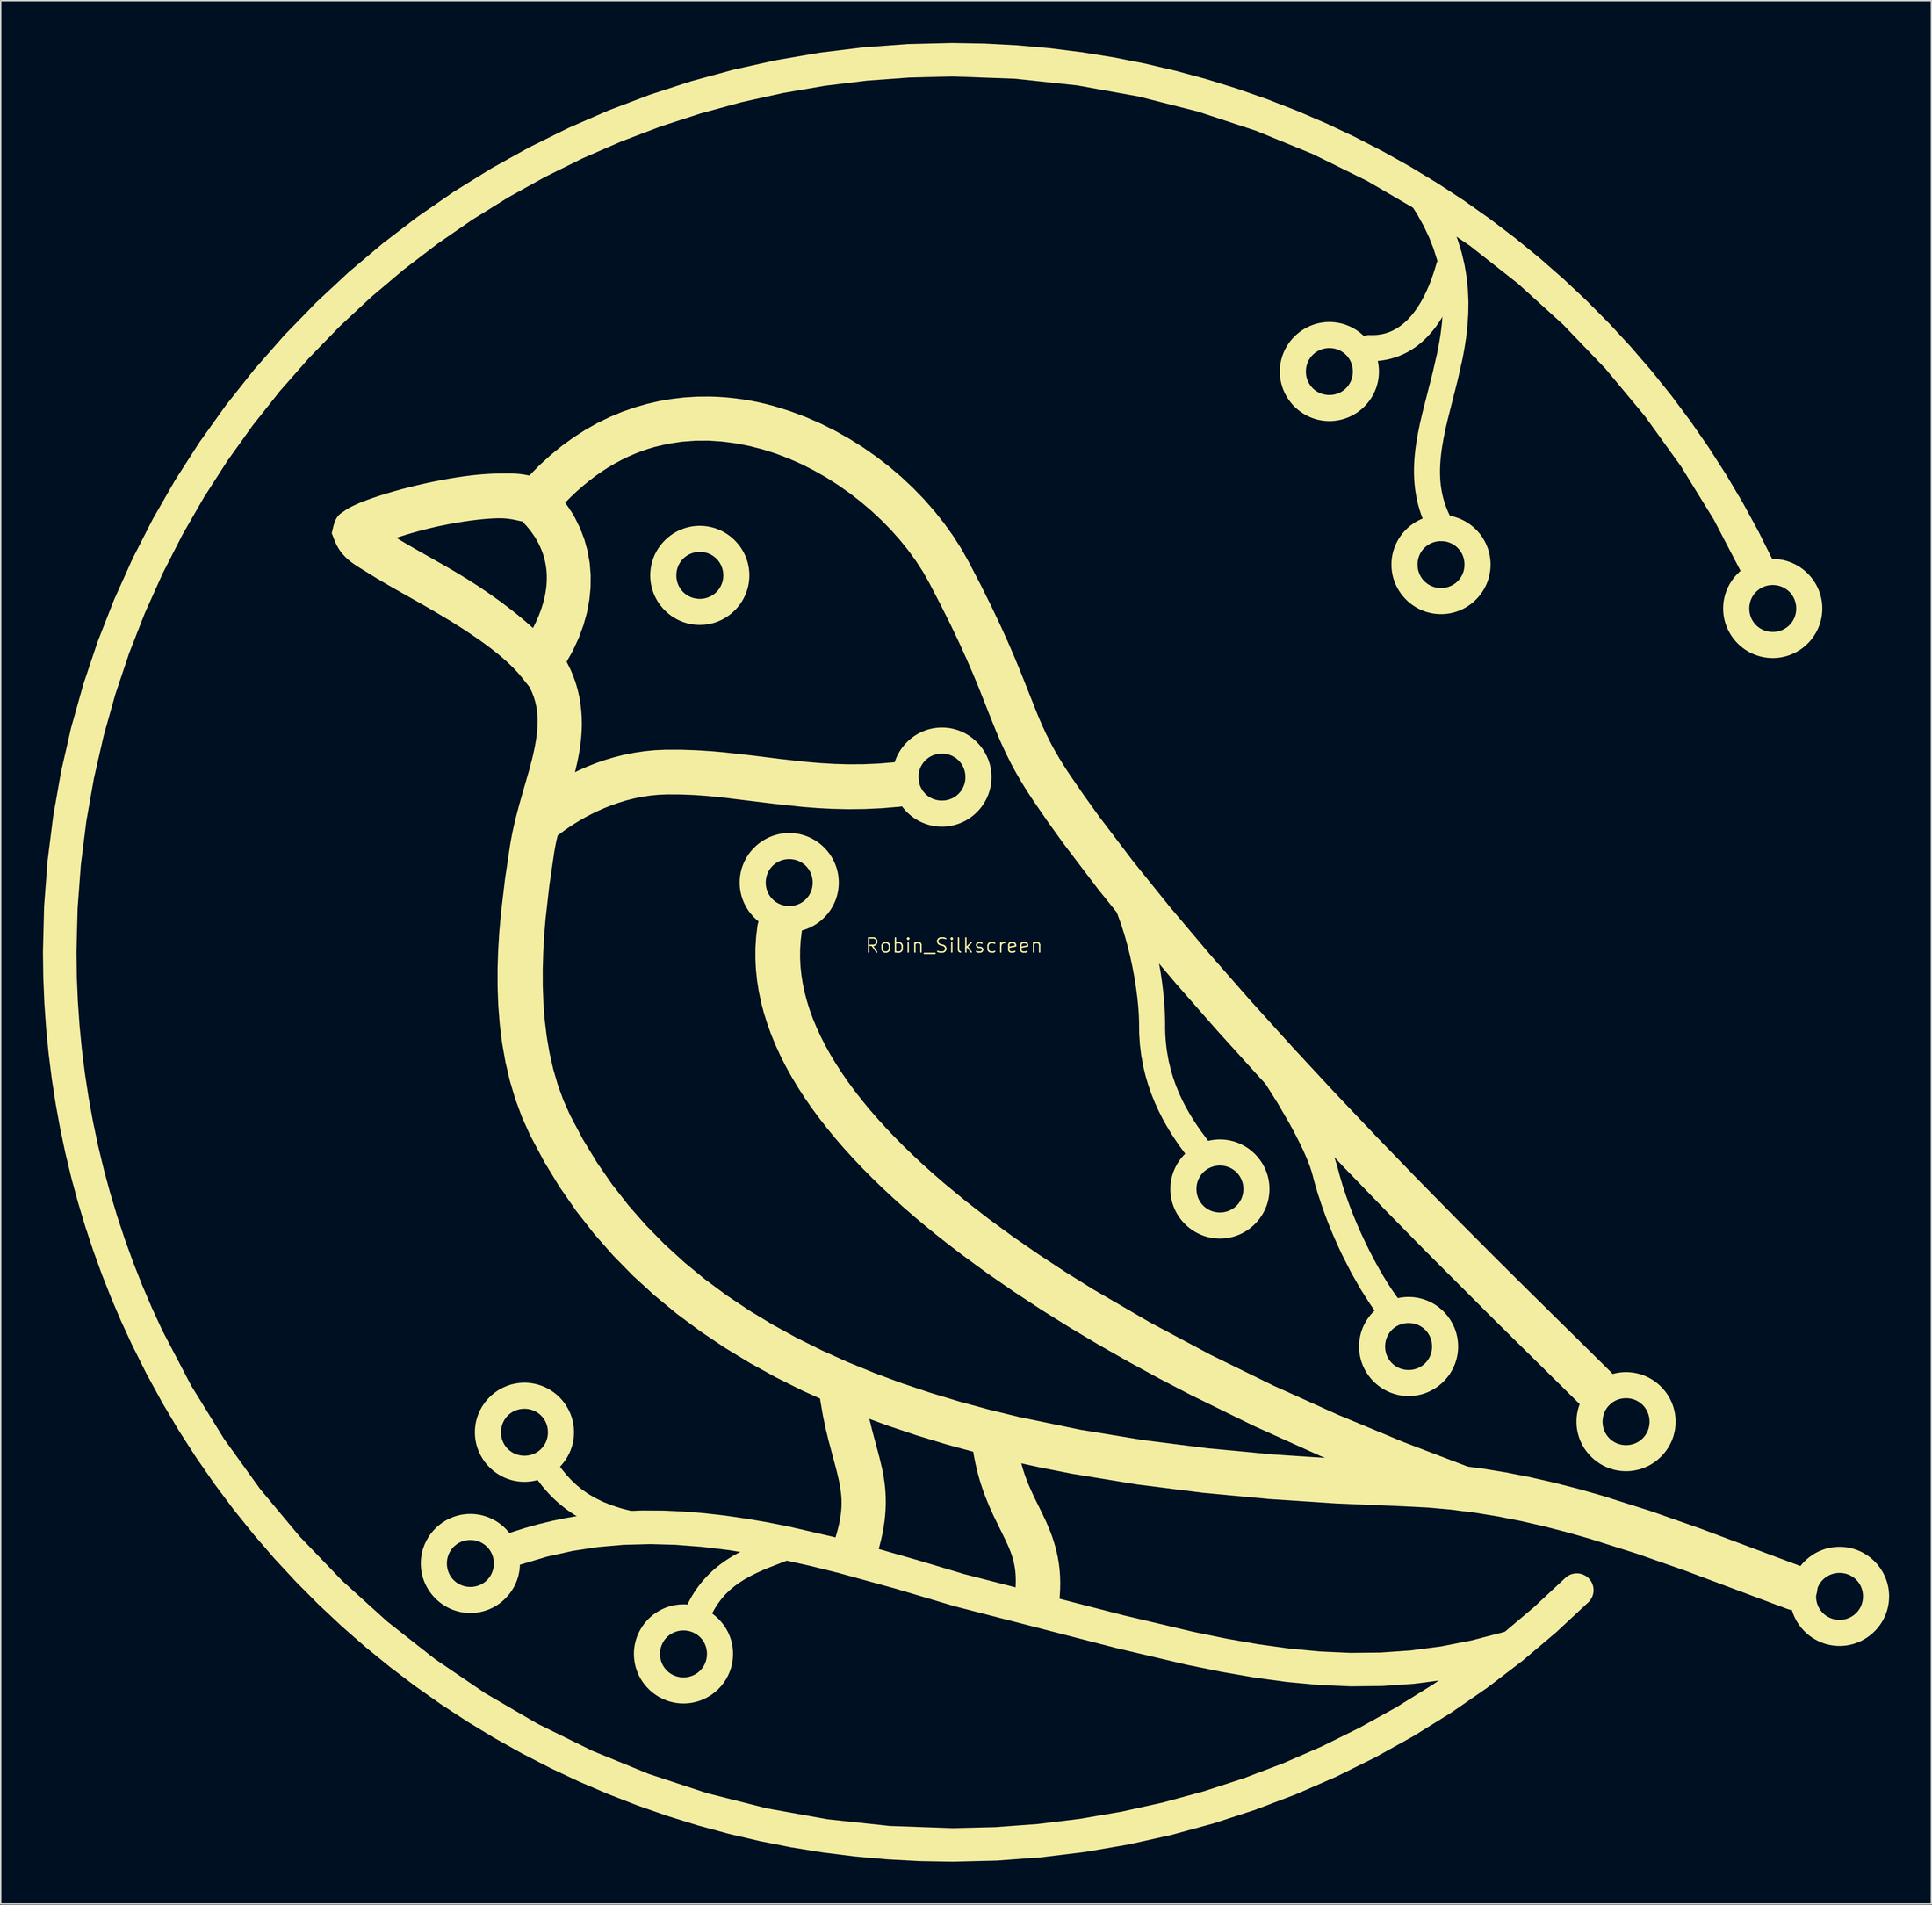
<source format=kicad_pcb>
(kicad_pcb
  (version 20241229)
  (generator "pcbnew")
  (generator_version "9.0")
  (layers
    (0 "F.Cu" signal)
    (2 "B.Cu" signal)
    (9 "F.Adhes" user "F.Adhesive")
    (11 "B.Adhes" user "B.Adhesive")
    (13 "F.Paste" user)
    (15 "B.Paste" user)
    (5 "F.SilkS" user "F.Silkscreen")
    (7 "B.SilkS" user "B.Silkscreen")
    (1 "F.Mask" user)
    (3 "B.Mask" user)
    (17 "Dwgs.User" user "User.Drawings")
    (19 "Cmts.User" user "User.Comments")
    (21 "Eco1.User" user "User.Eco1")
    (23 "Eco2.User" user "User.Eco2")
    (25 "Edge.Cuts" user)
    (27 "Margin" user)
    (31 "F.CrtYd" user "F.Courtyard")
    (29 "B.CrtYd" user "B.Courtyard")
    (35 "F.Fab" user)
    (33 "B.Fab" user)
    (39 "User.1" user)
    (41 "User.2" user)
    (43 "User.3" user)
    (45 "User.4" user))
  (footprint "Robin_Silkscreen"
    (layer "F.Cu")
    (at 64.7 64.592)
    (property "Reference" "Robin_Silkscreen" (at 0 -0.5 0) (unlocked yes) (layer "F.SilkS") (effects (font (size 1 1) (thickness 0.1))))
    (attr smd)
    (fp_poly (pts (xy -0.866 -15.98) (xy -0.866 -15.98) (xy -0.866 -15.98)) (stroke (width -0.000001) (type solid)) (fill yes) (layer "F.SilkS"))
    (fp_poly (pts (xy 62.87 42.191) (xy 62.87 42.191) (xy 62.87 42.191)) (stroke (width -0.000001) (type solid)) (fill yes) (layer "F.SilkS"))
    (fp_poly (pts (xy -29.099 35.511) (xy -29.054 35.515) (xy -29.009 35.521) (xy -28.964 35.529) (xy -28.919 35.54) (xy -28.875 35.553) (xy -28.832 35.568) (xy -28.789 35.585) (xy -28.748 35.604) (xy -28.708 35.624) (xy -28.669 35.647) (xy -28.631 35.672) (xy -28.594 35.699) (xy -28.558 35.727) (xy -28.524 35.757) (xy -28.492 35.789) (xy -28.461 35.822) (xy -28.431 35.857) (xy -28.404 35.894) (xy -28.378 35.932) (xy -28.106 36.334) (xy -27.819 36.725) (xy -27.511 37.102) (xy -27.176 37.464) (xy -26.81 37.81) (xy -26.407 38.138) (xy -25.961 38.447) (xy -25.468 38.735) (xy -24.922 39.001) (xy -24.318 39.243) (xy -23.651 39.46) (xy -22.914 39.65) (xy -22.103 39.812) (xy -21.213 39.945) (xy -20.238 40.046) (xy -19.173 40.115) (xy -19.125 40.119) (xy -19.078 40.125) (xy -19.032 40.133) (xy -18.987 40.143) (xy -18.943 40.155) (xy -18.9 40.17) (xy -18.857 40.187) (xy -18.816 40.205) (xy -18.776 40.226) (xy -18.737 40.248) (xy -18.7 40.272) (xy -18.663 40.298) (xy -18.628 40.325) (xy -18.594 40.354) (xy -18.562 40.385) (xy -18.532 40.417) (xy -18.503 40.451) (xy -18.475 40.486) (xy -18.449 40.522) (xy -18.425 40.559) (xy -18.403 40.598) (xy -18.383 40.638) (xy -18.364 40.679) (xy -18.347 40.721) (xy -18.333 40.763) (xy -18.32 40.807) (xy -18.31 40.852) (xy -18.302 40.897) (xy -18.296 40.943) (xy -18.292 40.989) (xy -18.291 41.036) (xy -18.292 41.084) (xy -18.295 41.132) (xy -18.301 41.178) (xy -18.309 41.224) (xy -18.319 41.269) (xy -18.332 41.314) (xy -18.346 41.357) (xy -18.363 41.399) (xy -18.382 41.441) (xy -18.402 41.481) (xy -18.424 41.52) (xy -18.449 41.557) (xy -18.474 41.594) (xy -18.502 41.629) (xy -18.531 41.662) (xy -18.562 41.694) (xy -18.594 41.725) (xy -18.627 41.754) (xy -18.662 41.782) (xy -18.699 41.807) (xy -18.736 41.831) (xy -18.775 41.854) (xy -18.814 41.874) (xy -18.855 41.893) (xy -18.897 41.909) (xy -18.94 41.924) (xy -18.984 41.936) (xy -19.028 41.947) (xy -19.073 41.955) (xy -19.119 41.961) (xy -19.166 41.965) (xy -19.213 41.966) (xy -19.261 41.965) (xy -19.842 41.931) (xy -20.402 41.887) (xy -20.943 41.832) (xy -21.464 41.766) (xy -21.966 41.69) (xy -22.449 41.605) (xy -22.914 41.509) (xy -23.361 41.405) (xy -23.791 41.292) (xy -24.204 41.17) (xy -24.601 41.04) (xy -24.981 40.902) (xy -25.347 40.756) (xy -25.697 40.603) (xy -26.032 40.443) (xy -26.353 40.276) (xy -26.661 40.102) (xy -26.955 39.923) (xy -27.237 39.738) (xy -27.506 39.547) (xy -27.763 39.351) (xy -28.008 39.15) (xy -28.243 38.945) (xy -28.467 38.735) (xy -28.681 38.521) (xy -28.885 38.304) (xy -29.265 37.86) (xy -29.613 37.405) (xy -29.93 36.941) (xy -29.955 36.902) (xy -29.977 36.862) (xy -29.997 36.821) (xy -30.014 36.779) (xy -30.03 36.737) (xy -30.044 36.694) (xy -30.055 36.65) (xy -30.065 36.606) (xy -30.072 36.561) (xy -30.077 36.516) (xy -30.08 36.471) (xy -30.08 36.426) (xy -30.079 36.38) (xy -30.075 36.335) (xy -30.069 36.29) (xy -30.06 36.245) (xy -30.049 36.2) (xy -30.037 36.156) (xy -30.022 36.113) (xy -30.005 36.071) (xy -29.986 36.03) (xy -29.965 35.989) (xy -29.942 35.95) (xy -29.918 35.912) (xy -29.891 35.876) (xy -29.863 35.841) (xy -29.833 35.807) (xy -29.801 35.774) (xy -29.768 35.743) (xy -29.733 35.714) (xy -29.697 35.686) (xy -29.659 35.66) (xy -29.62 35.636) (xy -29.58 35.614) (xy -29.539 35.594) (xy -29.497 35.576) (xy -29.455 35.56) (xy -29.412 35.547) (xy -29.368 35.535) (xy -29.324 35.526) (xy -29.28 35.518) (xy -29.235 35.513) (xy -29.19 35.51) (xy -29.145 35.51)) (stroke (width -0.000001) (type solid)) (fill yes) (layer "F.SilkS"))
    (fp_poly (pts (xy -11.382 41.083) (xy -11.337 41.087) (xy -11.292 41.093) (xy -11.247 41.101) (xy -11.203 41.111) (xy -11.159 41.124) (xy -11.116 41.139) (xy -11.073 41.156) (xy -11.031 41.175) (xy -10.991 41.196) (xy -10.951 41.219) (xy -10.913 41.243) (xy -10.876 41.27) (xy -10.841 41.298) (xy -10.807 41.328) (xy -10.775 41.36) (xy -10.744 41.393) (xy -10.715 41.427) (xy -10.687 41.463) (xy -10.661 41.5) (xy -10.637 41.539) (xy -10.615 41.579) (xy -10.595 41.62) (xy -10.577 41.662) (xy -10.561 41.705) (xy -10.547 41.749) (xy -10.535 41.793) (xy -10.526 41.837) (xy -10.519 41.882) (xy -10.514 41.927) (xy -10.511 41.972) (xy -10.51 42.018) (xy -10.512 42.063) (xy -10.516 42.108) (xy -10.522 42.153) (xy -10.53 42.197) (xy -10.54 42.242) (xy -10.553 42.286) (xy -10.568 42.329) (xy -10.585 42.372) (xy -10.604 42.413) (xy -10.625 42.454) (xy -10.648 42.493) (xy -10.673 42.532) (xy -10.699 42.568) (xy -10.728 42.604) (xy -10.758 42.638) (xy -10.789 42.67) (xy -10.822 42.701) (xy -10.857 42.73) (xy -10.893 42.757) (xy -10.931 42.783) (xy -10.969 42.807) (xy -11.009 42.829) (xy -11.05 42.849) (xy -11.093 42.867) (xy -13.034 43.622) (xy -13.495 43.812) (xy -13.941 44.011) (xy -14.159 44.114) (xy -14.372 44.221) (xy -14.58 44.332) (xy -14.784 44.447) (xy -14.983 44.567) (xy -15.177 44.691) (xy -15.366 44.821) (xy -15.55 44.956) (xy -15.729 45.098) (xy -15.903 45.247) (xy -16.072 45.404) (xy -16.236 45.569) (xy -16.394 45.743) (xy -16.548 45.928) (xy -16.696 46.122) (xy -16.838 46.328) (xy -16.975 46.546) (xy -17.107 46.776) (xy -17.234 47.019) (xy -17.354 47.275) (xy -17.375 47.318) (xy -17.397 47.36) (xy -17.421 47.4) (xy -17.447 47.438) (xy -17.475 47.475) (xy -17.504 47.51) (xy -17.535 47.543) (xy -17.567 47.575) (xy -17.601 47.605) (xy -17.636 47.633) (xy -17.672 47.659) (xy -17.709 47.684) (xy -17.748 47.707) (xy -17.787 47.727) (xy -17.827 47.746) (xy -17.869 47.763) (xy -17.91 47.778) (xy -17.953 47.791) (xy -17.996 47.802) (xy -18.04 47.81) (xy -18.084 47.817) (xy -18.128 47.822) (xy -18.173 47.824) (xy -18.218 47.824) (xy -18.263 47.822) (xy -18.309 47.818) (xy -18.354 47.812) (xy -18.399 47.803) (xy -18.444 47.792) (xy -18.489 47.778) (xy -18.533 47.762) (xy -18.577 47.744) (xy -18.619 47.724) (xy -18.659 47.703) (xy -18.698 47.679) (xy -18.736 47.654) (xy -18.772 47.627) (xy -18.807 47.598) (xy -18.841 47.567) (xy -18.872 47.535) (xy -18.903 47.502) (xy -18.931 47.467) (xy -18.958 47.43) (xy -18.984 47.392) (xy -19.007 47.353) (xy -19.028 47.313) (xy -19.048 47.272) (xy -19.065 47.229) (xy -19.081 47.186) (xy -19.094 47.142) (xy -19.105 47.098) (xy -19.114 47.053) (xy -19.12 47.008) (xy -19.124 46.963) (xy -19.126 46.918) (xy -19.126 46.872) (xy -19.124 46.827) (xy -19.119 46.782) (xy -19.113 46.737) (xy -19.104 46.693) (xy -19.092 46.649) (xy -19.079 46.605) (xy -19.063 46.562) (xy -19.046 46.52) (xy -18.892 46.195) (xy -18.729 45.885) (xy -18.557 45.589) (xy -18.376 45.307) (xy -18.187 45.038) (xy -17.99 44.782) (xy -17.787 44.539) (xy -17.576 44.307) (xy -17.36 44.088) (xy -17.138 43.88) (xy -16.911 43.683) (xy -16.68 43.497) (xy -16.445 43.321) (xy -16.206 43.154) (xy -15.964 42.997) (xy -15.72 42.85) (xy -15.473 42.71) (xy -15.226 42.577) (xy -14.977 42.451) (xy -14.728 42.331) (xy -14.227 42.107) (xy -13.728 41.9) (xy -11.782 41.148) (xy -11.739 41.132) (xy -11.695 41.118) (xy -11.651 41.107) (xy -11.607 41.097) (xy -11.562 41.09) (xy -11.517 41.085) (xy -11.472 41.082) (xy -11.427 41.082)) (stroke (width -0.000001) (type solid)) (fill yes) (layer "F.SilkS"))
    (fp_poly (pts (xy -7.999 29.051) (xy -7.92 29.056) (xy -7.841 29.064) (xy -7.764 29.077) (xy -7.688 29.093) (xy -7.613 29.113) (xy -7.54 29.137) (xy -7.468 29.164) (xy -7.397 29.194) (xy -7.329 29.227) (xy -7.262 29.264) (xy -7.197 29.304) (xy -7.134 29.347) (xy -7.073 29.393) (xy -7.014 29.441) (xy -6.958 29.493) (xy -6.904 29.547) (xy -6.853 29.603) (xy -6.805 29.663) (xy -6.759 29.724) (xy -6.716 29.788) (xy -6.677 29.854) (xy -6.64 29.922) (xy -6.607 29.993) (xy -6.577 30.065) (xy -6.55 30.139) (xy -6.527 30.215) (xy -6.508 30.293) (xy -6.493 30.372) (xy -6.481 30.453) (xy -6.418 30.949) (xy -6.349 31.42) (xy -6.274 31.869) (xy -6.194 32.297) (xy -6.023 33.099) (xy -5.841 33.843) (xy -5.471 35.221) (xy -5.295 35.887) (xy -5.134 36.559) (xy -5.062 36.902) (xy -4.999 37.251) (xy -4.946 37.606) (xy -4.905 37.969) (xy -4.875 38.339) (xy -4.858 38.719) (xy -4.855 39.107) (xy -4.867 39.506) (xy -4.895 39.915) (xy -4.939 40.336) (xy -5.002 40.769) (xy -5.082 41.215) (xy -5.183 41.674) (xy -5.303 42.147) (xy -5.446 42.635) (xy -5.61 43.139) (xy -5.639 43.215) (xy -5.671 43.29) (xy -5.706 43.361) (xy -5.745 43.431) (xy -5.787 43.498) (xy -5.831 43.562) (xy -5.879 43.623) (xy -5.929 43.682) (xy -5.982 43.738) (xy -6.038 43.792) (xy -6.095 43.842) (xy -6.155 43.89) (xy -6.217 43.934) (xy -6.282 43.975) (xy -6.347 44.014) (xy -6.415 44.049) (xy -6.484 44.08) (xy -6.555 44.109) (xy -6.627 44.134) (xy -6.7 44.156) (xy -6.775 44.174) (xy -6.85 44.188) (xy -6.926 44.199) (xy -7.003 44.206) (xy -7.08 44.21) (xy -7.158 44.209) (xy -7.236 44.205) (xy -7.315 44.197) (xy -7.393 44.184) (xy -7.472 44.168) (xy -7.55 44.148) (xy -7.628 44.123) (xy -7.704 44.095) (xy -7.779 44.063) (xy -7.85 44.027) (xy -7.92 43.988) (xy -7.987 43.947) (xy -8.051 43.902) (xy -8.112 43.854) (xy -8.171 43.804) (xy -8.227 43.751) (xy -8.281 43.696) (xy -8.331 43.638) (xy -8.379 43.578) (xy -8.423 43.516) (xy -8.464 43.452) (xy -8.503 43.386) (xy -8.538 43.318) (xy -8.569 43.249) (xy -8.598 43.178) (xy -8.623 43.106) (xy -8.645 43.033) (xy -8.663 42.959) (xy -8.677 42.883) (xy -8.688 42.807) (xy -8.695 42.73) (xy -8.699 42.653) (xy -8.698 42.575) (xy -8.694 42.497) (xy -8.686 42.419) (xy -8.673 42.34) (xy -8.657 42.262) (xy -8.637 42.183) (xy -8.612 42.106) (xy -8.474 41.688) (xy -8.355 41.298) (xy -8.255 40.931) (xy -8.172 40.586) (xy -8.107 40.259) (xy -8.057 39.95) (xy -8.022 39.655) (xy -8.002 39.372) (xy -7.994 39.099) (xy -7.999 38.832) (xy -8.015 38.571) (xy -8.041 38.312) (xy -8.077 38.053) (xy -8.122 37.791) (xy -8.174 37.525) (xy -8.233 37.252) (xy -8.374 36.676) (xy -8.542 36.051) (xy -8.924 34.624) (xy -9.121 33.805) (xy -9.311 32.903) (xy -9.485 31.911) (xy -9.563 31.379) (xy -9.634 30.82) (xy -9.641 30.739) (xy -9.644 30.658) (xy -9.643 30.578) (xy -9.638 30.499) (xy -9.63 30.421) (xy -9.617 30.343) (xy -9.601 30.267) (xy -9.581 30.193) (xy -9.558 30.119) (xy -9.531 30.047) (xy -9.5 29.977) (xy -9.467 29.908) (xy -9.43 29.841) (xy -9.39 29.776) (xy -9.347 29.713) (xy -9.302 29.652) (xy -9.253 29.594) (xy -9.201 29.537) (xy -9.147 29.484) (xy -9.091 29.433) (xy -9.032 29.384) (xy -8.97 29.339) (xy -8.906 29.296) (xy -8.84 29.256) (xy -8.772 29.22) (xy -8.701 29.186) (xy -8.629 29.156) (xy -8.555 29.13) (xy -8.479 29.107) (xy -8.401 29.088) (xy -8.322 29.072) (xy -8.241 29.061) (xy -8.16 29.053) (xy -8.079 29.05)) (stroke (width -0.000001) (type solid)) (fill yes) (layer "F.SilkS"))
    (fp_poly (pts (xy 2.875 32.892) (xy 2.953 32.897) (xy 3.03 32.905) (xy 3.107 32.917) (xy 3.182 32.932) (xy 3.257 32.952) (xy 3.331 32.975) (xy 3.404 33.001) (xy 3.476 33.031) (xy 3.546 33.065) (xy 3.614 33.102) (xy 3.681 33.142) (xy 3.746 33.186) (xy 3.809 33.234) (xy 3.87 33.284) (xy 3.928 33.337) (xy 3.982 33.393) (xy 4.034 33.451) (xy 4.083 33.511) (xy 4.129 33.574) (xy 4.172 33.639) (xy 4.211 33.705) (xy 4.247 33.774) (xy 4.28 33.844) (xy 4.309 33.916) (xy 4.335 33.989) (xy 4.357 34.064) (xy 4.376 34.14) (xy 4.39 34.217) (xy 4.402 34.295) (xy 4.464 34.771) (xy 4.537 35.219) (xy 4.62 35.642) (xy 4.711 36.041) (xy 4.81 36.418) (xy 4.917 36.777) (xy 5.032 37.12) (xy 5.152 37.448) (xy 5.278 37.764) (xy 5.409 38.07) (xy 5.682 38.663) (xy 6.261 39.834) (xy 6.552 40.451) (xy 6.827 41.108) (xy 6.955 41.453) (xy 7.074 41.811) (xy 7.184 42.181) (xy 7.281 42.565) (xy 7.365 42.964) (xy 7.434 43.377) (xy 7.486 43.806) (xy 7.521 44.252) (xy 7.535 44.714) (xy 7.528 45.195) (xy 7.499 45.694) (xy 7.445 46.213) (xy 7.433 46.291) (xy 7.417 46.368) (xy 7.398 46.443) (xy 7.375 46.518) (xy 7.348 46.591) (xy 7.318 46.662) (xy 7.285 46.732) (xy 7.248 46.801) (xy 7.208 46.867) (xy 7.165 46.931) (xy 7.118 46.993) (xy 7.069 47.053) (xy 7.016 47.111) (xy 6.961 47.166) (xy 6.903 47.219) (xy 6.842 47.268) (xy 6.778 47.315) (xy 6.713 47.358) (xy 6.646 47.398) (xy 6.577 47.434) (xy 6.506 47.467) (xy 6.435 47.497) (xy 6.361 47.523) (xy 6.287 47.545) (xy 6.212 47.563) (xy 6.136 47.578) (xy 6.059 47.589) (xy 5.982 47.597) (xy 5.904 47.6) (xy 5.826 47.6) (xy 5.748 47.596) (xy 5.669 47.588) (xy 5.591 47.576) (xy 5.514 47.56) (xy 5.439 47.541) (xy 5.364 47.518) (xy 5.291 47.492) (xy 5.22 47.462) (xy 5.15 47.428) (xy 5.082 47.392) (xy 5.015 47.351) (xy 4.951 47.308) (xy 4.889 47.262) (xy 4.829 47.212) (xy 4.771 47.16) (xy 4.716 47.104) (xy 4.664 47.046) (xy 4.614 46.985) (xy 4.567 46.922) (xy 4.524 46.856) (xy 4.484 46.789) (xy 4.448 46.72) (xy 4.415 46.65) (xy 4.385 46.578) (xy 4.36 46.505) (xy 4.337 46.431) (xy 4.319 46.355) (xy 4.304 46.279) (xy 4.293 46.203) (xy 4.285 46.125) (xy 4.282 46.047) (xy 4.282 45.969) (xy 4.286 45.891) (xy 4.294 45.813) (xy 4.338 45.419) (xy 4.365 45.052) (xy 4.377 44.709) (xy 4.375 44.387) (xy 4.358 44.085) (xy 4.328 43.798) (xy 4.285 43.525) (xy 4.229 43.263) (xy 4.162 43.009) (xy 4.083 42.76) (xy 3.994 42.514) (xy 3.895 42.268) (xy 3.787 42.02) (xy 3.67 41.767) (xy 3.411 41.234) (xy 2.818 40.025) (xy 2.504 39.333) (xy 2.194 38.573) (xy 2.045 38.163) (xy 1.901 37.734) (xy 1.765 37.282) (xy 1.638 36.808) (xy 1.521 36.311) (xy 1.416 35.788) (xy 1.324 35.24) (xy 1.247 34.664) (xy 1.24 34.586) (xy 1.237 34.507) (xy 1.237 34.429) (xy 1.242 34.351) (xy 1.25 34.274) (xy 1.262 34.197) (xy 1.277 34.121) (xy 1.297 34.046) (xy 1.32 33.972) (xy 1.346 33.9) (xy 1.376 33.828) (xy 1.41 33.758) (xy 1.447 33.69) (xy 1.487 33.623) (xy 1.531 33.558) (xy 1.579 33.495) (xy 1.629 33.434) (xy 1.682 33.376) (xy 1.738 33.322) (xy 1.796 33.27) (xy 1.856 33.221) (xy 1.919 33.175) (xy 1.984 33.132) (xy 2.05 33.093) (xy 2.119 33.057) (xy 2.189 33.024) (xy 2.261 32.995) (xy 2.334 32.969) (xy 2.409 32.947) (xy 2.485 32.928) (xy 2.562 32.913) (xy 2.64 32.902) (xy 2.64 32.902) (xy 2.718 32.895) (xy 2.797 32.892)) (stroke (width -0.000001) (type solid)) (fill yes) (layer "F.SilkS"))
    (fp_poly (pts (xy -19.374 -14.407) (xy -18.324 -14.37) (xy -17.303 -14.306) (xy -16.306 -14.218) (xy -14.362 -13.999) (xy -12.447 -13.758) (xy -10.519 -13.542) (xy -9.536 -13.459) (xy -8.534 -13.399) (xy -7.506 -13.369) (xy -6.448 -13.375) (xy -5.355 -13.422) (xy -4.22 -13.516) (xy -4.141 -13.522) (xy -4.063 -13.524) (xy -3.985 -13.522) (xy -3.907 -13.517) (xy -3.83 -13.508) (xy -3.753 -13.495) (xy -3.678 -13.478) (xy -3.603 -13.458) (xy -3.529 -13.434) (xy -3.457 -13.406) (xy -3.386 -13.375) (xy -3.316 -13.341) (xy -3.248 -13.303) (xy -3.182 -13.261) (xy -3.117 -13.217) (xy -3.055 -13.168) (xy -2.995 -13.117) (xy -2.938 -13.063) (xy -2.884 -13.007) (xy -2.833 -12.948) (xy -2.785 -12.887) (xy -2.74 -12.824) (xy -2.698 -12.759) (xy -2.66 -12.691) (xy -2.625 -12.622) (xy -2.593 -12.552) (xy -2.565 -12.48) (xy -2.54 -12.406) (xy -2.519 -12.331) (xy -2.501 -12.255) (xy -2.487 -12.178) (xy -2.477 -12.1) (xy -2.471 -12.021) (xy -2.469 -11.943) (xy -2.471 -11.865) (xy -2.476 -11.787) (xy -2.485 -11.71) (xy -2.498 -11.633) (xy -2.515 -11.558) (xy -2.535 -11.483) (xy -2.559 -11.409) (xy -2.587 -11.337) (xy -2.618 -11.266) (xy -2.652 -11.196) (xy -2.69 -11.128) (xy -2.732 -11.062) (xy -2.776 -10.998) (xy -2.825 -10.935) (xy -2.876 -10.875) (xy -2.93 -10.818) (xy -2.986 -10.764) (xy -3.045 -10.713) (xy -3.106 -10.665) (xy -3.169 -10.62) (xy -3.234 -10.578) (xy -3.301 -10.54) (xy -3.37 -10.505) (xy -3.441 -10.473) (xy -3.513 -10.445) (xy -3.587 -10.42) (xy -3.662 -10.399) (xy -3.738 -10.381) (xy -3.815 -10.367) (xy -3.893 -10.357) (xy -5.149 -10.252) (xy -6.353 -10.196) (xy -7.51 -10.183) (xy -8.625 -10.208) (xy -9.702 -10.264) (xy -10.746 -10.346) (xy -12.754 -10.562) (xy -16.582 -11.033) (xy -17.527 -11.124) (xy -18.476 -11.192) (xy -19.435 -11.23) (xy -20.407 -11.234) (xy -21.011 -11.207) (xy -21.604 -11.148) (xy -22.183 -11.058) (xy -22.748 -10.942) (xy -23.297 -10.801) (xy -23.83 -10.638) (xy -24.345 -10.457) (xy -24.842 -10.259) (xy -25.318 -10.048) (xy -25.774 -9.826) (xy -26.207 -9.597) (xy -26.618 -9.362) (xy -27.004 -9.125) (xy -27.364 -8.888) (xy -27.698 -8.654) (xy -28.005 -8.426) (xy -28.068 -8.379) (xy -28.134 -8.336) (xy -28.201 -8.297) (xy -28.27 -8.261) (xy -28.341 -8.228) (xy -28.413 -8.199) (xy -28.486 -8.173) (xy -28.56 -8.151) (xy -28.636 -8.133) (xy -28.712 -8.119) (xy -28.789 -8.108) (xy -28.866 -8.101) (xy -28.944 -8.098) (xy -29.022 -8.098) (xy -29.1 -8.103) (xy -29.179 -8.111) (xy -29.256 -8.123) (xy -29.333 -8.139) (xy -29.409 -8.159) (xy -29.483 -8.182) (xy -29.556 -8.209) (xy -29.628 -8.239) (xy -29.697 -8.273) (xy -29.765 -8.31) (xy -29.832 -8.35) (xy -29.896 -8.394) (xy -29.958 -8.441) (xy -30.017 -8.49) (xy -30.075 -8.543) (xy -30.13 -8.599) (xy -30.182 -8.657) (xy -30.231 -8.719) (xy -30.279 -8.785) (xy -30.323 -8.852) (xy -30.364 -8.922) (xy -30.4 -8.992) (xy -30.433 -9.064) (xy -30.462 -9.136) (xy -30.487 -9.21) (xy -30.508 -9.285) (xy -30.526 -9.36) (xy -30.539 -9.435) (xy -30.549 -9.511) (xy -30.556 -9.587) (xy -30.559 -9.664) (xy -30.558 -9.74) (xy -30.553 -9.816) (xy -30.545 -9.892) (xy -30.533 -9.967) (xy -30.518 -10.041) (xy -30.499 -10.115) (xy -30.477 -10.188) (xy -30.451 -10.26) (xy -30.421 -10.331) (xy -30.388 -10.4) (xy -30.352 -10.468) (xy -30.312 -10.535) (xy -30.269 -10.599) (xy -30.222 -10.662) (xy -30.172 -10.723) (xy -30.119 -10.782) (xy -30.062 -10.838) (xy -30.002 -10.892) (xy -29.938 -10.943) (xy -29.15 -11.515) (xy -28.708 -11.807) (xy -28.235 -12.1) (xy -27.733 -12.39) (xy -27.201 -12.673) (xy -26.641 -12.946) (xy -26.054 -13.206) (xy -25.44 -13.45) (xy -24.8 -13.673) (xy -24.134 -13.873) (xy -23.445 -14.047) (xy -22.731 -14.19) (xy -21.995 -14.301) (xy -21.237 -14.374) (xy -20.458 -14.408)) (stroke (width -0.000001) (type solid)) (fill yes) (layer "F.SilkS"))
    (fp_poly (pts (xy -20.698 39.62) (xy -19.218 39.685) (xy -17.732 39.806) (xy -16.241 39.977) (xy -14.744 40.195) (xy -13.239 40.456) (xy -11.728 40.757) (xy -8.682 41.461) (xy -5.601 42.276) (xy -2.482 43.173) (xy 0.679 44.122) (xy 12.059 47.063) (xy 17.003 48.235) (xy 19.34 48.715) (xy 21.607 49.113) (xy 23.819 49.419) (xy 25.991 49.625) (xy 28.137 49.722) (xy 30.273 49.7) (xy 32.413 49.552) (xy 34.572 49.267) (xy 36.765 48.836) (xy 39.007 48.252) (xy 39.066 48.237) (xy 39.126 48.224) (xy 39.185 48.215) (xy 39.244 48.208) (xy 39.303 48.205) (xy 39.362 48.204) (xy 39.42 48.207) (xy 39.478 48.212) (xy 39.535 48.22) (xy 39.592 48.231) (xy 39.648 48.245) (xy 39.703 48.261) (xy 39.757 48.28) (xy 39.81 48.301) (xy 39.862 48.325) (xy 39.913 48.351) (xy 39.962 48.38) (xy 40.01 48.41) (xy 40.057 48.444) (xy 40.102 48.479) (xy 40.145 48.517) (xy 40.186 48.557) (xy 40.226 48.599) (xy 40.264 48.643) (xy 40.299 48.688) (xy 40.333 48.736) (xy 40.364 48.786) (xy 40.393 48.838) (xy 40.42 48.891) (xy 40.444 48.946) (xy 40.465 49.003) (xy 40.484 49.061) (xy 40.499 49.12) (xy 40.512 49.18) (xy 40.521 49.239) (xy 40.528 49.298) (xy 40.531 49.357) (xy 40.531 49.416) (xy 40.529 49.474) (xy 40.524 49.532) (xy 40.516 49.589) (xy 40.505 49.646) (xy 40.491 49.702) (xy 40.475 49.757) (xy 40.456 49.811) (xy 40.435 49.864) (xy 40.411 49.916) (xy 40.385 49.967) (xy 40.356 50.016) (xy 40.325 50.064) (xy 40.292 50.111) (xy 40.257 50.156) (xy 40.219 50.199) (xy 40.179 50.24) (xy 40.137 50.28) (xy 40.093 50.318) (xy 40.048 50.353) (xy 40 50.387) (xy 39.95 50.418) (xy 39.898 50.447) (xy 39.845 50.474) (xy 39.79 50.497) (xy 39.733 50.519) (xy 39.675 50.538) (xy 37.298 51.157) (xy 34.972 51.613) (xy 32.685 51.915) (xy 30.422 52.075) (xy 28.168 52.101) (xy 25.911 52.003) (xy 23.636 51.792) (xy 21.328 51.477) (xy 18.975 51.068) (xy 16.562 50.576) (xy 11.5 49.379) (xy 0.042 46.416) (xy 0.017 46.408) (xy -0.011 46.4) (xy -4.183 45.159) (xy -8.234 44.041) (xy -10.218 43.547) (xy -12.176 43.108) (xy -14.11 42.731) (xy -16.021 42.423) (xy -17.911 42.194) (xy -19.781 42.05) (xy -21.633 41.999) (xy -23.468 42.049) (xy -25.288 42.208) (xy -27.093 42.484) (xy -28.886 42.885) (xy -30.669 43.418) (xy -30.725 43.436) (xy -30.782 43.45) (xy -30.839 43.462) (xy -30.897 43.471) (xy -30.955 43.477) (xy -31.013 43.48) (xy -31.071 43.481) (xy -31.129 43.478) (xy -31.187 43.473) (xy -31.245 43.465) (xy -31.302 43.454) (xy -31.359 43.44) (xy -31.415 43.424) (xy -31.47 43.405) (xy -31.525 43.383) (xy -31.578 43.358) (xy -31.63 43.33) (xy -31.681 43.3) (xy -31.73 43.268) (xy -31.777 43.234) (xy -31.823 43.197) (xy -31.866 43.158) (xy -31.907 43.117) (xy -31.947 43.075) (xy -31.984 43.03) (xy -32.019 42.984) (xy -32.051 42.935) (xy -32.082 42.886) (xy -32.11 42.834) (xy -32.135 42.782) (xy -32.158 42.727) (xy -32.179 42.672) (xy -32.196 42.616) (xy -32.211 42.559) (xy -32.223 42.501) (xy -32.232 42.443) (xy -32.238 42.385) (xy -32.241 42.327) (xy -32.241 42.269) (xy -32.239 42.211) (xy -32.234 42.153) (xy -32.226 42.096) (xy -32.215 42.039) (xy -32.201 41.982) (xy -32.184 41.926) (xy -32.165 41.871) (xy -32.143 41.816) (xy -32.118 41.762) (xy -32.091 41.71) (xy -32.061 41.66) (xy -32.029 41.611) (xy -31.994 41.563) (xy -31.957 41.518) (xy -31.919 41.475) (xy -31.878 41.433) (xy -31.835 41.394) (xy -31.79 41.357) (xy -31.744 41.322) (xy -31.696 41.289) (xy -31.646 41.259) (xy -31.595 41.231) (xy -31.542 41.205) (xy -31.488 41.182) (xy -31.432 41.162) (xy -30.462 40.853) (xy -29.492 40.581) (xy -28.52 40.345) (xy -27.547 40.144) (xy -26.574 39.976) (xy -25.598 39.842) (xy -24.622 39.739) (xy -23.643 39.666) (xy -23.643 39.666) (xy -22.173 39.612)) (stroke (width -0.000001) (type solid)) (fill yes) (layer "F.SilkS"))
    (fp_poly (pts (xy 19.931 3.812) (xy 19.977 3.815) (xy 20.023 3.82) (xy 20.068 3.827) (xy 20.112 3.836) (xy 20.156 3.848) (xy 20.2 3.861) (xy 20.242 3.877) (xy 20.284 3.894) (xy 20.325 3.914) (xy 20.364 3.936) (xy 20.403 3.959) (xy 20.441 3.985) (xy 20.477 4.012) (xy 20.512 4.041) (xy 20.545 4.072) (xy 20.578 4.104) (xy 20.608 4.139) (xy 21.108 4.741) (xy 21.615 5.379) (xy 22.123 6.048) (xy 22.63 6.742) (xy 23.131 7.455) (xy 23.623 8.183) (xy 24.102 8.921) (xy 24.564 9.662) (xy 25.006 10.403) (xy 25.422 11.136) (xy 25.81 11.858) (xy 26.165 12.563) (xy 26.485 13.245) (xy 26.764 13.9) (xy 26.999 14.522) (xy 27.186 15.106) (xy 27.19 15.121) (xy 27.194 15.139) (xy 27.382 15.847) (xy 27.594 16.557) (xy 27.828 17.264) (xy 28.081 17.965) (xy 28.35 18.656) (xy 28.632 19.335) (xy 28.926 19.997) (xy 29.228 20.64) (xy 29.535 21.26) (xy 29.845 21.854) (xy 30.156 22.418) (xy 30.463 22.949) (xy 30.766 23.444) (xy 31.06 23.899) (xy 31.344 24.311) (xy 31.614 24.676) (xy 31.641 24.713) (xy 31.667 24.751) (xy 31.69 24.79) (xy 31.711 24.831) (xy 31.73 24.872) (xy 31.747 24.914) (xy 31.762 24.956) (xy 31.775 25) (xy 31.786 25.043) (xy 31.794 25.088) (xy 31.801 25.133) (xy 31.805 25.178) (xy 31.807 25.223) (xy 31.807 25.269) (xy 31.804 25.314) (xy 31.799 25.36) (xy 31.792 25.405) (xy 31.783 25.45) (xy 31.772 25.494) (xy 31.758 25.538) (xy 31.743 25.58) (xy 31.725 25.622) (xy 31.705 25.663) (xy 31.684 25.702) (xy 31.66 25.741) (xy 31.635 25.779) (xy 31.608 25.815) (xy 31.579 25.85) (xy 31.548 25.883) (xy 31.516 25.915) (xy 31.482 25.946) (xy 31.446 25.975) (xy 31.409 26.002) (xy 31.371 26.027) (xy 31.332 26.05) (xy 31.292 26.071) (xy 31.25 26.09) (xy 31.209 26.107) (xy 31.166 26.122) (xy 31.123 26.135) (xy 31.079 26.146) (xy 31.034 26.155) (xy 30.99 26.161) (xy 30.944 26.165) (xy 30.899 26.167) (xy 30.853 26.167) (xy 30.808 26.164) (xy 30.762 26.16) (xy 30.717 26.153) (xy 30.672 26.143) (xy 30.628 26.132) (xy 30.584 26.119) (xy 30.542 26.103) (xy 30.5 26.085) (xy 30.459 26.066) (xy 30.42 26.044) (xy 30.381 26.021) (xy 30.344 25.996) (xy 30.307 25.968) (xy 30.273 25.94) (xy 30.239 25.909) (xy 30.207 25.876) (xy 30.176 25.842) (xy 30.147 25.807) (xy 29.836 25.387) (xy 29.516 24.927) (xy 28.858 23.89) (xy 28.193 22.719) (xy 27.538 21.434) (xy 27.221 20.756) (xy 26.913 20.057) (xy 26.618 19.34) (xy 26.336 18.608) (xy 26.071 17.864) (xy 25.824 17.109) (xy 25.599 16.348) (xy 25.397 15.582) (xy 25.405 15.617) (xy 25.252 15.15) (xy 25.047 14.627) (xy 24.795 14.053) (xy 24.499 13.438) (xy 24.165 12.787) (xy 23.797 12.107) (xy 22.975 10.693) (xy 22.068 9.252) (xy 21.113 7.84) (xy 20.628 7.164) (xy 20.144 6.517) (xy 19.665 5.906) (xy 19.196 5.338) (xy 19.167 5.301) (xy 19.139 5.263) (xy 19.113 5.224) (xy 19.09 5.184) (xy 19.069 5.143) (xy 19.05 5.101) (xy 19.033 5.059) (xy 19.019 5.016) (xy 19.006 4.973) (xy 18.996 4.929) (xy 18.988 4.886) (xy 18.982 4.841) (xy 18.978 4.797) (xy 18.976 4.753) (xy 18.977 4.708) (xy 18.979 4.664) (xy 18.984 4.62) (xy 18.991 4.576) (xy 18.999 4.532) (xy 19.01 4.489) (xy 19.023 4.446) (xy 19.038 4.404) (xy 19.056 4.363) (xy 19.075 4.322) (xy 19.096 4.282) (xy 19.119 4.243) (xy 19.145 4.205) (xy 19.172 4.168) (xy 19.202 4.133) (xy 19.233 4.098) (xy 19.266 4.065) (xy 19.302 4.033) (xy 19.302 4.033) (xy 19.337 4.004) (xy 19.374 3.977) (xy 19.412 3.952) (xy 19.452 3.929) (xy 19.492 3.908) (xy 19.533 3.889) (xy 19.575 3.872) (xy 19.617 3.857) (xy 19.661 3.844) (xy 19.705 3.833) (xy 19.749 3.825) (xy 19.794 3.818) (xy 19.839 3.814) (xy 19.885 3.812)) (stroke (width -0.000001) (type solid)) (fill yes) (layer "F.SilkS"))
    (fp_poly (pts (xy 35.207 -49.597) (xy 35.253 -49.592) (xy 35.299 -49.586) (xy 35.346 -49.576) (xy 35.392 -49.564) (xy 35.392 -49.564) (xy 35.436 -49.551) (xy 35.479 -49.535) (xy 35.521 -49.517) (xy 35.562 -49.498) (xy 35.602 -49.476) (xy 35.64 -49.452) (xy 35.678 -49.427) (xy 35.714 -49.4) (xy 35.749 -49.371) (xy 35.782 -49.34) (xy 35.814 -49.308) (xy 35.844 -49.274) (xy 35.873 -49.239) (xy 35.9 -49.202) (xy 35.925 -49.164) (xy 35.948 -49.125) (xy 35.97 -49.084) (xy 35.989 -49.042) (xy 36.006 -49) (xy 36.021 -48.957) (xy 36.034 -48.914) (xy 36.045 -48.87) (xy 36.053 -48.825) (xy 36.06 -48.78) (xy 36.064 -48.735) (xy 36.066 -48.69) (xy 36.065 -48.645) (xy 36.063 -48.6) (xy 36.058 -48.554) (xy 36.051 -48.509) (xy 36.042 -48.464) (xy 36.03 -48.42) (xy 35.91 -48.013) (xy 35.784 -47.619) (xy 35.652 -47.24) (xy 35.514 -46.874) (xy 35.37 -46.521) (xy 35.219 -46.182) (xy 35.063 -45.857) (xy 34.901 -45.545) (xy 34.733 -45.246) (xy 34.559 -44.96) (xy 34.379 -44.687) (xy 34.193 -44.427) (xy 34.001 -44.18) (xy 33.802 -43.946) (xy 33.598 -43.724) (xy 33.388 -43.516) (xy 33.171 -43.32) (xy 32.949 -43.138) (xy 32.721 -42.97) (xy 32.488 -42.815) (xy 32.249 -42.674) (xy 32.007 -42.546) (xy 31.76 -42.432) (xy 31.509 -42.331) (xy 31.255 -42.244) (xy 30.999 -42.17) (xy 30.739 -42.109) (xy 30.478 -42.061) (xy 30.215 -42.026) (xy 29.951 -42.004) (xy 29.685 -41.996) (xy 29.419 -42) (xy 29.372 -42.003) (xy 29.325 -42.009) (xy 29.279 -42.016) (xy 29.234 -42.026) (xy 29.189 -42.039) (xy 29.146 -42.053) (xy 29.104 -42.069) (xy 29.062 -42.088) (xy 29.022 -42.108) (xy 28.983 -42.13) (xy 28.945 -42.154) (xy 28.909 -42.179) (xy 28.874 -42.207) (xy 28.84 -42.235) (xy 28.807 -42.266) (xy 28.777 -42.298) (xy 28.747 -42.331) (xy 28.72 -42.366) (xy 28.694 -42.402) (xy 28.669 -42.439) (xy 28.647 -42.478) (xy 28.626 -42.518) (xy 28.607 -42.558) (xy 28.59 -42.6) (xy 28.576 -42.643) (xy 28.563 -42.686) (xy 28.552 -42.731) (xy 28.544 -42.776) (xy 28.537 -42.822) (xy 28.533 -42.868) (xy 28.532 -42.915) (xy 28.532 -42.963) (xy 28.535 -43.009) (xy 28.541 -43.054) (xy 28.548 -43.099) (xy 28.558 -43.144) (xy 28.569 -43.187) (xy 28.583 -43.231) (xy 28.599 -43.273) (xy 28.617 -43.314) (xy 28.637 -43.355) (xy 28.659 -43.395) (xy 28.683 -43.433) (xy 28.708 -43.47) (xy 28.736 -43.506) (xy 28.765 -43.541) (xy 28.797 -43.575) (xy 28.83 -43.607) (xy 28.864 -43.637) (xy 28.9 -43.666) (xy 28.937 -43.692) (xy 28.975 -43.717) (xy 29.015 -43.739) (xy 29.055 -43.76) (xy 29.096 -43.779) (xy 29.138 -43.795) (xy 29.181 -43.81) (xy 29.224 -43.822) (xy 29.268 -43.833) (xy 29.313 -43.841) (xy 29.358 -43.847) (xy 29.404 -43.851) (xy 29.449 -43.852) (xy 29.495 -43.852) (xy 29.677 -43.848) (xy 29.855 -43.852) (xy 30.03 -43.864) (xy 30.202 -43.884) (xy 30.372 -43.913) (xy 30.539 -43.95) (xy 30.704 -43.996) (xy 30.867 -44.052) (xy 31.027 -44.117) (xy 31.187 -44.192) (xy 31.344 -44.276) (xy 31.5 -44.371) (xy 31.655 -44.476) (xy 31.808 -44.592) (xy 31.961 -44.719) (xy 32.113 -44.857) (xy 32.263 -45.008) (xy 32.413 -45.171) (xy 32.561 -45.347) (xy 32.708 -45.536) (xy 32.852 -45.739) (xy 32.995 -45.956) (xy 33.135 -46.186) (xy 33.272 -46.431) (xy 33.407 -46.69) (xy 33.538 -46.964) (xy 33.666 -47.253) (xy 33.791 -47.556) (xy 33.912 -47.875) (xy 34.028 -48.21) (xy 34.141 -48.56) (xy 34.249 -48.926) (xy 34.263 -48.971) (xy 34.28 -49.015) (xy 34.298 -49.058) (xy 34.318 -49.1) (xy 34.34 -49.14) (xy 34.364 -49.179) (xy 34.39 -49.217) (xy 34.417 -49.252) (xy 34.446 -49.287) (xy 34.477 -49.32) (xy 34.509 -49.351) (xy 34.542 -49.381) (xy 34.577 -49.408) (xy 34.613 -49.435) (xy 34.65 -49.459) (xy 34.688 -49.482) (xy 34.728 -49.502) (xy 34.768 -49.521) (xy 34.809 -49.538) (xy 34.851 -49.553) (xy 34.894 -49.566) (xy 34.937 -49.577) (xy 34.981 -49.586) (xy 35.025 -49.592) (xy 35.07 -49.597) (xy 35.116 -49.599) (xy 35.161 -49.599)) (stroke (width -0.000001) (type solid)) (fill yes) (layer "F.SilkS"))
    (fp_poly (pts (xy 10.57 -7.422) (xy 10.616 -7.419) (xy 10.662 -7.415) (xy 10.707 -7.407) (xy 10.751 -7.398) (xy 10.796 -7.387) (xy 10.839 -7.373) (xy 10.881 -7.358) (xy 10.923 -7.34) (xy 10.964 -7.32) (xy 11.004 -7.299) (xy 11.042 -7.275) (xy 11.08 -7.25) (xy 11.116 -7.223) (xy 11.151 -7.193) (xy 11.185 -7.163) (xy 11.217 -7.13) (xy 11.247 -7.096) (xy 11.759 -6.441) (xy 12.225 -5.74) (xy 12.648 -5) (xy 13.029 -4.227) (xy 13.37 -3.43) (xy 13.672 -2.614) (xy 13.939 -1.788) (xy 14.17 -0.958) (xy 14.369 -0.133) (xy 14.536 0.682) (xy 14.674 1.479) (xy 14.784 2.25) (xy 14.868 2.989) (xy 14.929 3.688) (xy 14.966 4.34) (xy 14.984 4.938) (xy 14.984 4.967) (xy 14.982 5.331) (xy 14.99 5.688) (xy 15.008 6.037) (xy 15.036 6.379) (xy 15.072 6.714) (xy 15.117 7.042) (xy 15.231 7.678) (xy 15.376 8.286) (xy 15.548 8.869) (xy 15.743 9.426) (xy 15.96 9.959) (xy 16.195 10.468) (xy 16.445 10.955) (xy 16.708 11.42) (xy 16.979 11.863) (xy 17.257 12.287) (xy 17.538 12.691) (xy 18.099 13.443) (xy 18.126 13.481) (xy 18.151 13.519) (xy 18.174 13.558) (xy 18.195 13.598) (xy 18.214 13.639) (xy 18.231 13.681) (xy 18.246 13.724) (xy 18.259 13.767) (xy 18.27 13.811) (xy 18.278 13.856) (xy 18.285 13.901) (xy 18.289 13.946) (xy 18.291 13.991) (xy 18.29 14.037) (xy 18.288 14.082) (xy 18.283 14.128) (xy 18.276 14.173) (xy 18.267 14.218) (xy 18.255 14.262) (xy 18.242 14.306) (xy 18.226 14.348) (xy 18.208 14.39) (xy 18.189 14.431) (xy 18.167 14.47) (xy 18.144 14.509) (xy 18.118 14.546) (xy 18.091 14.583) (xy 18.062 14.617) (xy 18.031 14.651) (xy 17.999 14.683) (xy 17.965 14.713) (xy 17.929 14.742) (xy 17.892 14.769) (xy 17.854 14.795) (xy 17.814 14.818) (xy 17.774 14.839) (xy 17.733 14.858) (xy 17.691 14.875) (xy 17.649 14.89) (xy 17.605 14.903) (xy 17.561 14.914) (xy 17.517 14.922) (xy 17.472 14.928) (xy 17.427 14.933) (xy 17.382 14.935) (xy 17.336 14.934) (xy 17.29 14.932) (xy 17.245 14.927) (xy 17.199 14.92) (xy 17.155 14.911) (xy 17.11 14.9) (xy 17.067 14.886) (xy 17.024 14.871) (xy 16.983 14.853) (xy 16.942 14.833) (xy 16.902 14.812) (xy 16.864 14.788) (xy 16.826 14.763) (xy 16.79 14.736) (xy 16.755 14.707) (xy 16.722 14.676) (xy 16.69 14.644) (xy 16.659 14.61) (xy 16.63 14.574) (xy 16.028 13.763) (xy 15.721 13.317) (xy 15.413 12.845) (xy 15.11 12.345) (xy 14.815 11.817) (xy 14.532 11.261) (xy 14.264 10.677) (xy 14.015 10.064) (xy 13.79 9.421) (xy 13.591 8.749) (xy 13.423 8.047) (xy 13.289 7.315) (xy 13.194 6.552) (xy 13.14 5.757) (xy 13.132 4.932) (xy 13.132 4.961) (xy 13.114 4.43) (xy 13.073 3.839) (xy 13.009 3.198) (xy 12.92 2.515) (xy 12.807 1.799) (xy 12.67 1.057) (xy 12.507 0.298) (xy 12.319 -0.469) (xy 12.104 -1.236) (xy 11.863 -1.994) (xy 11.595 -2.736) (xy 11.3 -3.452) (xy 10.977 -4.135) (xy 10.626 -4.775) (xy 10.246 -5.364) (xy 9.837 -5.894) (xy 9.808 -5.93) (xy 9.781 -5.967) (xy 9.756 -6.005) (xy 9.733 -6.044) (xy 9.712 -6.084) (xy 9.692 -6.125) (xy 9.675 -6.167) (xy 9.66 -6.21) (xy 9.647 -6.253) (xy 9.637 -6.297) (xy 9.628 -6.342) (xy 9.622 -6.387) (xy 9.617 -6.432) (xy 9.615 -6.478) (xy 9.615 -6.523) (xy 9.618 -6.569) (xy 9.623 -6.615) (xy 9.63 -6.66) (xy 9.639 -6.705) (xy 9.65 -6.749) (xy 9.664 -6.792) (xy 9.679 -6.835) (xy 9.697 -6.877) (xy 9.716 -6.917) (xy 9.738 -6.957) (xy 9.761 -6.996) (xy 9.787 -7.033) (xy 9.814 -7.07) (xy 9.843 -7.105) (xy 9.874 -7.138) (xy 9.906 -7.17) (xy 9.941 -7.201) (xy 9.941 -7.201) (xy 9.976 -7.23) (xy 10.013 -7.257) (xy 10.051 -7.282) (xy 10.091 -7.305) (xy 10.131 -7.326) (xy 10.172 -7.346) (xy 10.214 -7.363) (xy 10.256 -7.378) (xy 10.3 -7.39) (xy 10.344 -7.401) (xy 10.388 -7.41) (xy 10.433 -7.416) (xy 10.479 -7.42) (xy 10.524 -7.422)) (stroke (width -0.000001) (type solid)) (fill yes) (layer "F.SilkS"))
    (fp_poly (pts (xy 33.111 -54.765) (xy 33.155 -54.762) (xy 33.199 -54.757) (xy 33.243 -54.75) (xy 33.287 -54.741) (xy 33.33 -54.729) (xy 33.372 -54.716) (xy 33.414 -54.701) (xy 33.455 -54.683) (xy 33.495 -54.664) (xy 33.535 -54.643) (xy 33.573 -54.619) (xy 33.611 -54.594) (xy 33.647 -54.567) (xy 33.682 -54.538) (xy 33.716 -54.506) (xy 33.749 -54.473) (xy 33.78 -54.439) (xy 33.809 -54.402) (xy 33.837 -54.363) (xy 34.155 -53.884) (xy 34.449 -53.407) (xy 34.72 -52.933) (xy 34.97 -52.463) (xy 35.197 -51.995) (xy 35.404 -51.531) (xy 35.758 -50.612) (xy 36.038 -49.706) (xy 36.248 -48.813) (xy 36.394 -47.934) (xy 36.482 -47.069) (xy 36.518 -46.218) (xy 36.507 -45.382) (xy 36.454 -44.562) (xy 36.366 -43.756) (xy 36.248 -42.966) (xy 36.104 -42.193) (xy 35.767 -40.695) (xy 35.053 -37.88) (xy 34.897 -37.21) (xy 34.761 -36.554) (xy 34.649 -35.912) (xy 34.603 -35.596) (xy 34.566 -35.283) (xy 34.536 -34.974) (xy 34.515 -34.669) (xy 34.503 -34.366) (xy 34.5 -34.067) (xy 34.508 -33.771) (xy 34.526 -33.477) (xy 34.556 -33.186) (xy 34.597 -32.896) (xy 34.651 -32.607) (xy 34.718 -32.32) (xy 34.798 -32.034) (xy 34.893 -31.747) (xy 35.002 -31.462) (xy 35.127 -31.175) (xy 35.268 -30.889) (xy 35.425 -30.602) (xy 35.447 -30.561) (xy 35.467 -30.52) (xy 35.485 -30.478) (xy 35.5 -30.435) (xy 35.514 -30.392) (xy 35.525 -30.348) (xy 35.534 -30.304) (xy 35.541 -30.259) (xy 35.546 -30.214) (xy 35.549 -30.169) (xy 35.549 -30.124) (xy 35.547 -30.078) (xy 35.543 -30.033) (xy 35.537 -29.988) (xy 35.528 -29.943) (xy 35.517 -29.898) (xy 35.504 -29.854) (xy 35.489 -29.811) (xy 35.472 -29.769) (xy 35.453 -29.727) (xy 35.432 -29.687) (xy 35.409 -29.648) (xy 35.384 -29.611) (xy 35.357 -29.574) (xy 35.329 -29.539) (xy 35.299 -29.505) (xy 35.267 -29.473) (xy 35.234 -29.442) (xy 35.199 -29.413) (xy 35.162 -29.386) (xy 35.124 -29.36) (xy 35.085 -29.336) (xy 35.043 -29.313) (xy 35.001 -29.293) (xy 34.958 -29.275) (xy 34.914 -29.259) (xy 34.87 -29.246) (xy 34.826 -29.235) (xy 34.781 -29.226) (xy 34.737 -29.219) (xy 34.692 -29.215) (xy 34.647 -29.213) (xy 34.603 -29.213) (xy 34.558 -29.215) (xy 34.514 -29.219) (xy 34.47 -29.225) (xy 34.426 -29.234) (xy 34.383 -29.244) (xy 34.34 -29.257) (xy 34.298 -29.272) (xy 34.257 -29.288) (xy 34.217 -29.307) (xy 34.177 -29.327) (xy 34.139 -29.35) (xy 34.101 -29.374) (xy 34.064 -29.4) (xy 34.029 -29.428) (xy 33.995 -29.458) (xy 33.962 -29.49) (xy 33.931 -29.524) (xy 33.901 -29.559) (xy 33.873 -29.596) (xy 33.846 -29.635) (xy 33.821 -29.676) (xy 33.625 -30.036) (xy 33.449 -30.398) (xy 33.292 -30.761) (xy 33.155 -31.124) (xy 33.036 -31.489) (xy 32.935 -31.854) (xy 32.85 -32.219) (xy 32.782 -32.584) (xy 32.728 -32.949) (xy 32.69 -33.313) (xy 32.665 -33.678) (xy 32.654 -34.041) (xy 32.654 -34.403) (xy 32.667 -34.764) (xy 32.69 -35.124) (xy 32.724 -35.482) (xy 32.766 -35.839) (xy 32.817 -36.195) (xy 32.939 -36.905) (xy 33.085 -37.612) (xy 33.249 -38.317) (xy 33.97 -41.139) (xy 34.296 -42.556) (xy 34.435 -43.268) (xy 34.551 -43.983) (xy 34.638 -44.703) (xy 34.692 -45.429) (xy 34.708 -46.163) (xy 34.681 -46.905) (xy 34.606 -47.658) (xy 34.478 -48.422) (xy 34.291 -49.198) (xy 34.041 -49.989) (xy 33.723 -50.795) (xy 33.332 -51.617) (xy 32.863 -52.457) (xy 32.31 -53.316) (xy 32.284 -53.356) (xy 32.26 -53.397) (xy 32.239 -53.439) (xy 32.22 -53.481) (xy 32.203 -53.524) (xy 32.188 -53.567) (xy 32.176 -53.611) (xy 32.166 -53.655) (xy 32.158 -53.699) (xy 32.153 -53.744) (xy 32.149 -53.788) (xy 32.148 -53.833) (xy 32.148 -53.877) (xy 32.151 -53.922) (xy 32.156 -53.966) (xy 32.163 -54.01) (xy 32.173 -54.053) (xy 32.184 -54.096) (xy 32.197 -54.139) (xy 32.212 -54.18) (xy 32.23 -54.221) (xy 32.249 -54.262) (xy 32.271 -54.301) (xy 32.294 -54.34) (xy 32.319 -54.377) (xy 32.346 -54.413) (xy 32.376 -54.449) (xy 32.407 -54.482) (xy 32.44 -54.515) (xy 32.475 -54.546) (xy 32.511 -54.576) (xy 32.55 -54.603) (xy 32.55 -54.603) (xy 32.59 -54.629) (xy 32.631 -54.653) (xy 32.672 -54.674) (xy 32.715 -54.693) (xy 32.757 -54.71) (xy 32.801 -54.725) (xy 32.844 -54.737) (xy 32.888 -54.747) (xy 32.933 -54.755) (xy 32.977 -54.761) (xy 33.022 -54.764) (xy 33.066 -54.766)) (stroke (width -0.000001) (type solid)) (fill yes) (layer "F.SilkS"))
    (fp_poly (pts (xy -31.638 -34.025) (xy -31.375 -34.02) (xy -31.114 -34.008) (xy -30.857 -33.987) (xy -30.602 -33.955) (xy -30.351 -33.912) (xy -30.103 -33.855) (xy -29.859 -33.782) (xy -29.618 -33.692) (xy -29.382 -33.584) (xy -29.265 -33.522) (xy -29.15 -33.454) (xy -29.035 -33.382) (xy -28.922 -33.303) (xy -28.809 -33.218) (xy -28.698 -33.127) (xy -28.588 -33.03) (xy -28.479 -32.926) (xy -28.178 -32.612) (xy -27.893 -32.287) (xy -27.626 -31.952) (xy -27.376 -31.606) (xy -27.144 -31.251) (xy -26.93 -30.886) (xy -26.556 -30.13) (xy -26.256 -29.343) (xy -26.03 -28.527) (xy -25.88 -27.687) (xy -25.808 -26.826) (xy -25.814 -25.948) (xy -25.901 -25.056) (xy -26.07 -24.154) (xy -26.321 -23.246) (xy -26.658 -22.336) (xy -27.08 -21.426) (xy -27.589 -20.521) (xy -28.186 -19.625) (xy -29.409 -17.928) (xy -30.714 -19.562) (xy -31 -19.899) (xy -31.319 -20.237) (xy -31.668 -20.575) (xy -32.046 -20.913) (xy -32.448 -21.251) (xy -32.874 -21.587) (xy -33.319 -21.921) (xy -33.783 -22.252) (xy -34.751 -22.906) (xy -35.759 -23.544) (xy -36.786 -24.16) (xy -37.811 -24.752) (xy -39.777 -25.862) (xy -40.684 -26.388) (xy -41.112 -26.645) (xy -41.52 -26.898) (xy -42.285 -27.372) (xy -42.465 -27.488) (xy -42.639 -27.606) (xy -42.808 -27.729) (xy -42.971 -27.858) (xy -43.128 -27.995) (xy -43.277 -28.141) (xy -43.42 -28.299) (xy -43.489 -28.383) (xy -43.555 -28.47) (xy -43.62 -28.561) (xy -43.683 -28.656) (xy -43.744 -28.755) (xy -43.802 -28.858) (xy -43.859 -28.966) (xy -43.913 -29.079) (xy -43.965 -29.197) (xy -44.014 -29.32) (xy -44.067 -29.457) (xy -39.61 -29.457) (xy -39.26 -29.243) (xy -38.887 -29.021) (xy -38.077 -28.553) (xy -36.243 -27.514) (xy -35.433 -27.043) (xy -34.617 -26.547) (xy -33.8 -26.025) (xy -32.989 -25.478) (xy -32.189 -24.906) (xy -31.404 -24.309) (xy -31.019 -24.002) (xy -30.641 -23.689) (xy -30.269 -23.37) (xy -29.905 -23.045) (xy -29.759 -23.335) (xy -29.626 -23.621) (xy -29.504 -23.905) (xy -29.394 -24.185) (xy -29.296 -24.462) (xy -29.21 -24.736) (xy -29.135 -25.006) (xy -29.071 -25.274) (xy -29.02 -25.537) (xy -28.979 -25.798) (xy -28.949 -26.055) (xy -28.931 -26.309) (xy -28.923 -26.56) (xy -28.926 -26.807) (xy -28.94 -27.051) (xy -28.965 -27.292) (xy -29 -27.529) (xy -29.045 -27.763) (xy -29.101 -27.993) (xy -29.167 -28.22) (xy -29.243 -28.444) (xy -29.33 -28.664) (xy -29.426 -28.88) (xy -29.531 -29.094) (xy -29.647 -29.303) (xy -29.772 -29.51) (xy -29.907 -29.712) (xy -30.05 -29.912) (xy -30.204 -30.108) (xy -30.366 -30.3) (xy -30.718 -30.674) (xy -30.694 -30.646) (xy -30.69 -30.637) (xy -30.691 -30.63) (xy -30.696 -30.626) (xy -30.707 -30.624) (xy -30.742 -30.627) (xy -31.058 -30.699) (xy -31.311 -30.752) (xy -31.458 -30.778) (xy -31.619 -30.801) (xy -31.793 -30.821) (xy -31.978 -30.835) (xy -32.175 -30.843) (xy -32.382 -30.844) (xy -32.82 -30.827) (xy -33.286 -30.794) (xy -33.775 -30.746) (xy -34.281 -30.684) (xy -34.801 -30.61) (xy -35.331 -30.523) (xy -35.864 -30.427) (xy -36.397 -30.32) (xy -36.842 -30.224) (xy -37.275 -30.122) (xy -37.696 -30.015) (xy -38.105 -29.906) (xy -38.501 -29.795) (xy -38.884 -29.682) (xy -39.61 -29.457) (xy -44.067 -29.457) (xy -44.194 -29.785) (xy -44.077 -30.269) (xy -44.058 -30.343) (xy -44.038 -30.412) (xy -44.018 -30.477) (xy -43.997 -30.539) (xy -43.975 -30.598) (xy -43.952 -30.653) (xy -43.929 -30.705) (xy -43.905 -30.754) (xy -43.881 -30.799) (xy -43.857 -30.843) (xy -43.832 -30.883) (xy -43.807 -30.921) (xy -43.781 -30.957) (xy -43.755 -30.99) (xy -43.729 -31.021) (xy -43.703 -31.05) (xy -43.677 -31.077) (xy -43.651 -31.103) (xy -43.599 -31.149) (xy -43.548 -31.189) (xy -43.498 -31.226) (xy -43.317 -31.348) (xy -43.238 -31.404) (xy -43.161 -31.455) (xy -43.085 -31.503) (xy -43.009 -31.548) (xy -42.934 -31.59) (xy -42.858 -31.631) (xy -42.782 -31.67) (xy -42.704 -31.709) (xy -42.543 -31.786) (xy -42.376 -31.861) (xy -42.201 -31.936) (xy -42.019 -32.01) (xy -41.83 -32.084) (xy -41.634 -32.157) (xy -41.429 -32.231) (xy -41.218 -32.305) (xy -40.771 -32.453) (xy -40.297 -32.602) (xy -39.799 -32.749) (xy -39.279 -32.894) (xy -38.741 -33.035) (xy -38.187 -33.172) (xy -37.62 -33.303) (xy -37.044 -33.428) (xy -36.461 -33.544) (xy -35.875 -33.652) (xy -35.289 -33.748) (xy -34.705 -33.833) (xy -34.126 -33.904) (xy -33.554 -33.959) (xy -32.992 -33.997) (xy -32.442 -34.018) (xy -31.904 -34.026)) (stroke (width -0.000001) (type solid)) (fill yes) (layer "F.SilkS"))
    (fp_poly (pts (xy -12.315 -3.248) (xy -12.237 -3.242) (xy -12.159 -3.232) (xy -12.159 -3.232) (xy -12.081 -3.219) (xy -12.005 -3.201) (xy -11.93 -3.18) (xy -11.856 -3.156) (xy -11.783 -3.127) (xy -11.712 -3.096) (xy -11.643 -3.061) (xy -11.576 -3.023) (xy -11.511 -2.981) (xy -11.447 -2.936) (xy -11.386 -2.888) (xy -11.327 -2.838) (xy -11.271 -2.784) (xy -11.217 -2.727) (xy -11.166 -2.668) (xy -11.118 -2.605) (xy -11.072 -2.541) (xy -11.031 -2.475) (xy -10.992 -2.406) (xy -10.958 -2.337) (xy -10.926 -2.266) (xy -10.899 -2.193) (xy -10.874 -2.119) (xy -10.854 -2.045) (xy -10.837 -1.969) (xy -10.824 -1.893) (xy -10.815 -1.816) (xy -10.809 -1.738) (xy -10.807 -1.66) (xy -10.809 -1.582) (xy -10.815 -1.504) (xy -10.825 -1.426) (xy -10.897 -0.83) (xy -10.935 -0.231) (xy -10.939 0.372) (xy -10.909 0.978) (xy -10.845 1.588) (xy -10.748 2.201) (xy -10.617 2.817) (xy -10.454 3.437) (xy -10.258 4.061) (xy -10.03 4.688) (xy -9.769 5.318) (xy -9.476 5.952) (xy -9.151 6.59) (xy -8.794 7.231) (xy -8.406 7.875) (xy -7.987 8.523) (xy -7.537 9.174) (xy -7.057 9.826) (xy -6.547 10.48) (xy -6.009 11.134) (xy -5.442 11.788) (xy -4.847 12.443) (xy -4.226 13.098) (xy -3.578 13.752) (xy -2.904 14.405) (xy -2.205 15.057) (xy -1.482 15.708) (xy -0.734 16.357) (xy 0.83 17.649) (xy 2.482 18.93) (xy 4.217 20.198) (xy 6.029 21.451) (xy 7.913 22.687) (xy 9.864 23.906) (xy 13.947 26.283) (xy 18.234 28.569) (xy 22.685 30.752) (xy 27.257 32.818) (xy 31.91 34.755) (xy 36.601 36.551) (xy 36.677 36.581) (xy 36.75 36.614) (xy 36.821 36.651) (xy 36.89 36.691) (xy 36.956 36.734) (xy 37.019 36.78) (xy 37.08 36.829) (xy 37.138 36.881) (xy 37.193 36.935) (xy 37.245 36.991) (xy 37.294 37.05) (xy 37.341 37.111) (xy 37.384 37.174) (xy 37.424 37.239) (xy 37.461 37.306) (xy 37.494 37.374) (xy 37.525 37.444) (xy 37.552 37.515) (xy 37.575 37.588) (xy 37.595 37.661) (xy 37.612 37.736) (xy 37.625 37.812) (xy 37.634 37.888) (xy 37.64 37.965) (xy 37.642 38.042) (xy 37.64 38.12) (xy 37.634 38.198) (xy 37.624 38.276) (xy 37.61 38.355) (xy 37.592 38.433) (xy 37.57 38.511) (xy 37.544 38.588) (xy 37.515 38.661) (xy 37.483 38.733) (xy 37.447 38.802) (xy 37.408 38.87) (xy 37.366 38.935) (xy 37.321 38.998) (xy 37.273 39.059) (xy 37.222 39.117) (xy 37.168 39.173) (xy 37.112 39.226) (xy 37.052 39.276) (xy 36.991 39.324) (xy 36.927 39.368) (xy 36.861 39.41) (xy 36.792 39.448) (xy 36.721 39.483) (xy 36.649 39.514) (xy 36.576 39.542) (xy 36.501 39.566) (xy 36.426 39.586) (xy 36.35 39.602) (xy 36.274 39.615) (xy 36.197 39.624) (xy 36.119 39.629) (xy 36.042 39.63) (xy 35.964 39.628) (xy 35.887 39.621) (xy 35.81 39.611) (xy 35.733 39.598) (xy 35.657 39.58) (xy 35.582 39.559) (xy 35.507 39.533) (xy 30.732 37.706) (xy 25.994 35.736) (xy 21.334 33.632) (xy 16.791 31.405) (xy 14.575 30.248) (xy 12.404 29.065) (xy 10.281 27.856) (xy 8.212 26.622) (xy 6.202 25.365) (xy 4.256 24.086) (xy 2.378 22.786) (xy 0.573 21.467) (xy -0.3 20.8) (xy -1.153 20.13) (xy -1.985 19.454) (xy -2.796 18.775) (xy -3.585 18.091) (xy -4.351 17.402) (xy -5.094 16.71) (xy -5.813 16.013) (xy -6.508 15.312) (xy -7.177 14.607) (xy -7.82 13.897) (xy -8.437 13.184) (xy -9.026 12.466) (xy -9.588 11.744) (xy -10.122 11.019) (xy -10.626 10.289) (xy -11.1 9.555) (xy -11.544 8.815) (xy -11.957 8.07) (xy -12.336 7.321) (xy -12.682 6.567) (xy -12.994 5.81) (xy -13.269 5.049) (xy -13.508 4.285) (xy -13.709 3.518) (xy -13.871 2.748) (xy -13.993 1.977) (xy -14.073 1.204) (xy -14.112 0.429) (xy -14.108 -0.346) (xy -14.059 -1.122) (xy -13.966 -1.898) (xy -13.952 -1.976) (xy -13.935 -2.052) (xy -13.914 -2.128) (xy -13.889 -2.202) (xy -13.861 -2.274) (xy -13.829 -2.345) (xy -13.794 -2.414) (xy -13.756 -2.481) (xy -13.714 -2.547) (xy -13.669 -2.61) (xy -13.622 -2.671) (xy -13.571 -2.73) (xy -13.517 -2.786) (xy -13.46 -2.84) (xy -13.401 -2.891) (xy -13.339 -2.94) (xy -13.274 -2.985) (xy -13.208 -3.027) (xy -13.14 -3.065) (xy -13.07 -3.1) (xy -12.999 -3.131) (xy -12.926 -3.159) (xy -12.853 -3.183) (xy -12.778 -3.203) (xy -12.702 -3.22) (xy -12.626 -3.233) (xy -12.549 -3.243) (xy -12.471 -3.248) (xy -12.393 -3.25)) (stroke (width -0.000001) (type solid)) (fill yes) (layer "F.SilkS"))
    (fp_poly (pts (xy -34.17 39.86) (xy -33.992 39.874) (xy -33.817 39.896) (xy -33.644 39.927) (xy -33.475 39.967) (xy -33.308 40.015) (xy -33.145 40.07) (xy -32.985 40.133) (xy -32.829 40.204) (xy -32.678 40.282) (xy -32.53 40.367) (xy -32.387 40.459) (xy -32.249 40.557) (xy -32.116 40.662) (xy -31.988 40.773) (xy -31.866 40.89) (xy -31.749 41.012) (xy -31.638 41.14) (xy -31.533 41.273) (xy -31.435 41.411) (xy -31.343 41.554) (xy -31.258 41.701) (xy -31.18 41.852) (xy -31.109 42.008) (xy -31.046 42.168) (xy -30.99 42.331) (xy -30.942 42.497) (xy -30.903 42.667) (xy -30.872 42.84) (xy -30.849 43.015) (xy -30.835 43.193) (xy -30.831 43.373) (xy -30.835 43.553) (xy -30.849 43.731) (xy -30.872 43.907) (xy -30.903 44.079) (xy -30.942 44.249) (xy -30.99 44.416) (xy -31.046 44.579) (xy -31.109 44.738) (xy -31.18 44.894) (xy -31.258 45.046) (xy -31.343 45.193) (xy -31.435 45.336) (xy -31.533 45.474) (xy -31.638 45.607) (xy -31.749 45.735) (xy -31.866 45.858) (xy -31.988 45.974) (xy -32.116 46.085) (xy -32.249 46.19) (xy -32.387 46.289) (xy -32.53 46.38) (xy -32.678 46.466) (xy -32.829 46.544) (xy -32.985 46.614) (xy -33.145 46.678) (xy -33.308 46.733) (xy -33.475 46.781) (xy -33.644 46.821) (xy -33.817 46.852) (xy -33.992 46.874) (xy -34.17 46.888) (xy -34.35 46.893) (xy -34.531 46.888) (xy -34.708 46.874) (xy -34.884 46.852) (xy -35.056 46.821) (xy -35.226 46.781) (xy -35.393 46.733) (xy -35.556 46.678) (xy -35.716 46.614) (xy -35.871 46.544) (xy -36.023 46.466) (xy -36.17 46.38) (xy -36.313 46.289) (xy -36.451 46.19) (xy -36.584 46.085) (xy -36.712 45.974) (xy -36.835 45.858) (xy -36.952 45.735) (xy -37.063 45.607) (xy -37.167 45.474) (xy -37.266 45.336) (xy -37.358 45.193) (xy -37.443 45.046) (xy -37.521 44.894) (xy -37.592 44.738) (xy -37.655 44.579) (xy -37.711 44.416) (xy -37.758 44.249) (xy -37.798 44.079) (xy -37.829 43.906) (xy -37.852 43.731) (xy -37.865 43.553) (xy -37.87 43.373) (xy -36.018 43.373) (xy -36.016 43.46) (xy -36.01 43.545) (xy -35.999 43.63) (xy -35.985 43.712) (xy -35.966 43.793) (xy -35.944 43.873) (xy -35.918 43.951) (xy -35.889 44.027) (xy -35.856 44.101) (xy -35.819 44.173) (xy -35.779 44.243) (xy -35.736 44.31) (xy -35.69 44.376) (xy -35.641 44.438) (xy -35.589 44.499) (xy -35.534 44.556) (xy -35.476 44.611) (xy -35.416 44.664) (xy -35.353 44.713) (xy -35.288 44.759) (xy -35.22 44.802) (xy -35.15 44.842) (xy -35.078 44.878) (xy -35.004 44.911) (xy -34.928 44.941) (xy -34.85 44.967) (xy -34.771 44.989) (xy -34.69 45.008) (xy -34.607 45.022) (xy -34.523 45.033) (xy -34.437 45.039) (xy -34.35 45.041) (xy -34.264 45.039) (xy -34.178 45.033) (xy -34.094 45.022) (xy -34.011 45.008) (xy -33.93 44.989) (xy -33.851 44.967) (xy -33.773 44.941) (xy -33.697 44.911) (xy -33.623 44.878) (xy -33.551 44.842) (xy -33.481 44.802) (xy -33.414 44.759) (xy -33.349 44.713) (xy -33.286 44.664) (xy -33.226 44.611) (xy -33.168 44.556) (xy -33.113 44.499) (xy -33.061 44.438) (xy -33.012 44.376) (xy -32.966 44.31) (xy -32.923 44.243) (xy -32.883 44.173) (xy -32.847 44.101) (xy -32.814 44.027) (xy -32.784 43.951) (xy -32.758 43.873) (xy -32.736 43.793) (xy -32.718 43.712) (xy -32.703 43.63) (xy -32.693 43.545) (xy -32.687 43.46) (xy -32.684 43.373) (xy -32.687 43.286) (xy -32.693 43.201) (xy -32.703 43.117) (xy -32.718 43.034) (xy -32.736 42.953) (xy -32.758 42.873) (xy -32.784 42.796) (xy -32.814 42.72) (xy -32.847 42.646) (xy -32.883 42.574) (xy -32.923 42.504) (xy -32.966 42.437) (xy -33.012 42.371) (xy -33.061 42.309) (xy -33.113 42.248) (xy -33.168 42.191) (xy -33.226 42.136) (xy -33.286 42.084) (xy -33.349 42.035) (xy -33.414 41.989) (xy -33.481 41.946) (xy -33.551 41.906) (xy -33.623 41.869) (xy -33.697 41.836) (xy -33.773 41.807) (xy -33.851 41.781) (xy -33.93 41.759) (xy -34.011 41.74) (xy -34.094 41.726) (xy -34.178 41.716) (xy -34.264 41.709) (xy -34.35 41.707) (xy -34.437 41.709) (xy -34.523 41.716) (xy -34.607 41.726) (xy -34.69 41.74) (xy -34.771 41.759) (xy -34.85 41.781) (xy -34.928 41.807) (xy -35.004 41.836) (xy -35.078 41.869) (xy -35.15 41.906) (xy -35.22 41.946) (xy -35.288 41.989) (xy -35.353 42.035) (xy -35.416 42.084) (xy -35.476 42.136) (xy -35.534 42.191) (xy -35.589 42.248) (xy -35.641 42.309) (xy -35.69 42.371) (xy -35.736 42.437) (xy -35.779 42.504) (xy -35.819 42.574) (xy -35.856 42.646) (xy -35.889 42.72) (xy -35.918 42.796) (xy -35.944 42.873) (xy -35.966 42.953) (xy -35.985 43.034) (xy -35.999 43.117) (xy -36.01 43.201) (xy -36.016 43.286) (xy -36.018 43.373) (xy -37.87 43.373) (xy -37.865 43.193) (xy -37.852 43.015) (xy -37.829 42.84) (xy -37.798 42.667) (xy -37.758 42.497) (xy -37.711 42.331) (xy -37.655 42.168) (xy -37.592 42.008) (xy -37.521 41.852) (xy -37.443 41.701) (xy -37.358 41.554) (xy -37.266 41.411) (xy -37.167 41.273) (xy -37.063 41.14) (xy -36.952 41.012) (xy -36.835 40.89) (xy -36.712 40.773) (xy -36.584 40.662) (xy -36.451 40.557) (xy -36.313 40.459) (xy -36.17 40.367) (xy -36.023 40.282) (xy -35.871 40.204) (xy -35.716 40.133) (xy -35.556 40.07) (xy -35.393 40.015) (xy -35.226 39.967) (xy -35.056 39.927) (xy -34.884 39.896) (xy -34.708 39.874) (xy -34.531 39.86) (xy -34.35 39.856)) (stroke (width -0.000001) (type solid)) (fill yes) (layer "F.SilkS"))
    (fp_poly (pts (xy -30.33 30.544) (xy -30.153 30.557) (xy -29.977 30.58) (xy -29.804 30.611) (xy -29.635 30.651) (xy -29.468 30.698) (xy -29.305 30.754) (xy -29.145 30.817) (xy -28.99 30.888) (xy -28.838 30.966) (xy -28.69 31.051) (xy -28.548 31.143) (xy -28.41 31.242) (xy -28.276 31.346) (xy -28.149 31.457) (xy -28.026 31.574) (xy -27.909 31.697) (xy -27.798 31.825) (xy -27.694 31.958) (xy -27.595 32.096) (xy -27.503 32.239) (xy -27.418 32.386) (xy -27.34 32.538) (xy -27.269 32.693) (xy -27.206 32.853) (xy -27.15 33.016) (xy -27.103 33.183) (xy -27.063 33.353) (xy -27.032 33.525) (xy -27.009 33.701) (xy -26.996 33.879) (xy -26.991 34.059) (xy -26.996 34.239) (xy -27.009 34.417) (xy -27.032 34.592) (xy -27.063 34.765) (xy -27.103 34.934) (xy -27.15 35.101) (xy -27.206 35.264) (xy -27.269 35.424) (xy -27.34 35.58) (xy -27.418 35.731) (xy -27.503 35.879) (xy -27.595 36.022) (xy -27.694 36.16) (xy -27.798 36.293) (xy -27.909 36.421) (xy -28.026 36.543) (xy -28.149 36.66) (xy -28.276 36.771) (xy -28.41 36.876) (xy -28.548 36.974) (xy -28.69 37.066) (xy -28.838 37.151) (xy -28.99 37.229) (xy -29.145 37.3) (xy -29.305 37.363) (xy -29.468 37.419) (xy -29.635 37.467) (xy -29.804 37.506) (xy -29.977 37.537) (xy -30.153 37.56) (xy -30.33 37.574) (xy -30.511 37.578) (xy -30.691 37.574) (xy -30.869 37.56) (xy -31.044 37.537) (xy -31.217 37.506) (xy -31.386 37.467) (xy -31.553 37.419) (xy -31.716 37.363) (xy -31.876 37.3) (xy -32.032 37.229) (xy -32.183 37.151) (xy -32.331 37.066) (xy -32.473 36.974) (xy -32.612 36.876) (xy -32.745 36.771) (xy -32.873 36.66) (xy -32.995 36.543) (xy -33.112 36.421) (xy -33.223 36.293) (xy -33.328 36.16) (xy -33.426 36.022) (xy -33.518 35.879) (xy -33.603 35.731) (xy -33.681 35.58) (xy -33.752 35.424) (xy -33.815 35.264) (xy -33.871 35.101) (xy -33.919 34.934) (xy -33.958 34.765) (xy -33.989 34.592) (xy -34.012 34.417) (xy -34.025 34.239) (xy -34.03 34.059) (xy -32.177 34.059) (xy -32.174 34.145) (xy -32.168 34.231) (xy -32.158 34.315) (xy -32.143 34.398) (xy -32.125 34.479) (xy -32.103 34.558) (xy -32.077 34.636) (xy -32.047 34.712) (xy -32.014 34.786) (xy -31.978 34.858) (xy -31.938 34.928) (xy -31.895 34.995) (xy -31.849 35.06) (xy -31.8 35.123) (xy -31.748 35.183) (xy -31.693 35.241) (xy -31.635 35.296) (xy -31.575 35.348) (xy -31.512 35.397) (xy -31.447 35.443) (xy -31.38 35.486) (xy -31.31 35.526) (xy -31.238 35.562) (xy -31.164 35.595) (xy -31.088 35.625) (xy -31.01 35.651) (xy -30.931 35.673) (xy -30.85 35.691) (xy -30.767 35.706) (xy -30.683 35.716) (xy -30.597 35.723) (xy -30.511 35.725) (xy -30.424 35.723) (xy -30.338 35.716) (xy -30.254 35.706) (xy -30.171 35.691) (xy -30.09 35.673) (xy -30.011 35.651) (xy -29.933 35.625) (xy -29.857 35.595) (xy -29.783 35.562) (xy -29.711 35.526) (xy -29.641 35.486) (xy -29.573 35.443) (xy -29.508 35.397) (xy -29.445 35.348) (xy -29.385 35.296) (xy -29.327 35.241) (xy -29.272 35.183) (xy -29.22 35.123) (xy -29.171 35.06) (xy -29.125 34.995) (xy -29.082 34.928) (xy -29.042 34.858) (xy -29.005 34.786) (xy -28.972 34.712) (xy -28.943 34.636) (xy -28.917 34.558) (xy -28.894 34.479) (xy -28.876 34.398) (xy -28.862 34.315) (xy -28.851 34.231) (xy -28.845 34.145) (xy -28.843 34.059) (xy -28.845 33.972) (xy -28.851 33.886) (xy -28.862 33.802) (xy -28.876 33.719) (xy -28.894 33.638) (xy -28.917 33.559) (xy -28.943 33.481) (xy -28.972 33.405) (xy -29.005 33.331) (xy -29.042 33.259) (xy -29.082 33.189) (xy -29.125 33.121) (xy -29.171 33.056) (xy -29.22 32.993) (xy -29.272 32.933) (xy -29.327 32.875) (xy -29.385 32.82) (xy -29.445 32.768) (xy -29.508 32.719) (xy -29.573 32.673) (xy -29.641 32.63) (xy -29.711 32.59) (xy -29.783 32.553) (xy -29.857 32.52) (xy -29.933 32.491) (xy -30.011 32.465) (xy -30.09 32.443) (xy -30.171 32.424) (xy -30.254 32.41) (xy -30.338 32.399) (xy -30.424 32.393) (xy -30.511 32.391) (xy -30.597 32.393) (xy -30.683 32.399) (xy -30.767 32.41) (xy -30.85 32.424) (xy -30.931 32.443) (xy -31.01 32.465) (xy -31.088 32.491) (xy -31.164 32.52) (xy -31.238 32.553) (xy -31.31 32.59) (xy -31.38 32.63) (xy -31.447 32.673) (xy -31.512 32.719) (xy -31.575 32.768) (xy -31.635 32.82) (xy -31.693 32.875) (xy -31.748 32.933) (xy -31.8 32.993) (xy -31.849 33.056) (xy -31.895 33.121) (xy -31.938 33.189) (xy -31.978 33.259) (xy -32.014 33.331) (xy -32.047 33.405) (xy -32.077 33.481) (xy -32.103 33.559) (xy -32.125 33.638) (xy -32.143 33.719) (xy -32.158 33.802) (xy -32.168 33.886) (xy -32.174 33.972) (xy -32.177 34.059) (xy -34.03 34.059) (xy -34.025 33.879) (xy -34.012 33.701) (xy -33.989 33.525) (xy -33.958 33.353) (xy -33.919 33.183) (xy -33.871 33.016) (xy -33.815 32.853) (xy -33.752 32.693) (xy -33.681 32.538) (xy -33.603 32.386) (xy -33.518 32.239) (xy -33.426 32.096) (xy -33.328 31.958) (xy -33.223 31.825) (xy -33.112 31.697) (xy -32.995 31.574) (xy -32.873 31.457) (xy -32.745 31.346) (xy -32.612 31.242) (xy -32.473 31.143) (xy -32.331 31.051) (xy -32.183 30.966) (xy -32.032 30.888) (xy -31.876 30.817) (xy -31.716 30.754) (xy -31.553 30.698) (xy -31.386 30.651) (xy -31.217 30.611) (xy -31.044 30.58) (xy -30.869 30.557) (xy -30.691 30.544) (xy -30.511 30.539)) (stroke (width -0.000001) (type solid)) (fill yes) (layer "F.SilkS"))
    (fp_poly (pts (xy -19.037 46.282) (xy -18.86 46.296) (xy -18.684 46.318) (xy -18.511 46.349) (xy -18.342 46.389) (xy -18.175 46.437) (xy -18.012 46.492) (xy -17.852 46.556) (xy -17.697 46.626) (xy -17.545 46.704) (xy -17.398 46.79) (xy -17.255 46.881) (xy -17.117 46.98) (xy -16.983 47.085) (xy -16.856 47.196) (xy -16.733 47.312) (xy -16.616 47.435) (xy -16.505 47.563) (xy -16.401 47.696) (xy -16.302 47.834) (xy -16.21 47.977) (xy -16.125 48.124) (xy -16.047 48.276) (xy -15.976 48.432) (xy -15.913 48.591) (xy -15.857 48.754) (xy -15.81 48.921) (xy -15.77 49.091) (xy -15.739 49.264) (xy -15.716 49.439) (xy -15.703 49.617) (xy -15.698 49.797) (xy -15.703 49.977) (xy -15.716 50.155) (xy -15.739 50.33) (xy -15.77 50.503) (xy -15.81 50.673) (xy -15.857 50.839) (xy -15.913 51.003) (xy -15.976 51.162) (xy -16.047 51.318) (xy -16.125 51.47) (xy -16.21 51.617) (xy -16.302 51.76) (xy -16.401 51.898) (xy -16.505 52.031) (xy -16.616 52.159) (xy -16.733 52.281) (xy -16.856 52.398) (xy -16.983 52.509) (xy -17.117 52.614) (xy -17.255 52.712) (xy -17.398 52.804) (xy -17.545 52.889) (xy -17.697 52.967) (xy -17.852 53.038) (xy -18.012 53.102) (xy -18.175 53.157) (xy -18.342 53.205) (xy -18.511 53.244) (xy -18.684 53.276) (xy -18.86 53.298) (xy -19.037 53.312) (xy -19.218 53.316) (xy -19.398 53.312) (xy -19.576 53.298) (xy -19.751 53.276) (xy -19.924 53.244) (xy -20.093 53.205) (xy -20.26 53.157) (xy -20.423 53.102) (xy -20.583 53.038) (xy -20.739 52.967) (xy -20.89 52.889) (xy -21.038 52.804) (xy -21.18 52.712) (xy -21.319 52.614) (xy -21.452 52.509) (xy -21.58 52.398) (xy -21.702 52.281) (xy -21.819 52.159) (xy -21.93 52.031) (xy -22.035 51.898) (xy -22.133 51.76) (xy -22.225 51.617) (xy -22.31 51.47) (xy -22.388 51.318) (xy -22.459 51.162) (xy -22.522 51.003) (xy -22.578 50.839) (xy -22.626 50.673) (xy -22.665 50.503) (xy -22.696 50.33) (xy -22.719 50.155) (xy -22.732 49.977) (xy -22.737 49.797) (xy -20.884 49.797) (xy -20.881 49.884) (xy -20.875 49.969) (xy -20.865 50.053) (xy -20.85 50.136) (xy -20.832 50.217) (xy -20.81 50.297) (xy -20.784 50.375) (xy -20.754 50.451) (xy -20.721 50.525) (xy -20.685 50.597) (xy -20.645 50.666) (xy -20.602 50.734) (xy -20.556 50.799) (xy -20.507 50.862) (xy -20.455 50.923) (xy -20.4 50.98) (xy -20.342 51.035) (xy -20.282 51.087) (xy -20.219 51.137) (xy -20.154 51.183) (xy -20.087 51.226) (xy -20.017 51.266) (xy -19.945 51.302) (xy -19.871 51.335) (xy -19.795 51.365) (xy -19.717 51.391) (xy -19.638 51.413) (xy -19.557 51.431) (xy -19.474 51.446) (xy -19.39 51.456) (xy -19.304 51.463) (xy -19.218 51.465) (xy -19.131 51.463) (xy -19.045 51.456) (xy -18.961 51.446) (xy -18.878 51.431) (xy -18.797 51.413) (xy -18.718 51.391) (xy -18.64 51.365) (xy -18.564 51.335) (xy -18.49 51.302) (xy -18.418 51.266) (xy -18.348 51.226) (xy -18.28 51.183) (xy -18.215 51.137) (xy -18.152 51.087) (xy -18.092 51.035) (xy -18.034 50.98) (xy -17.979 50.923) (xy -17.927 50.862) (xy -17.878 50.799) (xy -17.832 50.734) (xy -17.789 50.666) (xy -17.749 50.597) (xy -17.712 50.525) (xy -17.679 50.451) (xy -17.65 50.375) (xy -17.624 50.297) (xy -17.601 50.217) (xy -17.583 50.136) (xy -17.569 50.053) (xy -17.558 49.969) (xy -17.552 49.884) (xy -17.55 49.797) (xy -17.552 49.71) (xy -17.558 49.625) (xy -17.569 49.541) (xy -17.583 49.458) (xy -17.601 49.377) (xy -17.624 49.297) (xy -17.65 49.219) (xy -17.679 49.144) (xy -17.712 49.07) (xy -17.749 48.998) (xy -17.789 48.928) (xy -17.832 48.86) (xy -17.878 48.795) (xy -17.927 48.732) (xy -17.979 48.672) (xy -18.034 48.615) (xy -18.092 48.56) (xy -18.152 48.508) (xy -18.215 48.458) (xy -18.28 48.412) (xy -18.348 48.369) (xy -18.418 48.33) (xy -18.49 48.293) (xy -18.564 48.26) (xy -18.64 48.231) (xy -18.718 48.205) (xy -18.797 48.183) (xy -18.878 48.164) (xy -18.961 48.15) (xy -19.045 48.139) (xy -19.131 48.133) (xy -19.218 48.131) (xy -19.304 48.133) (xy -19.39 48.139) (xy -19.474 48.15) (xy -19.557 48.164) (xy -19.638 48.183) (xy -19.717 48.205) (xy -19.795 48.231) (xy -19.871 48.26) (xy -19.945 48.293) (xy -20.017 48.33) (xy -20.087 48.369) (xy -20.154 48.412) (xy -20.219 48.458) (xy -20.282 48.508) (xy -20.342 48.56) (xy -20.4 48.615) (xy -20.455 48.672) (xy -20.507 48.732) (xy -20.556 48.795) (xy -20.602 48.86) (xy -20.645 48.928) (xy -20.685 48.998) (xy -20.721 49.07) (xy -20.754 49.144) (xy -20.784 49.219) (xy -20.81 49.297) (xy -20.832 49.377) (xy -20.85 49.458) (xy -20.865 49.541) (xy -20.875 49.625) (xy -20.881 49.71) (xy -20.884 49.797) (xy -22.737 49.797) (xy -22.732 49.617) (xy -22.719 49.439) (xy -22.696 49.264) (xy -22.665 49.091) (xy -22.626 48.921) (xy -22.578 48.754) (xy -22.522 48.591) (xy -22.459 48.432) (xy -22.388 48.276) (xy -22.31 48.124) (xy -22.225 47.977) (xy -22.133 47.834) (xy -22.035 47.696) (xy -21.93 47.563) (xy -21.819 47.435) (xy -21.702 47.312) (xy -21.58 47.196) (xy -21.452 47.085) (xy -21.319 46.98) (xy -21.18 46.881) (xy -21.038 46.79) (xy -20.89 46.704) (xy -20.739 46.626) (xy -20.583 46.556) (xy -20.423 46.492) (xy -20.26 46.437) (xy -20.093 46.389) (xy -19.924 46.349) (xy -19.751 46.318) (xy -19.576 46.296) (xy -19.398 46.282) (xy -19.218 46.277)) (stroke (width -0.000001) (type solid)) (fill yes) (layer "F.SilkS"))
    (fp_poly (pts (xy -17.879 -30.3) (xy -17.701 -30.286) (xy -17.526 -30.264) (xy -17.353 -30.233) (xy -17.184 -30.193) (xy -17.017 -30.146) (xy -16.854 -30.09) (xy -16.694 -30.027) (xy -16.538 -29.956) (xy -16.387 -29.878) (xy -16.239 -29.793) (xy -16.096 -29.701) (xy -15.958 -29.603) (xy -15.825 -29.498) (xy -15.697 -29.387) (xy -15.575 -29.271) (xy -15.458 -29.148) (xy -15.347 -29.02) (xy -15.242 -28.887) (xy -15.144 -28.749) (xy -15.052 -28.607) (xy -14.967 -28.459) (xy -14.889 -28.308) (xy -14.818 -28.152) (xy -14.755 -27.992) (xy -14.699 -27.829) (xy -14.651 -27.663) (xy -14.612 -27.493) (xy -14.581 -27.32) (xy -14.558 -27.145) (xy -14.544 -26.967) (xy -14.54 -26.787) (xy -14.544 -26.607) (xy -14.558 -26.429) (xy -14.581 -26.254) (xy -14.612 -26.081) (xy -14.651 -25.911) (xy -14.699 -25.745) (xy -14.755 -25.581) (xy -14.818 -25.422) (xy -14.889 -25.266) (xy -14.967 -25.114) (xy -15.052 -24.967) (xy -15.144 -24.824) (xy -15.242 -24.686) (xy -15.347 -24.553) (xy -15.458 -24.425) (xy -15.575 -24.303) (xy -15.697 -24.186) (xy -15.825 -24.075) (xy -15.958 -23.97) (xy -16.096 -23.872) (xy -16.239 -23.78) (xy -16.387 -23.695) (xy -16.538 -23.616) (xy -16.694 -23.546) (xy -16.854 -23.482) (xy -17.017 -23.427) (xy -17.184 -23.379) (xy -17.353 -23.339) (xy -17.526 -23.308) (xy -17.701 -23.286) (xy -17.879 -23.272) (xy -18.059 -23.268) (xy -18.239 -23.272) (xy -18.417 -23.286) (xy -18.593 -23.308) (xy -18.765 -23.339) (xy -18.935 -23.379) (xy -19.102 -23.427) (xy -19.265 -23.482) (xy -19.425 -23.546) (xy -19.58 -23.616) (xy -19.732 -23.695) (xy -19.879 -23.78) (xy -20.022 -23.872) (xy -20.16 -23.97) (xy -20.293 -24.075) (xy -20.421 -24.186) (xy -20.544 -24.303) (xy -20.661 -24.425) (xy -20.772 -24.553) (xy -20.876 -24.686) (xy -20.975 -24.824) (xy -21.067 -24.967) (xy -21.152 -25.114) (xy -21.23 -25.266) (xy -21.301 -25.422) (xy -21.364 -25.581) (xy -21.42 -25.745) (xy -21.467 -25.911) (xy -21.507 -26.081) (xy -21.538 -26.254) (xy -21.561 -26.429) (xy -21.574 -26.607) (xy -21.579 -26.787) (xy -19.725 -26.787) (xy -19.723 -26.7) (xy -19.717 -26.615) (xy -19.706 -26.531) (xy -19.692 -26.448) (xy -19.674 -26.367) (xy -19.651 -26.287) (xy -19.626 -26.209) (xy -19.596 -26.133) (xy -19.563 -26.059) (xy -19.527 -25.987) (xy -19.487 -25.918) (xy -19.444 -25.85) (xy -19.398 -25.785) (xy -19.349 -25.722) (xy -19.297 -25.661) (xy -19.242 -25.604) (xy -19.184 -25.549) (xy -19.124 -25.497) (xy -19.061 -25.447) (xy -18.996 -25.401) (xy -18.928 -25.358) (xy -18.859 -25.318) (xy -18.787 -25.282) (xy -18.713 -25.249) (xy -18.637 -25.219) (xy -18.559 -25.193) (xy -18.48 -25.171) (xy -18.398 -25.153) (xy -18.316 -25.138) (xy -18.232 -25.128) (xy -18.146 -25.121) (xy -18.059 -25.119) (xy -17.973 -25.121) (xy -17.887 -25.128) (xy -17.803 -25.138) (xy -17.72 -25.153) (xy -17.639 -25.171) (xy -17.559 -25.193) (xy -17.482 -25.219) (xy -17.406 -25.249) (xy -17.332 -25.282) (xy -17.26 -25.318) (xy -17.19 -25.358) (xy -17.122 -25.401) (xy -17.057 -25.447) (xy -16.994 -25.497) (xy -16.934 -25.549) (xy -16.876 -25.604) (xy -16.821 -25.661) (xy -16.769 -25.722) (xy -16.72 -25.785) (xy -16.673 -25.85) (xy -16.63 -25.918) (xy -16.591 -25.987) (xy -16.554 -26.059) (xy -16.521 -26.133) (xy -16.491 -26.209) (xy -16.465 -26.287) (xy -16.443 -26.367) (xy -16.425 -26.448) (xy -16.41 -26.531) (xy -16.4 -26.615) (xy -16.394 -26.7) (xy -16.391 -26.787) (xy -16.394 -26.874) (xy -16.4 -26.959) (xy -16.41 -27.043) (xy -16.425 -27.126) (xy -16.443 -27.207) (xy -16.465 -27.287) (xy -16.491 -27.365) (xy -16.521 -27.44) (xy -16.554 -27.514) (xy -16.591 -27.586) (xy -16.63 -27.656) (xy -16.673 -27.724) (xy -16.72 -27.789) (xy -16.769 -27.852) (xy -16.821 -27.912) (xy -16.876 -27.969) (xy -16.934 -28.024) (xy -16.994 -28.076) (xy -17.057 -28.125) (xy -17.122 -28.172) (xy -17.19 -28.215) (xy -17.26 -28.254) (xy -17.332 -28.291) (xy -17.406 -28.324) (xy -17.482 -28.353) (xy -17.559 -28.379) (xy -17.639 -28.401) (xy -17.72 -28.42) (xy -17.803 -28.434) (xy -17.887 -28.445) (xy -17.973 -28.451) (xy -18.059 -28.453) (xy -18.146 -28.451) (xy -18.232 -28.445) (xy -18.316 -28.434) (xy -18.398 -28.42) (xy -18.48 -28.401) (xy -18.559 -28.379) (xy -18.637 -28.353) (xy -18.713 -28.324) (xy -18.787 -28.291) (xy -18.859 -28.254) (xy -18.928 -28.215) (xy -18.996 -28.172) (xy -19.061 -28.125) (xy -19.124 -28.076) (xy -19.184 -28.024) (xy -19.242 -27.969) (xy -19.297 -27.912) (xy -19.349 -27.852) (xy -19.398 -27.789) (xy -19.444 -27.724) (xy -19.487 -27.656) (xy -19.527 -27.586) (xy -19.563 -27.514) (xy -19.596 -27.44) (xy -19.626 -27.365) (xy -19.651 -27.287) (xy -19.674 -27.207) (xy -19.692 -27.126) (xy -19.706 -27.043) (xy -19.717 -26.959) (xy -19.723 -26.874) (xy -19.725 -26.787) (xy -21.579 -26.787) (xy -21.574 -26.967) (xy -21.561 -27.145) (xy -21.538 -27.32) (xy -21.507 -27.493) (xy -21.467 -27.663) (xy -21.42 -27.829) (xy -21.364 -27.992) (xy -21.301 -28.152) (xy -21.23 -28.308) (xy -21.152 -28.459) (xy -21.067 -28.607) (xy -20.975 -28.749) (xy -20.876 -28.887) (xy -20.772 -29.02) (xy -20.661 -29.148) (xy -20.544 -29.271) (xy -20.421 -29.387) (xy -20.293 -29.498) (xy -20.16 -29.603) (xy -20.022 -29.701) (xy -19.879 -29.793) (xy -19.732 -29.878) (xy -19.58 -29.956) (xy -19.425 -30.027) (xy -19.265 -30.09) (xy -19.102 -30.146) (xy -18.935 -30.193) (xy -18.765 -30.233) (xy -18.593 -30.264) (xy -18.417 -30.286) (xy -18.239 -30.3) (xy -18.059 -30.305)) (stroke (width -0.000001) (type solid)) (fill yes) (layer "F.SilkS"))
    (fp_poly (pts (xy -11.53 -8.488) (xy -11.352 -8.474) (xy -11.176 -8.451) (xy -11.004 -8.42) (xy -10.834 -8.381) (xy -10.667 -8.333) (xy -10.504 -8.277) (xy -10.345 -8.214) (xy -10.189 -8.143) (xy -10.037 -8.065) (xy -9.89 -7.98) (xy -9.747 -7.888) (xy -9.609 -7.79) (xy -9.476 -7.685) (xy -9.348 -7.574) (xy -9.225 -7.457) (xy -9.108 -7.335) (xy -8.998 -7.207) (xy -8.893 -7.074) (xy -8.794 -6.935) (xy -8.702 -6.793) (xy -8.617 -6.645) (xy -8.539 -6.494) (xy -8.468 -6.338) (xy -8.405 -6.178) (xy -8.349 -6.015) (xy -8.302 -5.848) (xy -8.262 -5.679) (xy -8.231 -5.506) (xy -8.209 -5.331) (xy -8.195 -5.153) (xy -8.19 -4.973) (xy -8.195 -4.792) (xy -8.209 -4.615) (xy -8.231 -4.439) (xy -8.262 -4.267) (xy -8.302 -4.097) (xy -8.349 -3.93) (xy -8.405 -3.767) (xy -8.468 -3.608) (xy -8.539 -3.452) (xy -8.617 -3.3) (xy -8.702 -3.153) (xy -8.794 -3.01) (xy -8.893 -2.872) (xy -8.998 -2.739) (xy -9.108 -2.611) (xy -9.225 -2.489) (xy -9.348 -2.372) (xy -9.476 -2.262) (xy -9.609 -2.157) (xy -9.747 -2.058) (xy -9.89 -1.967) (xy -10.037 -1.882) (xy -10.189 -1.804) (xy -10.345 -1.733) (xy -10.504 -1.67) (xy -10.667 -1.614) (xy -10.834 -1.566) (xy -11.004 -1.527) (xy -11.176 -1.496) (xy -11.352 -1.473) (xy -11.53 -1.46) (xy -11.71 -1.455) (xy -11.89 -1.46) (xy -12.068 -1.473) (xy -12.243 -1.496) (xy -12.416 -1.527) (xy -12.586 -1.566) (xy -12.752 -1.614) (xy -12.915 -1.67) (xy -13.075 -1.733) (xy -13.231 -1.804) (xy -13.382 -1.882) (xy -13.53 -1.967) (xy -13.673 -2.058) (xy -13.811 -2.157) (xy -13.944 -2.262) (xy -14.072 -2.372) (xy -14.194 -2.489) (xy -14.311 -2.611) (xy -14.422 -2.739) (xy -14.527 -2.872) (xy -14.625 -3.01) (xy -14.717 -3.153) (xy -14.802 -3.3) (xy -14.88 -3.452) (xy -14.951 -3.608) (xy -15.014 -3.767) (xy -15.07 -3.93) (xy -15.118 -4.097) (xy -15.157 -4.267) (xy -15.188 -4.439) (xy -15.211 -4.615) (xy -15.225 -4.792) (xy -15.229 -4.973) (xy -13.378 -4.973) (xy -13.376 -4.886) (xy -13.369 -4.8) (xy -13.359 -4.716) (xy -13.344 -4.634) (xy -13.326 -4.552) (xy -13.304 -4.473) (xy -13.278 -4.395) (xy -13.248 -4.319) (xy -13.215 -4.245) (xy -13.179 -4.173) (xy -13.139 -4.104) (xy -13.096 -4.036) (xy -13.049 -3.971) (xy -13 -3.908) (xy -12.948 -3.848) (xy -12.893 -3.79) (xy -12.835 -3.735) (xy -12.775 -3.683) (xy -12.712 -3.634) (xy -12.647 -3.588) (xy -12.579 -3.545) (xy -12.509 -3.505) (xy -12.437 -3.469) (xy -12.363 -3.436) (xy -12.287 -3.406) (xy -12.21 -3.38) (xy -12.13 -3.358) (xy -12.049 -3.34) (xy -11.966 -3.326) (xy -11.882 -3.315) (xy -11.797 -3.309) (xy -11.71 -3.307) (xy -11.623 -3.309) (xy -11.538 -3.315) (xy -11.453 -3.326) (xy -11.371 -3.34) (xy -11.29 -3.358) (xy -11.21 -3.38) (xy -11.132 -3.406) (xy -11.056 -3.436) (xy -10.982 -3.469) (xy -10.911 -3.505) (xy -10.841 -3.545) (xy -10.773 -3.588) (xy -10.708 -3.634) (xy -10.645 -3.683) (xy -10.585 -3.735) (xy -10.527 -3.79) (xy -10.472 -3.848) (xy -10.42 -3.908) (xy -10.371 -3.971) (xy -10.325 -4.036) (xy -10.282 -4.104) (xy -10.242 -4.173) (xy -10.206 -4.245) (xy -10.173 -4.319) (xy -10.144 -4.395) (xy -10.118 -4.473) (xy -10.095 -4.552) (xy -10.077 -4.634) (xy -10.063 -4.716) (xy -10.052 -4.8) (xy -10.046 -4.886) (xy -10.044 -4.973) (xy -10.046 -5.059) (xy -10.052 -5.145) (xy -10.063 -5.229) (xy -10.077 -5.312) (xy -10.095 -5.393) (xy -10.118 -5.472) (xy -10.144 -5.55) (xy -10.173 -5.626) (xy -10.206 -5.7) (xy -10.242 -5.772) (xy -10.282 -5.842) (xy -10.325 -5.91) (xy -10.371 -5.975) (xy -10.42 -6.038) (xy -10.472 -6.098) (xy -10.527 -6.156) (xy -10.585 -6.211) (xy -10.645 -6.263) (xy -10.708 -6.312) (xy -10.773 -6.358) (xy -10.841 -6.402) (xy -10.911 -6.441) (xy -10.982 -6.478) (xy -11.056 -6.511) (xy -11.132 -6.541) (xy -11.21 -6.566) (xy -11.29 -6.589) (xy -11.371 -6.607) (xy -11.453 -6.622) (xy -11.538 -6.632) (xy -11.623 -6.638) (xy -11.71 -6.641) (xy -11.797 -6.638) (xy -11.882 -6.632) (xy -11.966 -6.622) (xy -12.049 -6.607) (xy -12.13 -6.589) (xy -12.21 -6.566) (xy -12.287 -6.541) (xy -12.363 -6.511) (xy -12.437 -6.478) (xy -12.509 -6.441) (xy -12.579 -6.402) (xy -12.647 -6.358) (xy -12.712 -6.312) (xy -12.775 -6.263) (xy -12.835 -6.211) (xy -12.893 -6.156) (xy -12.948 -6.098) (xy -13 -6.038) (xy -13.049 -5.975) (xy -13.096 -5.91) (xy -13.139 -5.842) (xy -13.179 -5.772) (xy -13.215 -5.7) (xy -13.248 -5.626) (xy -13.278 -5.55) (xy -13.304 -5.472) (xy -13.326 -5.393) (xy -13.344 -5.312) (xy -13.359 -5.229) (xy -13.369 -5.145) (xy -13.376 -5.059) (xy -13.378 -4.973) (xy -15.229 -4.973) (xy -15.225 -5.153) (xy -15.211 -5.331) (xy -15.188 -5.506) (xy -15.157 -5.679) (xy -15.118 -5.848) (xy -15.07 -6.015) (xy -15.014 -6.178) (xy -14.951 -6.338) (xy -14.88 -6.494) (xy -14.802 -6.645) (xy -14.717 -6.793) (xy -14.625 -6.935) (xy -14.527 -7.074) (xy -14.422 -7.207) (xy -14.311 -7.335) (xy -14.194 -7.457) (xy -14.072 -7.574) (xy -13.944 -7.685) (xy -13.811 -7.79) (xy -13.673 -7.888) (xy -13.53 -7.98) (xy -13.382 -8.065) (xy -13.231 -8.143) (xy -13.075 -8.214) (xy -12.915 -8.277) (xy -12.752 -8.333) (xy -12.586 -8.381) (xy -12.416 -8.42) (xy -12.243 -8.451) (xy -12.068 -8.474) (xy -11.89 -8.488) (xy -11.71 -8.492)) (stroke (width -0.000001) (type solid)) (fill yes) (layer "F.SilkS"))
    (fp_poly (pts (xy -0.686 -15.976) (xy -0.508 -15.962) (xy -0.333 -15.94) (xy -0.16 -15.908) (xy 0.01 -15.869) (xy 0.176 -15.821) (xy 0.34 -15.766) (xy 0.499 -15.702) (xy 0.655 -15.631) (xy 0.807 -15.553) (xy 0.954 -15.468) (xy 1.097 -15.376) (xy 1.235 -15.278) (xy 1.368 -15.173) (xy 1.496 -15.062) (xy 1.618 -14.945) (xy 1.735 -14.823) (xy 1.846 -14.695) (xy 1.951 -14.562) (xy 2.049 -14.424) (xy 2.141 -14.281) (xy 2.226 -14.134) (xy 2.305 -13.982) (xy 2.375 -13.826) (xy 2.439 -13.667) (xy 2.494 -13.503) (xy 2.542 -13.337) (xy 2.582 -13.167) (xy 2.613 -12.994) (xy 2.635 -12.819) (xy 2.649 -12.641) (xy 2.654 -12.461) (xy 2.649 -12.281) (xy 2.635 -12.103) (xy 2.613 -11.927) (xy 2.582 -11.755) (xy 2.542 -11.585) (xy 2.494 -11.418) (xy 2.439 -11.255) (xy 2.375 -11.096) (xy 2.305 -10.94) (xy 2.226 -10.788) (xy 2.141 -10.641) (xy 2.049 -10.498) (xy 1.951 -10.36) (xy 1.846 -10.227) (xy 1.735 -10.099) (xy 1.618 -9.976) (xy 1.496 -9.86) (xy 1.368 -9.749) (xy 1.235 -9.644) (xy 1.097 -9.545) (xy 0.954 -9.453) (xy 0.807 -9.368) (xy 0.655 -9.29) (xy 0.499 -9.22) (xy 0.34 -9.156) (xy 0.176 -9.101) (xy 0.01 -9.053) (xy -0.16 -9.013) (xy -0.333 -8.982) (xy -0.508 -8.96) (xy -0.686 -8.946) (xy -0.866 -8.941) (xy -1.046 -8.946) (xy -1.224 -8.96) (xy -1.399 -8.982) (xy -1.572 -9.013) (xy -1.742 -9.053) (xy -1.908 -9.101) (xy -2.072 -9.156) (xy -2.231 -9.22) (xy -2.387 -9.29) (xy -2.539 -9.368) (xy -2.686 -9.453) (xy -2.829 -9.545) (xy -2.967 -9.644) (xy -3.1 -9.749) (xy -3.228 -9.86) (xy -3.351 -9.976) (xy -3.467 -10.099) (xy -3.578 -10.227) (xy -3.683 -10.36) (xy -3.782 -10.498) (xy -3.873 -10.641) (xy -3.959 -10.788) (xy -4.037 -10.94) (xy -4.107 -11.096) (xy -4.171 -11.255) (xy -4.226 -11.418) (xy -4.274 -11.585) (xy -4.314 -11.755) (xy -4.345 -11.927) (xy -4.367 -12.103) (xy -4.381 -12.281) (xy -4.386 -12.461) (xy -2.532 -12.461) (xy -2.53 -12.374) (xy -2.524 -12.289) (xy -2.513 -12.204) (xy -2.499 -12.122) (xy -2.48 -12.041) (xy -2.458 -11.961) (xy -2.432 -11.883) (xy -2.403 -11.808) (xy -2.37 -11.734) (xy -2.333 -11.662) (xy -2.294 -11.592) (xy -2.251 -11.524) (xy -2.204 -11.459) (xy -2.155 -11.396) (xy -2.103 -11.336) (xy -2.048 -11.279) (xy -1.991 -11.224) (xy -1.931 -11.172) (xy -1.868 -11.122) (xy -1.803 -11.076) (xy -1.735 -11.033) (xy -1.665 -10.994) (xy -1.593 -10.957) (xy -1.519 -10.924) (xy -1.443 -10.895) (xy -1.366 -10.869) (xy -1.286 -10.847) (xy -1.205 -10.828) (xy -1.122 -10.814) (xy -1.038 -10.803) (xy -0.953 -10.797) (xy -0.866 -10.795) (xy -0.779 -10.797) (xy -0.694 -10.803) (xy -0.61 -10.814) (xy -0.527 -10.828) (xy -0.446 -10.847) (xy -0.366 -10.869) (xy -0.288 -10.895) (xy -0.212 -10.924) (xy -0.138 -10.957) (xy -0.066 -10.994) (xy 0.004 -11.033) (xy 0.071 -11.076) (xy 0.136 -11.122) (xy 0.199 -11.172) (xy 0.26 -11.224) (xy 0.317 -11.278) (xy 0.372 -11.336) (xy 0.424 -11.396) (xy 0.474 -11.459) (xy 0.52 -11.524) (xy 0.563 -11.592) (xy 0.603 -11.662) (xy 0.639 -11.734) (xy 0.672 -11.808) (xy 0.702 -11.883) (xy 0.728 -11.961) (xy 0.75 -12.041) (xy 0.769 -12.122) (xy 0.783 -12.204) (xy 0.793 -12.289) (xy 0.8 -12.374) (xy 0.802 -12.461) (xy 0.8 -12.548) (xy 0.793 -12.633) (xy 0.783 -12.717) (xy 0.769 -12.8) (xy 0.75 -12.881) (xy 0.728 -12.961) (xy 0.702 -13.039) (xy 0.672 -13.115) (xy 0.639 -13.189) (xy 0.603 -13.261) (xy 0.563 -13.33) (xy 0.52 -13.398) (xy 0.474 -13.463) (xy 0.424 -13.526) (xy 0.372 -13.587) (xy 0.317 -13.644) (xy 0.26 -13.699) (xy 0.199 -13.751) (xy 0.136 -13.801) (xy 0.071 -13.847) (xy 0.004 -13.89) (xy -0.066 -13.93) (xy -0.138 -13.966) (xy -0.212 -13.999) (xy -0.288 -14.029) (xy -0.366 -14.055) (xy -0.446 -14.077) (xy -0.527 -14.095) (xy -0.61 -14.11) (xy -0.694 -14.12) (xy -0.779 -14.127) (xy -0.866 -14.129) (xy -0.953 -14.127) (xy -1.038 -14.12) (xy -1.122 -14.11) (xy -1.205 -14.095) (xy -1.286 -14.077) (xy -1.366 -14.055) (xy -1.443 -14.029) (xy -1.519 -13.999) (xy -1.593 -13.966) (xy -1.665 -13.93) (xy -1.735 -13.89) (xy -1.803 -13.847) (xy -1.868 -13.801) (xy -1.931 -13.751) (xy -1.991 -13.699) (xy -2.048 -13.644) (xy -2.103 -13.587) (xy -2.155 -13.526) (xy -2.204 -13.463) (xy -2.251 -13.398) (xy -2.294 -13.33) (xy -2.333 -13.261) (xy -2.37 -13.189) (xy -2.403 -13.115) (xy -2.432 -13.039) (xy -2.458 -12.961) (xy -2.48 -12.881) (xy -2.499 -12.8) (xy -2.513 -12.717) (xy -2.524 -12.633) (xy -2.53 -12.548) (xy -2.532 -12.461) (xy -4.386 -12.461) (xy -4.381 -12.641) (xy -4.367 -12.819) (xy -4.345 -12.994) (xy -4.314 -13.167) (xy -4.274 -13.337) (xy -4.226 -13.503) (xy -4.171 -13.667) (xy -4.107 -13.826) (xy -4.037 -13.982) (xy -3.959 -14.134) (xy -3.873 -14.281) (xy -3.782 -14.424) (xy -3.683 -14.562) (xy -3.578 -14.695) (xy -3.467 -14.823) (xy -3.351 -14.945) (xy -3.228 -15.062) (xy -3.1 -15.173) (xy -2.967 -15.278) (xy -2.829 -15.376) (xy -2.686 -15.468) (xy -2.539 -15.553) (xy -2.387 -15.631) (xy -2.231 -15.702) (xy -2.072 -15.766) (xy -1.908 -15.821) (xy -1.742 -15.869) (xy -1.572 -15.908) (xy -1.399 -15.94) (xy -1.224 -15.962) (xy -1.046 -15.976) (xy -0.866 -15.98)) (stroke (width -0.000001) (type solid)) (fill yes) (layer "F.SilkS"))
    (fp_poly (pts (xy 19.052 13.27) (xy 19.23 13.284) (xy 19.406 13.306) (xy 19.578 13.338) (xy 19.748 13.377) (xy 19.915 13.425) (xy 20.078 13.48) (xy 20.238 13.544) (xy 20.393 13.615) (xy 20.545 13.693) (xy 20.692 13.778) (xy 20.835 13.87) (xy 20.973 13.968) (xy 21.106 14.073) (xy 21.234 14.184) (xy 21.357 14.301) (xy 21.474 14.423) (xy 21.584 14.551) (xy 21.689 14.684) (xy 21.788 14.822) (xy 21.88 14.965) (xy 21.965 15.113) (xy 22.043 15.264) (xy 22.114 15.42) (xy 22.177 15.58) (xy 22.233 15.743) (xy 22.28 15.909) (xy 22.32 16.079) (xy 22.351 16.252) (xy 22.374 16.427) (xy 22.387 16.605) (xy 22.392 16.785) (xy 22.387 16.965) (xy 22.374 17.143) (xy 22.351 17.319) (xy 22.32 17.491) (xy 22.28 17.661) (xy 22.233 17.828) (xy 22.177 17.991) (xy 22.114 18.15) (xy 22.043 18.306) (xy 21.965 18.458) (xy 21.88 18.605) (xy 21.788 18.748) (xy 21.689 18.886) (xy 21.585 19.019) (xy 21.474 19.147) (xy 21.357 19.27) (xy 21.234 19.387) (xy 21.106 19.497) (xy 20.973 19.602) (xy 20.835 19.701) (xy 20.692 19.793) (xy 20.545 19.878) (xy 20.393 19.956) (xy 20.238 20.027) (xy 20.078 20.09) (xy 19.915 20.146) (xy 19.748 20.193) (xy 19.578 20.233) (xy 19.406 20.264) (xy 19.23 20.286) (xy 19.052 20.3) (xy 18.872 20.305) (xy 18.692 20.3) (xy 18.514 20.286) (xy 18.339 20.264) (xy 18.166 20.233) (xy 17.996 20.193) (xy 17.83 20.146) (xy 17.667 20.09) (xy 17.507 20.027) (xy 17.351 19.956) (xy 17.2 19.878) (xy 17.052 19.793) (xy 16.909 19.701) (xy 16.771 19.602) (xy 16.638 19.497) (xy 16.51 19.387) (xy 16.388 19.27) (xy 16.271 19.147) (xy 16.16 19.019) (xy 16.055 18.886) (xy 15.957 18.748) (xy 15.865 18.605) (xy 15.78 18.458) (xy 15.702 18.306) (xy 15.631 18.15) (xy 15.568 17.991) (xy 15.512 17.828) (xy 15.464 17.661) (xy 15.425 17.491) (xy 15.394 17.319) (xy 15.371 17.143) (xy 15.357 16.965) (xy 15.353 16.785) (xy 17.206 16.785) (xy 17.208 16.872) (xy 17.215 16.957) (xy 17.225 17.042) (xy 17.24 17.124) (xy 17.258 17.206) (xy 17.28 17.285) (xy 17.306 17.363) (xy 17.336 17.439) (xy 17.369 17.513) (xy 17.405 17.585) (xy 17.445 17.655) (xy 17.488 17.722) (xy 17.534 17.788) (xy 17.583 17.851) (xy 17.635 17.911) (xy 17.69 17.969) (xy 17.747 18.024) (xy 17.808 18.076) (xy 17.87 18.125) (xy 17.936 18.171) (xy 18.003 18.214) (xy 18.073 18.254) (xy 18.145 18.29) (xy 18.219 18.324) (xy 18.295 18.353) (xy 18.373 18.379) (xy 18.452 18.401) (xy 18.533 18.42) (xy 18.616 18.434) (xy 18.7 18.445) (xy 18.786 18.451) (xy 18.872 18.453) (xy 18.959 18.451) (xy 19.045 18.445) (xy 19.129 18.434) (xy 19.211 18.42) (xy 19.293 18.401) (xy 19.372 18.379) (xy 19.45 18.353) (xy 19.526 18.324) (xy 19.6 18.29) (xy 19.672 18.254) (xy 19.742 18.214) (xy 19.809 18.171) (xy 19.875 18.125) (xy 19.938 18.076) (xy 19.998 18.024) (xy 20.056 17.969) (xy 20.111 17.911) (xy 20.163 17.851) (xy 20.212 17.788) (xy 20.258 17.722) (xy 20.301 17.655) (xy 20.341 17.585) (xy 20.378 17.513) (xy 20.411 17.439) (xy 20.44 17.363) (xy 20.466 17.285) (xy 20.488 17.206) (xy 20.507 17.124) (xy 20.521 17.042) (xy 20.532 16.957) (xy 20.538 16.872) (xy 20.54 16.785) (xy 20.538 16.698) (xy 20.532 16.613) (xy 20.521 16.529) (xy 20.507 16.446) (xy 20.488 16.365) (xy 20.466 16.285) (xy 20.44 16.208) (xy 20.411 16.132) (xy 20.378 16.058) (xy 20.341 15.986) (xy 20.301 15.916) (xy 20.258 15.849) (xy 20.212 15.783) (xy 20.163 15.721) (xy 20.111 15.66) (xy 20.056 15.603) (xy 19.998 15.548) (xy 19.938 15.496) (xy 19.875 15.447) (xy 19.809 15.401) (xy 19.742 15.358) (xy 19.672 15.318) (xy 19.6 15.282) (xy 19.526 15.248) (xy 19.45 15.219) (xy 19.372 15.193) (xy 19.293 15.171) (xy 19.211 15.153) (xy 19.129 15.138) (xy 19.045 15.128) (xy 18.959 15.121) (xy 18.872 15.119) (xy 18.786 15.121) (xy 18.7 15.128) (xy 18.616 15.138) (xy 18.533 15.153) (xy 18.452 15.171) (xy 18.373 15.193) (xy 18.295 15.219) (xy 18.219 15.248) (xy 18.145 15.282) (xy 18.073 15.318) (xy 18.003 15.358) (xy 17.936 15.401) (xy 17.87 15.447) (xy 17.808 15.496) (xy 17.747 15.548) (xy 17.69 15.603) (xy 17.635 15.66) (xy 17.583 15.721) (xy 17.534 15.783) (xy 17.488 15.849) (xy 17.445 15.916) (xy 17.405 15.986) (xy 17.369 16.058) (xy 17.336 16.132) (xy 17.306 16.208) (xy 17.28 16.285) (xy 17.258 16.365) (xy 17.24 16.446) (xy 17.225 16.529) (xy 17.215 16.613) (xy 17.208 16.698) (xy 17.206 16.785) (xy 15.353 16.785) (xy 15.357 16.605) (xy 15.371 16.427) (xy 15.394 16.252) (xy 15.425 16.079) (xy 15.464 15.909) (xy 15.512 15.743) (xy 15.568 15.58) (xy 15.631 15.42) (xy 15.702 15.264) (xy 15.78 15.113) (xy 15.865 14.965) (xy 15.957 14.822) (xy 16.055 14.684) (xy 16.16 14.551) (xy 16.271 14.423) (xy 16.388 14.301) (xy 16.51 14.184) (xy 16.638 14.073) (xy 16.771 13.968) (xy 16.909 13.87) (xy 17.052 13.778) (xy 17.2 13.693) (xy 17.351 13.615) (xy 17.507 13.544) (xy 17.667 13.48) (xy 17.83 13.425) (xy 17.996 13.377) (xy 18.166 13.338) (xy 18.339 13.306) (xy 18.514 13.284) (xy 18.692 13.27) (xy 18.872 13.266)) (stroke (width -0.000001) (type solid)) (fill yes) (layer "F.SilkS"))
    (fp_poly (pts (xy 26.826 -44.775) (xy 27.004 -44.761) (xy 27.179 -44.738) (xy 27.352 -44.707) (xy 27.522 -44.668) (xy 27.688 -44.62) (xy 27.851 -44.564) (xy 28.011 -44.501) (xy 28.167 -44.43) (xy 28.318 -44.352) (xy 28.466 -44.267) (xy 28.609 -44.175) (xy 28.747 -44.077) (xy 28.88 -43.972) (xy 29.008 -43.861) (xy 29.13 -43.744) (xy 29.247 -43.622) (xy 29.358 -43.494) (xy 29.463 -43.361) (xy 29.561 -43.223) (xy 29.653 -43.08) (xy 29.738 -42.932) (xy 29.816 -42.781) (xy 29.887 -42.625) (xy 29.95 -42.465) (xy 30.006 -42.302) (xy 30.054 -42.136) (xy 30.093 -41.966) (xy 30.124 -41.793) (xy 30.147 -41.618) (xy 30.161 -41.44) (xy 30.165 -41.26) (xy 30.161 -41.08) (xy 30.147 -40.902) (xy 30.124 -40.726) (xy 30.093 -40.554) (xy 30.054 -40.384) (xy 30.006 -40.217) (xy 29.95 -40.054) (xy 29.887 -39.895) (xy 29.816 -39.739) (xy 29.738 -39.587) (xy 29.653 -39.44) (xy 29.561 -39.297) (xy 29.463 -39.159) (xy 29.358 -39.026) (xy 29.247 -38.899) (xy 29.13 -38.776) (xy 29.008 -38.659) (xy 28.88 -38.549) (xy 28.747 -38.444) (xy 28.609 -38.346) (xy 28.466 -38.254) (xy 28.318 -38.169) (xy 28.167 -38.091) (xy 28.011 -38.02) (xy 27.851 -37.957) (xy 27.688 -37.901) (xy 27.522 -37.854) (xy 27.352 -37.814) (xy 27.179 -37.783) (xy 27.004 -37.76) (xy 26.826 -37.747) (xy 26.646 -37.742) (xy 26.466 -37.747) (xy 26.288 -37.76) (xy 26.112 -37.783) (xy 25.94 -37.814) (xy 25.77 -37.853) (xy 25.603 -37.901) (xy 25.44 -37.957) (xy 25.28 -38.02) (xy 25.125 -38.091) (xy 24.973 -38.169) (xy 24.826 -38.254) (xy 24.683 -38.346) (xy 24.545 -38.444) (xy 24.412 -38.549) (xy 24.284 -38.659) (xy 24.161 -38.776) (xy 24.044 -38.899) (xy 23.933 -39.026) (xy 23.829 -39.159) (xy 23.73 -39.297) (xy 23.638 -39.44) (xy 23.553 -39.587) (xy 23.475 -39.739) (xy 23.404 -39.895) (xy 23.341 -40.054) (xy 23.285 -40.217) (xy 23.238 -40.384) (xy 23.198 -40.554) (xy 23.167 -40.726) (xy 23.144 -40.902) (xy 23.131 -41.08) (xy 23.126 -41.26) (xy 24.978 -41.26) (xy 24.98 -41.173) (xy 24.986 -41.087) (xy 24.997 -41.003) (xy 25.011 -40.921) (xy 25.03 -40.839) (xy 25.052 -40.76) (xy 25.078 -40.682) (xy 25.107 -40.606) (xy 25.14 -40.532) (xy 25.177 -40.46) (xy 25.217 -40.391) (xy 25.26 -40.323) (xy 25.306 -40.258) (xy 25.355 -40.195) (xy 25.407 -40.135) (xy 25.462 -40.077) (xy 25.52 -40.022) (xy 25.58 -39.97) (xy 25.643 -39.921) (xy 25.709 -39.875) (xy 25.776 -39.832) (xy 25.846 -39.792) (xy 25.918 -39.756) (xy 25.992 -39.723) (xy 26.068 -39.693) (xy 26.146 -39.668) (xy 26.225 -39.645) (xy 26.307 -39.627) (xy 26.389 -39.613) (xy 26.473 -39.602) (xy 26.559 -39.596) (xy 26.646 -39.594) (xy 26.732 -39.596) (xy 26.818 -39.602) (xy 26.902 -39.613) (xy 26.985 -39.627) (xy 27.066 -39.645) (xy 27.145 -39.668) (xy 27.223 -39.693) (xy 27.299 -39.723) (xy 27.373 -39.756) (xy 27.445 -39.792) (xy 27.515 -39.832) (xy 27.582 -39.875) (xy 27.647 -39.921) (xy 27.71 -39.97) (xy 27.77 -40.022) (xy 27.828 -40.077) (xy 27.883 -40.135) (xy 27.935 -40.195) (xy 27.984 -40.258) (xy 28.03 -40.323) (xy 28.073 -40.391) (xy 28.113 -40.46) (xy 28.149 -40.532) (xy 28.182 -40.606) (xy 28.212 -40.682) (xy 28.238 -40.76) (xy 28.26 -40.839) (xy 28.278 -40.921) (xy 28.293 -41.003) (xy 28.303 -41.087) (xy 28.31 -41.173) (xy 28.312 -41.26) (xy 28.31 -41.346) (xy 28.303 -41.432) (xy 28.293 -41.516) (xy 28.278 -41.599) (xy 28.26 -41.68) (xy 28.238 -41.76) (xy 28.212 -41.837) (xy 28.182 -41.913) (xy 28.149 -41.987) (xy 28.113 -42.059) (xy 28.073 -42.129) (xy 28.03 -42.197) (xy 27.984 -42.262) (xy 27.935 -42.325) (xy 27.883 -42.385) (xy 27.828 -42.443) (xy 27.77 -42.498) (xy 27.71 -42.55) (xy 27.647 -42.599) (xy 27.582 -42.646) (xy 27.515 -42.689) (xy 27.445 -42.728) (xy 27.373 -42.765) (xy 27.299 -42.798) (xy 27.223 -42.828) (xy 27.145 -42.854) (xy 27.066 -42.876) (xy 26.985 -42.894) (xy 26.902 -42.909) (xy 26.818 -42.919) (xy 26.732 -42.926) (xy 26.646 -42.928) (xy 26.559 -42.926) (xy 26.473 -42.919) (xy 26.389 -42.909) (xy 26.307 -42.894) (xy 26.225 -42.876) (xy 26.146 -42.854) (xy 26.068 -42.828) (xy 25.992 -42.798) (xy 25.918 -42.765) (xy 25.846 -42.728) (xy 25.776 -42.689) (xy 25.709 -42.646) (xy 25.643 -42.599) (xy 25.58 -42.55) (xy 25.52 -42.498) (xy 25.462 -42.443) (xy 25.407 -42.385) (xy 25.355 -42.325) (xy 25.306 -42.262) (xy 25.26 -42.197) (xy 25.217 -42.129) (xy 25.177 -42.059) (xy 25.14 -41.987) (xy 25.107 -41.913) (xy 25.078 -41.837) (xy 25.052 -41.76) (xy 25.03 -41.68) (xy 25.011 -41.599) (xy 24.997 -41.516) (xy 24.986 -41.432) (xy 24.98 -41.346) (xy 24.978 -41.26) (xy 23.126 -41.26) (xy 23.131 -41.44) (xy 23.144 -41.618) (xy 23.167 -41.793) (xy 23.198 -41.966) (xy 23.238 -42.136) (xy 23.285 -42.302) (xy 23.341 -42.465) (xy 23.404 -42.625) (xy 23.475 -42.781) (xy 23.553 -42.932) (xy 23.638 -43.08) (xy 23.73 -43.223) (xy 23.829 -43.361) (xy 23.933 -43.494) (xy 24.044 -43.622) (xy 24.161 -43.744) (xy 24.284 -43.861) (xy 24.412 -43.972) (xy 24.545 -44.077) (xy 24.683 -44.175) (xy 24.826 -44.267) (xy 24.973 -44.352) (xy 25.125 -44.43) (xy 25.28 -44.501) (xy 25.44 -44.564) (xy 25.603 -44.62) (xy 25.77 -44.668) (xy 25.94 -44.707) (xy 26.112 -44.738) (xy 26.288 -44.761) (xy 26.466 -44.775) (xy 26.646 -44.779)) (stroke (width -0.000001) (type solid)) (fill yes) (layer "F.SilkS"))
    (fp_poly (pts (xy 34.752 -31.07) (xy 34.93 -31.056) (xy 35.105 -31.033) (xy 35.278 -31.002) (xy 35.447 -30.963) (xy 35.614 -30.915) (xy 35.777 -30.859) (xy 35.937 -30.796) (xy 36.092 -30.725) (xy 36.244 -30.647) (xy 36.392 -30.562) (xy 36.534 -30.47) (xy 36.672 -30.372) (xy 36.806 -30.267) (xy 36.934 -30.156) (xy 37.056 -30.039) (xy 37.173 -29.917) (xy 37.284 -29.789) (xy 37.389 -29.656) (xy 37.487 -29.518) (xy 37.579 -29.375) (xy 37.664 -29.227) (xy 37.742 -29.076) (xy 37.813 -28.92) (xy 37.876 -28.76) (xy 37.932 -28.597) (xy 37.98 -28.43) (xy 38.019 -28.261) (xy 38.05 -28.088) (xy 38.073 -27.913) (xy 38.086 -27.735) (xy 38.091 -27.555) (xy 38.086 -27.375) (xy 38.073 -27.197) (xy 38.05 -27.021) (xy 38.019 -26.849) (xy 37.98 -26.679) (xy 37.932 -26.512) (xy 37.876 -26.349) (xy 37.813 -26.189) (xy 37.742 -26.034) (xy 37.664 -25.882) (xy 37.579 -25.735) (xy 37.487 -25.592) (xy 37.389 -25.454) (xy 37.284 -25.321) (xy 37.173 -25.193) (xy 37.056 -25.07) (xy 36.934 -24.953) (xy 36.806 -24.842) (xy 36.672 -24.738) (xy 36.534 -24.639) (xy 36.392 -24.547) (xy 36.244 -24.462) (xy 36.092 -24.384) (xy 35.937 -24.313) (xy 35.777 -24.25) (xy 35.614 -24.194) (xy 35.447 -24.147) (xy 35.278 -24.107) (xy 35.105 -24.076) (xy 34.93 -24.053) (xy 34.752 -24.04) (xy 34.571 -24.035) (xy 34.391 -24.04) (xy 34.213 -24.053) (xy 34.038 -24.076) (xy 33.865 -24.107) (xy 33.696 -24.147) (xy 33.529 -24.194) (xy 33.366 -24.25) (xy 33.206 -24.313) (xy 33.051 -24.384) (xy 32.899 -24.462) (xy 32.751 -24.547) (xy 32.609 -24.639) (xy 32.471 -24.738) (xy 32.337 -24.842) (xy 32.209 -24.953) (xy 32.087 -25.07) (xy 31.97 -25.193) (xy 31.859 -25.321) (xy 31.754 -25.454) (xy 31.656 -25.592) (xy 31.564 -25.735) (xy 31.479 -25.882) (xy 31.401 -26.034) (xy 31.33 -26.189) (xy 31.267 -26.349) (xy 31.211 -26.512) (xy 31.163 -26.679) (xy 31.124 -26.849) (xy 31.093 -27.021) (xy 31.07 -27.197) (xy 31.057 -27.375) (xy 31.052 -27.555) (xy 32.905 -27.555) (xy 32.908 -27.468) (xy 32.914 -27.382) (xy 32.924 -27.298) (xy 32.939 -27.215) (xy 32.957 -27.134) (xy 32.979 -27.055) (xy 33.005 -26.977) (xy 33.035 -26.901) (xy 33.068 -26.827) (xy 33.104 -26.755) (xy 33.144 -26.685) (xy 33.187 -26.617) (xy 33.233 -26.552) (xy 33.282 -26.489) (xy 33.334 -26.429) (xy 33.389 -26.371) (xy 33.447 -26.316) (xy 33.507 -26.264) (xy 33.57 -26.215) (xy 33.635 -26.169) (xy 33.702 -26.126) (xy 33.772 -26.086) (xy 33.844 -26.049) (xy 33.918 -26.016) (xy 33.994 -25.987) (xy 34.072 -25.961) (xy 34.151 -25.939) (xy 34.232 -25.92) (xy 34.315 -25.906) (xy 34.399 -25.895) (xy 34.485 -25.889) (xy 34.571 -25.887) (xy 34.658 -25.889) (xy 34.744 -25.895) (xy 34.828 -25.906) (xy 34.911 -25.92) (xy 34.992 -25.939) (xy 35.071 -25.961) (xy 35.149 -25.987) (xy 35.225 -26.016) (xy 35.299 -26.049) (xy 35.371 -26.086) (xy 35.441 -26.126) (xy 35.509 -26.169) (xy 35.574 -26.215) (xy 35.637 -26.264) (xy 35.697 -26.316) (xy 35.755 -26.371) (xy 35.81 -26.429) (xy 35.862 -26.489) (xy 35.911 -26.552) (xy 35.957 -26.617) (xy 36 -26.685) (xy 36.04 -26.755) (xy 36.077 -26.827) (xy 36.11 -26.901) (xy 36.139 -26.977) (xy 36.165 -27.055) (xy 36.188 -27.134) (xy 36.206 -27.215) (xy 36.22 -27.298) (xy 36.231 -27.382) (xy 36.237 -27.468) (xy 36.239 -27.555) (xy 36.237 -27.641) (xy 36.231 -27.727) (xy 36.22 -27.811) (xy 36.206 -27.894) (xy 36.188 -27.975) (xy 36.165 -28.054) (xy 36.139 -28.132) (xy 36.11 -28.208) (xy 36.077 -28.282) (xy 36.04 -28.354) (xy 36 -28.424) (xy 35.957 -28.491) (xy 35.911 -28.556) (xy 35.862 -28.619) (xy 35.81 -28.679) (xy 35.755 -28.737) (xy 35.697 -28.792) (xy 35.637 -28.844) (xy 35.574 -28.893) (xy 35.509 -28.939) (xy 35.441 -28.982) (xy 35.371 -29.022) (xy 35.299 -29.058) (xy 35.225 -29.091) (xy 35.149 -29.121) (xy 35.071 -29.147) (xy 34.992 -29.169) (xy 34.911 -29.187) (xy 34.828 -29.202) (xy 34.744 -29.212) (xy 34.658 -29.219) (xy 34.571 -29.221) (xy 34.485 -29.219) (xy 34.399 -29.212) (xy 34.315 -29.202) (xy 34.232 -29.187) (xy 34.151 -29.169) (xy 34.072 -29.147) (xy 33.994 -29.121) (xy 33.918 -29.091) (xy 33.844 -29.058) (xy 33.772 -29.022) (xy 33.702 -28.982) (xy 33.635 -28.939) (xy 33.57 -28.893) (xy 33.507 -28.844) (xy 33.447 -28.792) (xy 33.389 -28.737) (xy 33.334 -28.679) (xy 33.282 -28.619) (xy 33.233 -28.556) (xy 33.187 -28.491) (xy 33.144 -28.424) (xy 33.104 -28.354) (xy 33.068 -28.282) (xy 33.035 -28.208) (xy 33.005 -28.132) (xy 32.979 -28.054) (xy 32.957 -27.975) (xy 32.939 -27.894) (xy 32.924 -27.811) (xy 32.914 -27.727) (xy 32.908 -27.641) (xy 32.905 -27.555) (xy 31.052 -27.555) (xy 31.057 -27.735) (xy 31.07 -27.913) (xy 31.093 -28.088) (xy 31.124 -28.261) (xy 31.163 -28.43) (xy 31.211 -28.597) (xy 31.267 -28.76) (xy 31.33 -28.92) (xy 31.401 -29.076) (xy 31.479 -29.227) (xy 31.564 -29.375) (xy 31.656 -29.518) (xy 31.754 -29.656) (xy 31.859 -29.789) (xy 31.97 -29.917) (xy 32.087 -30.039) (xy 32.209 -30.156) (xy 32.337 -30.267) (xy 32.471 -30.372) (xy 32.609 -30.47) (xy 32.751 -30.562) (xy 32.899 -30.647) (xy 33.051 -30.725) (xy 33.206 -30.796) (xy 33.366 -30.859) (xy 33.529 -30.915) (xy 33.696 -30.963) (xy 33.865 -31.002) (xy 34.038 -31.033) (xy 34.213 -31.056) (xy 34.391 -31.07) (xy 34.571 -31.074)) (stroke (width -0.000001) (type solid)) (fill yes) (layer "F.SilkS"))
    (fp_poly (pts (xy 47.89 29.792) (xy 48.068 29.805) (xy 48.244 29.828) (xy 48.416 29.859) (xy 48.586 29.899) (xy 48.753 29.946) (xy 48.916 30.002) (xy 49.075 30.065) (xy 49.231 30.136) (xy 49.383 30.214) (xy 49.53 30.299) (xy 49.673 30.391) (xy 49.811 30.49) (xy 49.944 30.594) (xy 50.072 30.705) (xy 50.195 30.822) (xy 50.311 30.945) (xy 50.422 31.073) (xy 50.527 31.206) (xy 50.626 31.344) (xy 50.718 31.487) (xy 50.803 31.634) (xy 50.881 31.786) (xy 50.952 31.941) (xy 51.015 32.101) (xy 51.071 32.264) (xy 51.118 32.431) (xy 51.158 32.601) (xy 51.189 32.773) (xy 51.211 32.949) (xy 51.225 33.127) (xy 51.23 33.307) (xy 51.225 33.487) (xy 51.211 33.665) (xy 51.189 33.84) (xy 51.158 34.013) (xy 51.118 34.182) (xy 51.071 34.349) (xy 51.015 34.512) (xy 50.952 34.672) (xy 50.881 34.827) (xy 50.803 34.979) (xy 50.718 35.126) (xy 50.626 35.269) (xy 50.527 35.407) (xy 50.422 35.54) (xy 50.311 35.668) (xy 50.195 35.79) (xy 50.072 35.907) (xy 49.944 36.018) (xy 49.811 36.122) (xy 49.673 36.221) (xy 49.53 36.313) (xy 49.383 36.398) (xy 49.231 36.476) (xy 49.075 36.546) (xy 48.916 36.61) (xy 48.753 36.665) (xy 48.586 36.713) (xy 48.416 36.752) (xy 48.244 36.783) (xy 48.068 36.806) (xy 47.89 36.82) (xy 47.71 36.824) (xy 47.53 36.82) (xy 47.352 36.806) (xy 47.177 36.783) (xy 47.004 36.752) (xy 46.834 36.713) (xy 46.668 36.665) (xy 46.505 36.61) (xy 46.345 36.546) (xy 46.189 36.476) (xy 46.037 36.398) (xy 45.89 36.313) (xy 45.747 36.221) (xy 45.609 36.122) (xy 45.476 36.018) (xy 45.348 35.907) (xy 45.226 35.79) (xy 45.109 35.668) (xy 44.998 35.54) (xy 44.893 35.407) (xy 44.795 35.269) (xy 44.703 35.126) (xy 44.618 34.979) (xy 44.54 34.827) (xy 44.469 34.672) (xy 44.405 34.512) (xy 44.35 34.349) (xy 44.302 34.182) (xy 44.263 34.013) (xy 44.231 33.84) (xy 44.209 33.665) (xy 44.195 33.487) (xy 44.191 33.307) (xy 46.044 33.307) (xy 46.046 33.393) (xy 46.053 33.479) (xy 46.063 33.563) (xy 46.078 33.646) (xy 46.096 33.727) (xy 46.118 33.806) (xy 46.144 33.884) (xy 46.173 33.96) (xy 46.206 34.034) (xy 46.243 34.106) (xy 46.283 34.176) (xy 46.326 34.243) (xy 46.372 34.308) (xy 46.421 34.371) (xy 46.473 34.431) (xy 46.528 34.489) (xy 46.585 34.544) (xy 46.646 34.596) (xy 46.708 34.645) (xy 46.774 34.691) (xy 46.841 34.734) (xy 46.911 34.774) (xy 46.983 34.81) (xy 47.057 34.843) (xy 47.133 34.873) (xy 47.21 34.899) (xy 47.29 34.921) (xy 47.371 34.939) (xy 47.454 34.954) (xy 47.538 34.964) (xy 47.623 34.971) (xy 47.71 34.973) (xy 47.797 34.971) (xy 47.882 34.964) (xy 47.967 34.954) (xy 48.049 34.939) (xy 48.131 34.921) (xy 48.21 34.899) (xy 48.288 34.873) (xy 48.364 34.843) (xy 48.438 34.81) (xy 48.51 34.774) (xy 48.58 34.734) (xy 48.647 34.691) (xy 48.713 34.645) (xy 48.775 34.596) (xy 48.836 34.544) (xy 48.894 34.489) (xy 48.948 34.431) (xy 49.001 34.371) (xy 49.05 34.308) (xy 49.096 34.243) (xy 49.139 34.176) (xy 49.179 34.106) (xy 49.215 34.034) (xy 49.249 33.96) (xy 49.278 33.884) (xy 49.304 33.806) (xy 49.326 33.727) (xy 49.345 33.646) (xy 49.359 33.563) (xy 49.37 33.479) (xy 49.376 33.393) (xy 49.378 33.307) (xy 49.376 33.22) (xy 49.37 33.134) (xy 49.359 33.05) (xy 49.345 32.968) (xy 49.326 32.886) (xy 49.304 32.807) (xy 49.278 32.729) (xy 49.249 32.653) (xy 49.215 32.579) (xy 49.179 32.507) (xy 49.139 32.437) (xy 49.096 32.37) (xy 49.05 32.304) (xy 49.001 32.241) (xy 48.948 32.181) (xy 48.894 32.123) (xy 48.836 32.068) (xy 48.775 32.016) (xy 48.713 31.967) (xy 48.647 31.921) (xy 48.58 31.878) (xy 48.51 31.838) (xy 48.438 31.801) (xy 48.364 31.768) (xy 48.288 31.739) (xy 48.21 31.713) (xy 48.131 31.691) (xy 48.049 31.672) (xy 47.967 31.658) (xy 47.882 31.647) (xy 47.797 31.641) (xy 47.71 31.639) (xy 47.623 31.641) (xy 47.538 31.647) (xy 47.454 31.658) (xy 47.371 31.672) (xy 47.29 31.691) (xy 47.21 31.713) (xy 47.133 31.739) (xy 47.057 31.768) (xy 46.983 31.801) (xy 46.911 31.838) (xy 46.841 31.878) (xy 46.774 31.921) (xy 46.708 31.967) (xy 46.646 32.016) (xy 46.585 32.068) (xy 46.528 32.123) (xy 46.473 32.181) (xy 46.421 32.241) (xy 46.372 32.304) (xy 46.326 32.37) (xy 46.283 32.437) (xy 46.243 32.507) (xy 46.206 32.579) (xy 46.173 32.653) (xy 46.144 32.729) (xy 46.118 32.807) (xy 46.096 32.886) (xy 46.078 32.968) (xy 46.063 33.05) (xy 46.053 33.134) (xy 46.046 33.22) (xy 46.044 33.307) (xy 44.191 33.307) (xy 44.195 33.127) (xy 44.209 32.949) (xy 44.231 32.773) (xy 44.263 32.601) (xy 44.302 32.431) (xy 44.35 32.264) (xy 44.405 32.101) (xy 44.469 31.941) (xy 44.54 31.786) (xy 44.618 31.634) (xy 44.703 31.487) (xy 44.795 31.344) (xy 44.893 31.206) (xy 44.998 31.073) (xy 45.109 30.945) (xy 45.226 30.822) (xy 45.348 30.705) (xy 45.476 30.594) (xy 45.609 30.49) (xy 45.747 30.391) (xy 45.89 30.299) (xy 46.037 30.214) (xy 46.189 30.136) (xy 46.345 30.065) (xy 46.505 30.002) (xy 46.668 29.946) (xy 46.834 29.899) (xy 47.004 29.859) (xy 47.177 29.828) (xy 47.352 29.805) (xy 47.53 29.792) (xy 47.71 29.787)) (stroke (width -0.000001) (type solid)) (fill yes) (layer "F.SilkS"))
    (fp_poly (pts (xy 58.306 -27.948) (xy 58.484 -27.935) (xy 58.66 -27.912) (xy 58.832 -27.881) (xy 59.002 -27.842) (xy 59.169 -27.794) (xy 59.332 -27.738) (xy 59.491 -27.675) (xy 59.647 -27.604) (xy 59.799 -27.526) (xy 59.946 -27.441) (xy 60.089 -27.349) (xy 60.227 -27.251) (xy 60.36 -27.146) (xy 60.488 -27.035) (xy 60.611 -26.918) (xy 60.727 -26.796) (xy 60.838 -26.668) (xy 60.943 -26.535) (xy 61.042 -26.396) (xy 61.134 -26.254) (xy 61.219 -26.106) (xy 61.297 -25.955) (xy 61.368 -25.799) (xy 61.431 -25.639) (xy 61.487 -25.476) (xy 61.534 -25.309) (xy 61.574 -25.14) (xy 61.605 -24.967) (xy 61.627 -24.792) (xy 61.641 -24.614) (xy 61.646 -24.434) (xy 61.641 -24.253) (xy 61.627 -24.076) (xy 61.605 -23.9) (xy 61.574 -23.727) (xy 61.534 -23.558) (xy 61.487 -23.391) (xy 61.431 -23.228) (xy 61.368 -23.068) (xy 61.297 -22.913) (xy 61.219 -22.761) (xy 61.134 -22.613) (xy 61.042 -22.471) (xy 60.943 -22.333) (xy 60.838 -22.199) (xy 60.727 -22.072) (xy 60.611 -21.949) (xy 60.488 -21.832) (xy 60.36 -21.721) (xy 60.227 -21.616) (xy 60.089 -21.518) (xy 59.946 -21.426) (xy 59.799 -21.341) (xy 59.647 -21.263) (xy 59.491 -21.192) (xy 59.332 -21.129) (xy 59.169 -21.073) (xy 59.002 -21.026) (xy 58.832 -20.986) (xy 58.66 -20.955) (xy 58.484 -20.932) (xy 58.306 -20.919) (xy 58.126 -20.914) (xy 57.946 -20.919) (xy 57.768 -20.932) (xy 57.593 -20.955) (xy 57.42 -20.986) (xy 57.25 -21.026) (xy 57.084 -21.073) (xy 56.921 -21.129) (xy 56.761 -21.192) (xy 56.605 -21.263) (xy 56.454 -21.341) (xy 56.306 -21.426) (xy 56.163 -21.518) (xy 56.025 -21.617) (xy 55.892 -21.721) (xy 55.764 -21.832) (xy 55.642 -21.949) (xy 55.525 -22.072) (xy 55.414 -22.199) (xy 55.309 -22.333) (xy 55.211 -22.471) (xy 55.119 -22.613) (xy 55.034 -22.761) (xy 54.956 -22.913) (xy 54.885 -23.068) (xy 54.821 -23.228) (xy 54.766 -23.391) (xy 54.718 -23.558) (xy 54.679 -23.727) (xy 54.647 -23.9) (xy 54.625 -24.076) (xy 54.611 -24.253) (xy 54.607 -24.434) (xy 56.46 -24.434) (xy 56.462 -24.347) (xy 56.469 -24.261) (xy 56.479 -24.177) (xy 56.494 -24.094) (xy 56.512 -24.013) (xy 56.534 -23.934) (xy 56.56 -23.856) (xy 56.589 -23.78) (xy 56.622 -23.706) (xy 56.659 -23.634) (xy 56.699 -23.565) (xy 56.742 -23.497) (xy 56.788 -23.432) (xy 56.837 -23.369) (xy 56.889 -23.309) (xy 56.944 -23.251) (xy 57.001 -23.196) (xy 57.062 -23.144) (xy 57.124 -23.095) (xy 57.19 -23.049) (xy 57.257 -23.006) (xy 57.327 -22.966) (xy 57.399 -22.93) (xy 57.473 -22.897) (xy 57.549 -22.867) (xy 57.626 -22.841) (xy 57.706 -22.819) (xy 57.787 -22.801) (xy 57.87 -22.786) (xy 57.954 -22.776) (xy 58.039 -22.77) (xy 58.126 -22.768) (xy 58.213 -22.77) (xy 58.298 -22.776) (xy 58.383 -22.786) (xy 58.465 -22.801) (xy 58.547 -22.819) (xy 58.626 -22.841) (xy 58.704 -22.867) (xy 58.78 -22.897) (xy 58.854 -22.93) (xy 58.926 -22.966) (xy 58.996 -23.006) (xy 59.063 -23.049) (xy 59.129 -23.095) (xy 59.192 -23.144) (xy 59.252 -23.196) (xy 59.31 -23.251) (xy 59.365 -23.309) (xy 59.417 -23.369) (xy 59.466 -23.432) (xy 59.512 -23.497) (xy 59.555 -23.565) (xy 59.595 -23.634) (xy 59.631 -23.706) (xy 59.665 -23.78) (xy 59.694 -23.856) (xy 59.72 -23.934) (xy 59.742 -24.013) (xy 59.761 -24.094) (xy 59.775 -24.177) (xy 59.786 -24.261) (xy 59.792 -24.347) (xy 59.794 -24.434) (xy 59.792 -24.52) (xy 59.786 -24.606) (xy 59.775 -24.69) (xy 59.761 -24.773) (xy 59.742 -24.854) (xy 59.72 -24.933) (xy 59.694 -25.011) (xy 59.665 -25.087) (xy 59.631 -25.161) (xy 59.595 -25.233) (xy 59.555 -25.303) (xy 59.512 -25.371) (xy 59.466 -25.436) (xy 59.417 -25.499) (xy 59.365 -25.559) (xy 59.31 -25.617) (xy 59.252 -25.672) (xy 59.192 -25.724) (xy 59.129 -25.773) (xy 59.063 -25.819) (xy 58.996 -25.862) (xy 58.926 -25.902) (xy 58.854 -25.939) (xy 58.78 -25.972) (xy 58.704 -26.001) (xy 58.626 -26.027) (xy 58.547 -26.05) (xy 58.465 -26.068) (xy 58.383 -26.083) (xy 58.298 -26.093) (xy 58.213 -26.099) (xy 58.126 -26.102) (xy 58.039 -26.099) (xy 57.954 -26.093) (xy 57.87 -26.083) (xy 57.787 -26.068) (xy 57.706 -26.05) (xy 57.626 -26.027) (xy 57.549 -26.001) (xy 57.473 -25.972) (xy 57.399 -25.939) (xy 57.327 -25.902) (xy 57.257 -25.862) (xy 57.19 -25.819) (xy 57.124 -25.773) (xy 57.062 -25.724) (xy 57.001 -25.672) (xy 56.944 -25.617) (xy 56.889 -25.559) (xy 56.837 -25.499) (xy 56.788 -25.436) (xy 56.742 -25.371) (xy 56.699 -25.303) (xy 56.659 -25.233) (xy 56.622 -25.161) (xy 56.589 -25.087) (xy 56.56 -25.011) (xy 56.534 -24.933) (xy 56.512 -24.854) (xy 56.494 -24.773) (xy 56.479 -24.69) (xy 56.469 -24.606) (xy 56.462 -24.52) (xy 56.46 -24.434) (xy 54.607 -24.434) (xy 54.611 -24.614) (xy 54.625 -24.792) (xy 54.647 -24.967) (xy 54.679 -25.14) (xy 54.718 -25.309) (xy 54.766 -25.476) (xy 54.821 -25.639) (xy 54.885 -25.799) (xy 54.956 -25.955) (xy 55.034 -26.106) (xy 55.119 -26.254) (xy 55.211 -26.396) (xy 55.309 -26.535) (xy 55.414 -26.668) (xy 55.525 -26.796) (xy 55.642 -26.918) (xy 55.764 -27.035) (xy 55.892 -27.146) (xy 56.025 -27.251) (xy 56.163 -27.349) (xy 56.306 -27.441) (xy 56.454 -27.526) (xy 56.605 -27.604) (xy 56.761 -27.675) (xy 56.921 -27.738) (xy 57.084 -27.794) (xy 57.25 -27.842) (xy 57.42 -27.881) (xy 57.593 -27.912) (xy 57.768 -27.935) (xy 57.946 -27.948) (xy 58.126 -27.953)) (stroke (width -0.000001) (type solid)) (fill yes) (layer "F.SilkS"))
    (fp_poly (pts (xy 63.05 42.196) (xy 63.228 42.21) (xy 63.404 42.232) (xy 63.576 42.263) (xy 63.746 42.303) (xy 63.913 42.351) (xy 64.076 42.406) (xy 64.236 42.47) (xy 64.391 42.54) (xy 64.543 42.618) (xy 64.69 42.704) (xy 64.833 42.795) (xy 64.971 42.894) (xy 65.104 42.999) (xy 65.232 43.11) (xy 65.355 43.226) (xy 65.472 43.349) (xy 65.583 43.477) (xy 65.687 43.61) (xy 65.786 43.748) (xy 65.878 43.891) (xy 65.963 44.038) (xy 66.041 44.19) (xy 66.112 44.346) (xy 66.175 44.505) (xy 66.231 44.669) (xy 66.278 44.835) (xy 66.318 45.005) (xy 66.349 45.178) (xy 66.372 45.353) (xy 66.385 45.531) (xy 66.39 45.711) (xy 66.385 45.891) (xy 66.372 46.069) (xy 66.349 46.244) (xy 66.318 46.417) (xy 66.278 46.587) (xy 66.231 46.753) (xy 66.175 46.917) (xy 66.112 47.076) (xy 66.041 47.232) (xy 65.963 47.384) (xy 65.878 47.531) (xy 65.786 47.674) (xy 65.687 47.812) (xy 65.583 47.945) (xy 65.472 48.073) (xy 65.355 48.195) (xy 65.232 48.312) (xy 65.104 48.423) (xy 64.971 48.528) (xy 64.833 48.626) (xy 64.69 48.718) (xy 64.543 48.803) (xy 64.391 48.882) (xy 64.236 48.952) (xy 64.076 49.016) (xy 63.913 49.071) (xy 63.746 49.119) (xy 63.576 49.159) (xy 63.404 49.19) (xy 63.228 49.212) (xy 63.05 49.226) (xy 62.87 49.231) (xy 62.69 49.226) (xy 62.512 49.212) (xy 62.337 49.19) (xy 62.164 49.159) (xy 61.994 49.119) (xy 61.828 49.071) (xy 61.665 49.016) (xy 61.505 48.952) (xy 61.349 48.882) (xy 61.198 48.803) (xy 61.05 48.718) (xy 60.907 48.626) (xy 60.769 48.528) (xy 60.636 48.423) (xy 60.508 48.312) (xy 60.386 48.195) (xy 60.269 48.073) (xy 60.158 47.945) (xy 60.053 47.812) (xy 59.955 47.674) (xy 59.863 47.531) (xy 59.778 47.384) (xy 59.7 47.232) (xy 59.629 47.076) (xy 59.566 46.917) (xy 59.51 46.753) (xy 59.462 46.587) (xy 59.423 46.417) (xy 59.392 46.244) (xy 59.369 46.069) (xy 59.355 45.891) (xy 59.351 45.711) (xy 61.202 45.711) (xy 61.204 45.798) (xy 61.211 45.883) (xy 61.221 45.967) (xy 61.236 46.05) (xy 61.254 46.131) (xy 61.276 46.211) (xy 61.302 46.289) (xy 61.332 46.365) (xy 61.365 46.439) (xy 61.402 46.511) (xy 61.441 46.581) (xy 61.484 46.648) (xy 61.531 46.713) (xy 61.58 46.776) (xy 61.632 46.837) (xy 61.687 46.894) (xy 61.745 46.949) (xy 61.805 47.001) (xy 61.868 47.051) (xy 61.933 47.097) (xy 62.001 47.14) (xy 62.071 47.18) (xy 62.143 47.216) (xy 62.217 47.249) (xy 62.293 47.279) (xy 62.37 47.305) (xy 62.45 47.327) (xy 62.531 47.345) (xy 62.614 47.36) (xy 62.698 47.37) (xy 62.784 47.377) (xy 62.87 47.379) (xy 62.957 47.377) (xy 63.043 47.37) (xy 63.127 47.36) (xy 63.209 47.345) (xy 63.291 47.327) (xy 63.37 47.305) (xy 63.448 47.279) (xy 63.524 47.249) (xy 63.598 47.216) (xy 63.67 47.18) (xy 63.739 47.14) (xy 63.807 47.097) (xy 63.872 47.051) (xy 63.935 47.001) (xy 63.995 46.949) (xy 64.053 46.894) (xy 64.108 46.837) (xy 64.16 46.776) (xy 64.209 46.713) (xy 64.255 46.648) (xy 64.298 46.581) (xy 64.338 46.511) (xy 64.374 46.439) (xy 64.407 46.365) (xy 64.437 46.289) (xy 64.462 46.211) (xy 64.485 46.131) (xy 64.503 46.05) (xy 64.517 45.967) (xy 64.528 45.883) (xy 64.534 45.798) (xy 64.536 45.711) (xy 64.534 45.624) (xy 64.528 45.539) (xy 64.517 45.455) (xy 64.503 45.372) (xy 64.485 45.291) (xy 64.462 45.211) (xy 64.437 45.134) (xy 64.407 45.058) (xy 64.374 44.984) (xy 64.338 44.912) (xy 64.298 44.842) (xy 64.255 44.774) (xy 64.209 44.709) (xy 64.16 44.646) (xy 64.108 44.586) (xy 64.053 44.529) (xy 63.995 44.474) (xy 63.935 44.422) (xy 63.872 44.373) (xy 63.807 44.326) (xy 63.739 44.283) (xy 63.67 44.244) (xy 63.598 44.207) (xy 63.524 44.174) (xy 63.448 44.145) (xy 63.37 44.119) (xy 63.291 44.097) (xy 63.209 44.078) (xy 63.127 44.064) (xy 63.043 44.053) (xy 62.957 44.047) (xy 62.87 44.045) (xy 62.784 44.047) (xy 62.698 44.053) (xy 62.614 44.064) (xy 62.531 44.078) (xy 62.45 44.097) (xy 62.37 44.119) (xy 62.293 44.145) (xy 62.217 44.174) (xy 62.143 44.207) (xy 62.071 44.244) (xy 62.001 44.283) (xy 61.933 44.326) (xy 61.868 44.373) (xy 61.805 44.422) (xy 61.745 44.474) (xy 61.687 44.529) (xy 61.632 44.586) (xy 61.58 44.646) (xy 61.531 44.709) (xy 61.484 44.774) (xy 61.441 44.842) (xy 61.402 44.912) (xy 61.365 44.984) (xy 61.332 45.058) (xy 61.302 45.134) (xy 61.276 45.211) (xy 61.254 45.291) (xy 61.236 45.372) (xy 61.221 45.455) (xy 61.211 45.539) (xy 61.204 45.624) (xy 61.202 45.711) (xy 59.351 45.711) (xy 59.355 45.531) (xy 59.369 45.353) (xy 59.392 45.178) (xy 59.423 45.005) (xy 59.462 44.835) (xy 59.51 44.669) (xy 59.566 44.505) (xy 59.629 44.346) (xy 59.7 44.19) (xy 59.778 44.038) (xy 59.863 43.891) (xy 59.955 43.748) (xy 60.053 43.61) (xy 60.158 43.477) (xy 60.269 43.349) (xy 60.386 43.226) (xy 60.508 43.11) (xy 60.636 42.999) (xy 60.769 42.894) (xy 60.907 42.795) (xy 61.05 42.704) (xy 61.198 42.618) (xy 61.349 42.54) (xy 61.505 42.47) (xy 61.665 42.406) (xy 61.828 42.351) (xy 61.994 42.303) (xy 62.164 42.263) (xy 62.337 42.232) (xy 62.512 42.21) (xy 62.69 42.196) (xy 62.87 42.191)) (stroke (width -0.000001) (type solid)) (fill yes) (layer "F.SilkS"))
    (fp_poly (pts (xy 32.451 24.456) (xy 32.629 24.469) (xy 32.804 24.492) (xy 32.977 24.523) (xy 33.146 24.563) (xy 33.313 24.61) (xy 33.476 24.666) (xy 33.636 24.729) (xy 33.791 24.8) (xy 33.943 24.878) (xy 34.09 24.963) (xy 34.233 25.055) (xy 34.371 25.153) (xy 34.504 25.258) (xy 34.632 25.369) (xy 34.754 25.485) (xy 34.871 25.608) (xy 34.982 25.735) (xy 35.087 25.869) (xy 35.185 26.007) (xy 35.277 26.149) (xy 35.362 26.297) (xy 35.44 26.448) (xy 35.51 26.604) (xy 35.574 26.763) (xy 35.629 26.927) (xy 35.677 27.093) (xy 35.716 27.263) (xy 35.748 27.435) (xy 35.77 27.611) (xy 35.784 27.789) (xy 35.788 27.969) (xy 35.784 28.149) (xy 35.77 28.327) (xy 35.748 28.502) (xy 35.716 28.675) (xy 35.677 28.845) (xy 35.629 29.011) (xy 35.574 29.174) (xy 35.51 29.334) (xy 35.44 29.49) (xy 35.362 29.641) (xy 35.277 29.789) (xy 35.185 29.932) (xy 35.087 30.07) (xy 34.982 30.203) (xy 34.871 30.331) (xy 34.754 30.453) (xy 34.632 30.57) (xy 34.504 30.681) (xy 34.371 30.786) (xy 34.233 30.884) (xy 34.09 30.976) (xy 33.943 31.061) (xy 33.791 31.139) (xy 33.636 31.21) (xy 33.476 31.274) (xy 33.313 31.329) (xy 33.146 31.377) (xy 32.977 31.416) (xy 32.804 31.448) (xy 32.629 31.47) (xy 32.451 31.484) (xy 32.271 31.488) (xy 32.091 31.484) (xy 31.913 31.47) (xy 31.737 31.448) (xy 31.565 31.416) (xy 31.395 31.377) (xy 31.228 31.329) (xy 31.065 31.274) (xy 30.905 31.21) (xy 30.75 31.139) (xy 30.598 31.061) (xy 30.451 30.976) (xy 30.308 30.884) (xy 30.17 30.786) (xy 30.037 30.681) (xy 29.909 30.57) (xy 29.786 30.453) (xy 29.669 30.331) (xy 29.558 30.203) (xy 29.454 30.07) (xy 29.355 29.932) (xy 29.263 29.789) (xy 29.178 29.641) (xy 29.1 29.49) (xy 29.029 29.334) (xy 28.966 29.174) (xy 28.91 29.011) (xy 28.863 28.845) (xy 28.823 28.675) (xy 28.792 28.502) (xy 28.769 28.327) (xy 28.756 28.149) (xy 28.751 27.969) (xy 30.603 27.969) (xy 30.605 28.056) (xy 30.611 28.141) (xy 30.622 28.225) (xy 30.636 28.308) (xy 30.655 28.389) (xy 30.677 28.469) (xy 30.703 28.547) (xy 30.732 28.622) (xy 30.765 28.697) (xy 30.802 28.768) (xy 30.842 28.838) (xy 30.885 28.906) (xy 30.931 28.971) (xy 30.98 29.034) (xy 31.032 29.094) (xy 31.087 29.152) (xy 31.145 29.207) (xy 31.205 29.259) (xy 31.268 29.308) (xy 31.334 29.355) (xy 31.401 29.398) (xy 31.471 29.438) (xy 31.543 29.474) (xy 31.617 29.507) (xy 31.693 29.537) (xy 31.771 29.563) (xy 31.85 29.585) (xy 31.932 29.603) (xy 32.014 29.618) (xy 32.098 29.628) (xy 32.184 29.635) (xy 32.271 29.637) (xy 32.357 29.635) (xy 32.443 29.628) (xy 32.527 29.618) (xy 32.61 29.603) (xy 32.691 29.585) (xy 32.77 29.563) (xy 32.848 29.537) (xy 32.924 29.507) (xy 32.998 29.474) (xy 33.07 29.438) (xy 33.14 29.398) (xy 33.207 29.355) (xy 33.272 29.308) (xy 33.335 29.259) (xy 33.395 29.207) (xy 33.453 29.152) (xy 33.508 29.094) (xy 33.56 29.034) (xy 33.609 28.971) (xy 33.655 28.906) (xy 33.698 28.838) (xy 33.738 28.769) (xy 33.774 28.697) (xy 33.807 28.622) (xy 33.837 28.547) (xy 33.863 28.469) (xy 33.885 28.389) (xy 33.903 28.308) (xy 33.918 28.225) (xy 33.928 28.141) (xy 33.935 28.056) (xy 33.937 27.969) (xy 33.935 27.882) (xy 33.928 27.797) (xy 33.918 27.712) (xy 33.903 27.63) (xy 33.885 27.549) (xy 33.863 27.469) (xy 33.837 27.391) (xy 33.807 27.315) (xy 33.774 27.241) (xy 33.738 27.17) (xy 33.698 27.1) (xy 33.655 27.032) (xy 33.609 26.967) (xy 33.56 26.904) (xy 33.508 26.844) (xy 33.453 26.786) (xy 33.395 26.732) (xy 33.335 26.679) (xy 33.272 26.63) (xy 33.207 26.584) (xy 33.14 26.541) (xy 33.07 26.502) (xy 32.998 26.465) (xy 32.924 26.432) (xy 32.848 26.403) (xy 32.77 26.377) (xy 32.691 26.355) (xy 32.61 26.336) (xy 32.527 26.322) (xy 32.443 26.311) (xy 32.357 26.305) (xy 32.271 26.303) (xy 32.184 26.305) (xy 32.098 26.311) (xy 32.014 26.322) (xy 31.932 26.336) (xy 31.85 26.355) (xy 31.771 26.377) (xy 31.693 26.403) (xy 31.617 26.432) (xy 31.543 26.465) (xy 31.471 26.502) (xy 31.401 26.541) (xy 31.334 26.584) (xy 31.268 26.63) (xy 31.205 26.679) (xy 31.145 26.732) (xy 31.087 26.786) (xy 31.032 26.844) (xy 30.98 26.904) (xy 30.931 26.967) (xy 30.885 27.032) (xy 30.842 27.1) (xy 30.802 27.17) (xy 30.765 27.241) (xy 30.732 27.315) (xy 30.703 27.391) (xy 30.677 27.469) (xy 30.655 27.549) (xy 30.636 27.63) (xy 30.622 27.712) (xy 30.611 27.797) (xy 30.605 27.882) (xy 30.603 27.969) (xy 28.751 27.969) (xy 28.751 27.969) (xy 28.756 27.789) (xy 28.769 27.611) (xy 28.792 27.435) (xy 28.823 27.263) (xy 28.863 27.093) (xy 28.91 26.927) (xy 28.966 26.763) (xy 29.029 26.604) (xy 29.1 26.448) (xy 29.178 26.297) (xy 29.263 26.149) (xy 29.355 26.007) (xy 29.454 25.869) (xy 29.558 25.735) (xy 29.669 25.608) (xy 29.786 25.485) (xy 29.909 25.369) (xy 30.037 25.258) (xy 30.17 25.153) (xy 30.308 25.055) (xy 30.451 24.963) (xy 30.598 24.878) (xy 30.75 24.8) (xy 30.905 24.729) (xy 31.065 24.666) (xy 31.228 24.61) (xy 31.395 24.563) (xy 31.565 24.523) (xy 31.737 24.492) (xy 31.913 24.469) (xy 32.091 24.456) (xy 32.271 24.451)) (stroke (width -0.000001) (type solid)) (fill yes) (layer "F.SilkS"))
    (fp_poly (pts (xy -16.786 -39.465) (xy -16.199 -39.425) (xy -15.614 -39.366) (xy -15.033 -39.288) (xy -14.455 -39.192) (xy -13.881 -39.077) (xy -13.313 -38.944) (xy -12.749 -38.793) (xy -11.637 -38.444) (xy -10.547 -38.035) (xy -9.481 -37.57) (xy -8.442 -37.051) (xy -7.433 -36.482) (xy -6.456 -35.866) (xy -5.513 -35.206) (xy -4.607 -34.505) (xy -3.74 -33.766) (xy -2.915 -32.991) (xy -2.134 -32.185) (xy -1.4 -31.35) (xy -0.716 -30.489) (xy -0.083 -29.605) (xy 0.495 -28.701) (xy 1.017 -27.781) (xy 1.866 -26.149) (xy 2.601 -24.675) (xy 3.236 -23.343) (xy 3.782 -22.141) (xy 4.253 -21.055) (xy 4.662 -20.07) (xy 5.345 -18.354) (xy 5.929 -16.889) (xy 6.217 -16.212) (xy 6.522 -15.549) (xy 6.858 -14.879) (xy 7.042 -14.536) (xy 7.24 -14.184) (xy 7.453 -13.822) (xy 7.683 -13.446) (xy 7.931 -13.055) (xy 8.2 -12.646) (xy 9.22 -11.162) (xy 10.315 -9.637) (xy 12.708 -6.485) (xy 15.329 -3.233) (xy 18.124 0.08) (xy 21.043 3.411) (xy 24.034 6.719) (xy 27.045 9.964) (xy 30.025 13.104) (xy 32.918 16.096) (xy 35.675 18.903) (xy 38.247 21.487) (xy 40.586 23.812) (xy 46.64 29.787) (xy 46.695 29.847) (xy 46.747 29.909) (xy 46.796 29.973) (xy 46.84 30.038) (xy 46.881 30.105) (xy 46.919 30.174) (xy 46.953 30.244) (xy 46.983 30.316) (xy 47.009 30.388) (xy 47.032 30.462) (xy 47.051 30.536) (xy 47.067 30.611) (xy 47.079 30.686) (xy 47.087 30.762) (xy 47.092 30.838) (xy 47.093 30.914) (xy 47.09 30.99) (xy 47.084 31.066) (xy 47.074 31.142) (xy 47.06 31.217) (xy 47.043 31.291) (xy 47.023 31.365) (xy 46.998 31.438) (xy 46.97 31.51) (xy 46.939 31.581) (xy 46.903 31.65) (xy 46.865 31.718) (xy 46.822 31.784) (xy 46.776 31.849) (xy 46.727 31.912) (xy 46.673 31.973) (xy 46.616 32.031) (xy 46.559 32.085) (xy 46.499 32.136) (xy 46.437 32.183) (xy 46.372 32.227) (xy 46.306 32.268) (xy 46.238 32.306) (xy 46.169 32.34) (xy 46.098 32.37) (xy 46.025 32.398) (xy 45.951 32.421) (xy 45.876 32.441) (xy 45.8 32.457) (xy 45.723 32.47) (xy 45.646 32.479) (xy 45.567 32.484) (xy 45.488 32.485) (xy 45.41 32.482) (xy 45.332 32.476) (xy 45.254 32.465) (xy 45.177 32.451) (xy 45.102 32.433) (xy 45.027 32.412) (xy 44.954 32.386) (xy 44.882 32.358) (xy 44.811 32.326) (xy 44.743 32.29) (xy 44.675 32.251) (xy 44.61 32.209) (xy 44.547 32.163) (xy 44.486 32.115) (xy 44.427 32.063) (xy 44.37 32.008) (xy 38.396 26.114) (xy 33.437 21.155) (xy 30.652 18.319) (xy 27.734 15.301) (xy 24.733 12.14) (xy 21.698 8.873) (xy 18.679 5.536) (xy 15.725 2.168) (xy 12.886 -1.195) (xy 10.213 -4.516) (xy 7.755 -7.757) (xy 6.622 -9.336) (xy 5.562 -10.881) (xy 5.265 -11.333) (xy 4.988 -11.77) (xy 4.73 -12.194) (xy 4.49 -12.606) (xy 4.265 -13.008) (xy 4.054 -13.401) (xy 3.67 -14.167) (xy 3.324 -14.917) (xy 3.003 -15.663) (xy 2.696 -16.418) (xy 2.39 -17.193) (xy 1.721 -18.878) (xy 1.328 -19.824) (xy 0.877 -20.864) (xy 0.355 -22.013) (xy -0.254 -23.289) (xy -0.964 -24.71) (xy -1.788 -26.293) (xy -2.222 -27.055) (xy -2.711 -27.811) (xy -3.252 -28.557) (xy -3.841 -29.288) (xy -4.476 -30.003) (xy -5.153 -30.697) (xy -5.87 -31.366) (xy -6.624 -32.009) (xy -7.411 -32.62) (xy -8.23 -33.196) (xy -9.076 -33.735) (xy -9.946 -34.232) (xy -10.838 -34.685) (xy -11.75 -35.089) (xy -12.676 -35.441) (xy -13.616 -35.738) (xy -14.564 -35.98) (xy -15.517 -36.165) (xy -16.474 -36.291) (xy -17.432 -36.354) (xy -18.391 -36.351) (xy -19.348 -36.278) (xy -20.303 -36.132) (xy -21.253 -35.909) (xy -21.726 -35.768) (xy -22.197 -35.607) (xy -22.667 -35.424) (xy -23.134 -35.22) (xy -23.599 -34.995) (xy -24.062 -34.747) (xy -24.522 -34.477) (xy -24.979 -34.184) (xy -25.433 -33.867) (xy -25.884 -33.526) (xy -26.332 -33.161) (xy -26.776 -32.772) (xy -27.216 -32.357) (xy -27.651 -31.916) (xy -28.083 -31.45) (xy -28.511 -30.957) (xy -28.565 -30.896) (xy -28.621 -30.838) (xy -28.68 -30.784) (xy -28.741 -30.733) (xy -28.804 -30.685) (xy -28.869 -30.641) (xy -28.935 -30.601) (xy -29.003 -30.564) (xy -29.073 -30.531) (xy -29.144 -30.501) (xy -29.216 -30.474) (xy -29.289 -30.452) (xy -29.363 -30.432) (xy -29.437 -30.417) (xy -29.513 -30.405) (xy -29.588 -30.396) (xy -29.664 -30.391) (xy -29.74 -30.39) (xy -29.817 -30.393) (xy -29.893 -30.399) (xy -29.969 -30.409) (xy -30.044 -30.422) (xy -30.119 -30.439) (xy -30.193 -30.46) (xy -30.267 -30.485) (xy -30.339 -30.513) (xy -30.411 -30.545) (xy -30.481 -30.581) (xy -30.55 -30.62) (xy -30.617 -30.664) (xy -30.683 -30.711) (xy -30.747 -30.762) (xy -30.808 -30.816) (xy -30.866 -30.872) (xy -30.92 -30.931) (xy -30.971 -30.992) (xy -31.019 -31.055) (xy -31.062 -31.12) (xy -31.103 -31.186) (xy -31.14 -31.254) (xy -31.173 -31.324) (xy -31.203 -31.395) (xy -31.23 -31.467) (xy -31.252 -31.54) (xy -31.272 -31.614) (xy -31.287 -31.688) (xy -31.299 -31.764) (xy -31.308 -31.839) (xy -31.312 -31.915) (xy -31.314 -31.992) (xy -31.311 -32.068) (xy -31.305 -32.144) (xy -31.295 -32.22) (xy -31.282 -32.295) (xy -31.265 -32.37) (xy -31.244 -32.445) (xy -31.219 -32.518) (xy -31.191 -32.591) (xy -31.159 -32.662) (xy -31.123 -32.732) (xy -31.084 -32.801) (xy -31.04 -32.868) (xy -30.993 -32.934) (xy -30.942 -32.998) (xy -30.192 -33.846) (xy -29.421 -34.628) (xy -28.631 -35.347) (xy -27.824 -36.004) (xy -27.001 -36.599) (xy -26.163 -37.134) (xy -25.314 -37.611) (xy -24.453 -38.031) (xy -23.583 -38.395) (xy -22.706 -38.704) (xy -21.823 -38.96) (xy -20.935 -39.164) (xy -20.045 -39.317) (xy -19.154 -39.42) (xy -18.264 -39.476) (xy -17.376 -39.484) (xy -17.376 -39.484)) (stroke (width -0.000001) (type solid)) (fill yes) (layer "F.SilkS"))
    (fp_poly (pts (xy -29.274 -22.227) (xy -29.196 -22.22) (xy -29.118 -22.209) (xy -29.118 -22.209) (xy -29.041 -22.194) (xy -28.964 -22.175) (xy -28.89 -22.153) (xy -28.816 -22.127) (xy -28.744 -22.097) (xy -28.674 -22.064) (xy -28.606 -22.028) (xy -28.539 -21.988) (xy -28.474 -21.945) (xy -28.412 -21.899) (xy -28.352 -21.85) (xy -28.294 -21.798) (xy -28.239 -21.744) (xy -28.186 -21.686) (xy -28.136 -21.626) (xy -28.089 -21.562) (xy -27.77 -21.084) (xy -27.491 -20.601) (xy -27.248 -20.116) (xy -27.041 -19.628) (xy -26.867 -19.138) (xy -26.726 -18.648) (xy -26.614 -18.158) (xy -26.531 -17.669) (xy -26.475 -17.181) (xy -26.443 -16.696) (xy -26.435 -16.214) (xy -26.448 -15.737) (xy -26.481 -15.264) (xy -26.533 -14.797) (xy -26.6 -14.336) (xy -26.682 -13.883) (xy -26.776 -13.436) (xy -26.878 -12.992) (xy -27.102 -12.117) (xy -27.589 -10.407) (xy -27.829 -9.567) (xy -28.052 -8.736) (xy -28.247 -7.912) (xy -28.33 -7.501) (xy -28.401 -7.092) (xy -28.736 -4.811) (xy -29.006 -2.448) (xy -29.106 -1.247) (xy -29.176 -0.038) (xy -29.212 1.175) (xy -29.209 2.386) (xy -29.164 3.593) (xy -29.071 4.79) (xy -28.927 5.973) (xy -28.726 7.138) (xy -28.465 8.281) (xy -28.139 9.397) (xy -27.744 10.483) (xy -27.274 11.533) (xy -26.361 13.258) (xy -25.363 14.902) (xy -24.28 16.468) (xy -23.116 17.958) (xy -21.874 19.373) (xy -20.555 20.716) (xy -19.162 21.989) (xy -17.697 23.193) (xy -16.163 24.331) (xy -14.562 25.403) (xy -12.897 26.413) (xy -11.17 27.361) (xy -9.383 28.251) (xy -7.54 29.083) (xy -5.641 29.86) (xy -3.69 30.584) (xy -1.69 31.255) (xy 0.355 31.875) (xy 2.443 32.445) (xy 4.57 32.967) (xy 8.93 33.875) (xy 13.411 34.612) (xy 17.989 35.194) (xy 22.638 35.634) (xy 27.336 35.946) (xy 32.058 36.147) (xy 33.872 36.239) (xy 35.658 36.399) (xy 37.42 36.623) (xy 39.163 36.907) (xy 40.89 37.247) (xy 42.608 37.64) (xy 44.321 38.081) (xy 46.033 38.568) (xy 49.474 39.66) (xy 52.968 40.888) (xy 60.269 43.627) (xy 60.342 43.657) (xy 60.413 43.69) (xy 60.482 43.726) (xy 60.549 43.766) (xy 60.614 43.809) (xy 60.677 43.854) (xy 60.737 43.903) (xy 60.795 43.955) (xy 60.85 44.009) (xy 60.902 44.066) (xy 60.952 44.126) (xy 60.999 44.188) (xy 61.042 44.252) (xy 61.083 44.319) (xy 61.121 44.388) (xy 61.155 44.459) (xy 61.185 44.532) (xy 61.212 44.605) (xy 61.235 44.68) (xy 61.255 44.755) (xy 61.27 44.832) (xy 61.282 44.908) (xy 61.29 44.985) (xy 61.295 45.063) (xy 61.295 45.14) (xy 61.292 45.218) (xy 61.285 45.295) (xy 61.274 45.372) (xy 61.259 45.448) (xy 61.241 45.524) (xy 61.219 45.6) (xy 61.193 45.674) (xy 61.163 45.747) (xy 61.13 45.818) (xy 61.093 45.887) (xy 61.054 45.954) (xy 61.011 46.019) (xy 60.965 46.082) (xy 60.916 46.142) (xy 60.865 46.2) (xy 60.81 46.255) (xy 60.753 46.307) (xy 60.694 46.357) (xy 60.632 46.404) (xy 60.567 46.448) (xy 60.5 46.488) (xy 60.432 46.526) (xy 60.361 46.56) (xy 60.288 46.59) (xy 60.214 46.617) (xy 60.14 46.64) (xy 60.064 46.66) (xy 59.988 46.675) (xy 59.911 46.687) (xy 59.834 46.695) (xy 59.757 46.7) (xy 59.679 46.7) (xy 59.602 46.697) (xy 59.525 46.69) (xy 59.448 46.679) (xy 59.371 46.664) (xy 59.295 46.646) (xy 59.22 46.624) (xy 59.146 46.598) (xy 51.898 43.882) (xy 48.484 42.684) (xy 45.158 41.627) (xy 43.516 41.159) (xy 41.882 40.736) (xy 40.25 40.361) (xy 38.615 40.037) (xy 36.974 39.768) (xy 35.32 39.556) (xy 33.65 39.405) (xy 31.958 39.318) (xy 27.166 39.116) (xy 22.387 38.8) (xy 17.642 38.354) (xy 12.956 37.76) (xy 8.351 37.002) (xy 6.086 36.556) (xy 3.85 36.063) (xy 1.646 35.521) (xy -0.523 34.928) (xy -2.655 34.281) (xy -4.747 33.578) (xy -6.796 32.817) (xy -8.799 31.995) (xy -10.754 31.109) (xy -12.656 30.158) (xy -14.503 29.14) (xy -16.29 28.052) (xy -18.014 26.893) (xy -19.672 25.662) (xy -21.26 24.354) (xy -22.774 22.97) (xy -24.211 21.507) (xy -25.568 19.963) (xy -26.841 18.335) (xy -28.027 16.623) (xy -29.122 14.824) (xy -30.122 12.936) (xy -30.686 11.681) (xy -31.159 10.402) (xy -31.546 9.104) (xy -31.855 7.791) (xy -32.09 6.467) (xy -32.259 5.137) (xy -32.365 3.804) (xy -32.416 2.473) (xy -32.418 1.148) (xy -32.376 -0.166) (xy -32.296 -1.466) (xy -32.184 -2.746) (xy -31.888 -5.234) (xy -31.536 -7.594) (xy -31.451 -8.086) (xy -31.356 -8.57) (xy -31.252 -9.045) (xy -31.141 -9.512) (xy -30.903 -10.422) (xy -30.654 -11.3) (xy -30.174 -12.96) (xy -29.967 -13.744) (xy -29.877 -14.125) (xy -29.798 -14.498) (xy -29.729 -14.862) (xy -29.672 -15.216) (xy -29.627 -15.561) (xy -29.594 -15.898) (xy -29.576 -16.228) (xy -29.574 -16.553) (xy -29.589 -16.873) (xy -29.621 -17.189) (xy -29.673 -17.503) (xy -29.745 -17.816) (xy -29.839 -18.128) (xy -29.956 -18.441) (xy -30.097 -18.756) (xy -30.263 -19.075) (xy -30.456 -19.397) (xy -30.677 -19.725) (xy -30.722 -19.792) (xy -30.764 -19.862) (xy -30.802 -19.932) (xy -30.835 -20.004) (xy -30.865 -20.077) (xy -30.892 -20.151) (xy -30.914 -20.225) (xy -30.932 -20.3) (xy -30.947 -20.376) (xy -30.958 -20.452) (xy -30.966 -20.529) (xy -30.969 -20.605) (xy -30.969 -20.681) (xy -30.965 -20.757) (xy -30.958 -20.833) (xy -30.947 -20.909) (xy -30.933 -20.983) (xy -30.915 -21.057) (xy -30.893 -21.131) (xy -30.868 -21.203) (xy -30.839 -21.274) (xy -30.807 -21.343) (xy -30.772 -21.411) (xy -30.733 -21.478) (xy -30.691 -21.543) (xy -30.645 -21.606) (xy -30.596 -21.667) (xy -30.544 -21.726) (xy -30.488 -21.783) (xy -30.429 -21.837) (xy -30.367 -21.888) (xy -30.302 -21.937) (xy -30.236 -21.981) (xy -30.169 -22.022) (xy -30.101 -22.059) (xy -30.03 -22.093) (xy -29.959 -22.123) (xy -29.886 -22.149) (xy -29.812 -22.172) (xy -29.737 -22.191) (xy -29.661 -22.206) (xy -29.584 -22.218) (xy -29.507 -22.226) (xy -29.43 -22.23) (xy -29.352 -22.231)) (stroke (width -0.000001) (type solid)) (fill yes) (layer "F.SilkS"))
    (fp_poly (pts (xy 2.198 -64.55) (xy 4.51 -64.426) (xy 6.805 -64.22) (xy 9.082 -63.933) (xy 11.338 -63.568) (xy 13.573 -63.124) (xy 15.784 -62.603) (xy 17.97 -62.006) (xy 20.128 -61.334) (xy 22.257 -60.588) (xy 24.356 -59.77) (xy 26.422 -58.881) (xy 28.453 -57.921) (xy 30.449 -56.892) (xy 32.406 -55.795) (xy 34.324 -54.631) (xy 36.201 -53.402) (xy 38.034 -52.107) (xy 39.821 -50.749) (xy 41.563 -49.329) (xy 43.255 -47.847) (xy 44.897 -46.306) (xy 46.487 -44.705) (xy 48.022 -43.046) (xy 49.502 -41.33) (xy 50.925 -39.559) (xy 52.288 -37.734) (xy 53.59 -35.854) (xy 54.828 -33.923) (xy 56.003 -31.94) (xy 57.11 -29.908) (xy 58.15 -27.826) (xy 58.175 -27.77) (xy 58.197 -27.714) (xy 58.215 -27.657) (xy 58.231 -27.599) (xy 58.244 -27.542) (xy 58.254 -27.484) (xy 58.261 -27.426) (xy 58.265 -27.368) (xy 58.266 -27.31) (xy 58.264 -27.253) (xy 58.26 -27.196) (xy 58.253 -27.139) (xy 58.243 -27.082) (xy 58.23 -27.027) (xy 58.215 -26.972) (xy 58.197 -26.917) (xy 58.177 -26.864) (xy 58.154 -26.812) (xy 58.129 -26.76) (xy 58.101 -26.71) (xy 58.071 -26.662) (xy 58.038 -26.614) (xy 58.003 -26.569) (xy 57.966 -26.524) (xy 57.927 -26.482) (xy 57.885 -26.441) (xy 57.841 -26.402) (xy 57.795 -26.366) (xy 57.746 -26.331) (xy 57.696 -26.298) (xy 57.644 -26.268) (xy 57.589 -26.24) (xy 57.535 -26.216) (xy 57.48 -26.195) (xy 57.425 -26.176) (xy 57.369 -26.16) (xy 57.312 -26.147) (xy 57.254 -26.137) (xy 57.197 -26.13) (xy 57.139 -26.125) (xy 57.081 -26.124) (xy 57.023 -26.125) (xy 56.965 -26.129) (xy 56.907 -26.136) (xy 56.849 -26.145) (xy 56.792 -26.158) (xy 56.735 -26.173) (xy 56.679 -26.192) (xy 56.624 -26.213) (xy 56.57 -26.236) (xy 56.517 -26.262) (xy 56.466 -26.291) (xy 56.417 -26.322) (xy 56.369 -26.356) (xy 56.323 -26.391) (xy 56.279 -26.429) (xy 56.237 -26.469) (xy 56.197 -26.511) (xy 56.159 -26.555) (xy 56.123 -26.6) (xy 56.089 -26.648) (xy 56.057 -26.697) (xy 56.028 -26.748) (xy 56.001 -26.801) (xy 53.933 -30.764) (xy 51.609 -34.534) (xy 49.042 -38.103) (xy 46.247 -41.462) (xy 43.237 -44.601) (xy 40.026 -47.513) (xy 36.627 -50.189) (xy 33.055 -52.619) (xy 29.323 -54.797) (xy 25.445 -56.712) (xy 21.434 -58.356) (xy 17.304 -59.721) (xy 13.069 -60.797) (xy 8.743 -61.577) (xy 4.34 -62.051) (xy -0.128 -62.211) (xy -3.169 -62.136) (xy -6.191 -61.915) (xy -9.188 -61.548) (xy -12.154 -61.037) (xy -15.086 -60.386) (xy -17.978 -59.594) (xy -20.826 -58.666) (xy -23.624 -57.602) (xy -26.368 -56.405) (xy -29.052 -55.077) (xy -31.672 -53.619) (xy -34.223 -52.034) (xy -36.7 -50.323) (xy -39.098 -48.489) (xy -41.412 -46.534) (xy -43.637 -44.459) (xy -45.816 -42.215) (xy -47.871 -39.876) (xy -49.798 -37.446) (xy -51.597 -34.931) (xy -53.265 -32.336) (xy -54.799 -29.666) (xy -56.198 -26.927) (xy -57.459 -24.123) (xy -58.58 -21.261) (xy -59.559 -18.345) (xy -60.393 -15.38) (xy -61.08 -12.373) (xy -61.619 -9.328) (xy -62.006 -6.25) (xy -62.24 -3.146) (xy -62.319 -0.02) (xy -62.295 1.719) (xy -62.222 3.455) (xy -62.101 5.185) (xy -61.932 6.91) (xy -61.715 8.628) (xy -61.45 10.339) (xy -61.139 12.041) (xy -60.78 13.733) (xy -60.374 15.414) (xy -59.921 17.084) (xy -59.422 18.742) (xy -58.877 20.385) (xy -58.285 22.014) (xy -57.648 23.628) (xy -56.965 25.225) (xy -56.237 26.805) (xy -54.167 30.763) (xy -51.842 34.529) (xy -49.275 38.094) (xy -46.48 41.449) (xy -43.47 44.584) (xy -40.259 47.493) (xy -36.862 50.165) (xy -33.291 52.593) (xy -29.561 54.768) (xy -25.684 56.68) (xy -21.675 58.322) (xy -17.548 59.685) (xy -13.316 60.76) (xy -8.993 61.539) (xy -4.592 62.012) (xy -0.128 62.172) (xy 2.914 62.098) (xy 5.935 61.876) (xy 8.932 61.509) (xy 11.898 60.998) (xy 14.83 60.346) (xy 17.722 59.555) (xy 20.57 58.626) (xy 23.367 57.563) (xy 26.111 56.365) (xy 28.795 55.036) (xy 31.415 53.578) (xy 33.966 51.993) (xy 36.443 50.282) (xy 38.841 48.448) (xy 41.155 46.493) (xy 43.38 44.418) (xy 43.425 44.376) (xy 43.471 44.337) (xy 43.519 44.301) (xy 43.568 44.267) (xy 43.619 44.237) (xy 43.671 44.209) (xy 43.723 44.183) (xy 43.777 44.161) (xy 43.831 44.141) (xy 43.886 44.124) (xy 43.942 44.109) (xy 43.998 44.098) (xy 44.055 44.089) (xy 44.111 44.082) (xy 44.168 44.079) (xy 44.226 44.078) (xy 44.283 44.08) (xy 44.34 44.085) (xy 44.396 44.092) (xy 44.453 44.102) (xy 44.509 44.115) (xy 44.564 44.131) (xy 44.619 44.149) (xy 44.673 44.17) (xy 44.726 44.194) (xy 44.778 44.22) (xy 44.829 44.249) (xy 44.879 44.281) (xy 44.927 44.316) (xy 44.974 44.353) (xy 45.02 44.393) (xy 45.064 44.436) (xy 45.105 44.48) (xy 45.144 44.527) (xy 45.181 44.575) (xy 45.214 44.624) (xy 45.245 44.674) (xy 45.273 44.726) (xy 45.299 44.779) (xy 45.321 44.832) (xy 45.341 44.886) (xy 45.358 44.942) (xy 45.373 44.997) (xy 45.384 45.053) (xy 45.393 45.11) (xy 45.399 45.167) (xy 45.403 45.224) (xy 45.404 45.281) (xy 45.402 45.338) (xy 45.397 45.395) (xy 45.39 45.452) (xy 45.379 45.508) (xy 45.367 45.564) (xy 45.351 45.619) (xy 45.333 45.674) (xy 45.312 45.728) (xy 45.288 45.781) (xy 45.262 45.833) (xy 45.232 45.884) (xy 45.201 45.934) (xy 45.166 45.983) (xy 45.129 46.03) (xy 45.089 46.075) (xy 45.046 46.119) (xy 42.736 48.273) (xy 40.333 50.304) (xy 37.843 52.208) (xy 35.272 53.984) (xy 32.623 55.63) (xy 29.903 57.144) (xy 27.116 58.523) (xy 24.267 59.767) (xy 21.362 60.871) (xy 18.405 61.836) (xy 15.403 62.657) (xy 12.359 63.334) (xy 9.278 63.864) (xy 6.167 64.245) (xy 3.03 64.475) (xy -0.128 64.553) (xy -2.452 64.511) (xy -4.762 64.387) (xy -7.056 64.181) (xy -9.331 63.895) (xy -11.586 63.53) (xy -13.819 63.086) (xy -16.029 62.566) (xy -18.213 61.97) (xy -20.37 61.299) (xy -22.498 60.555) (xy -24.596 59.738) (xy -26.661 58.85) (xy -28.691 57.891) (xy -30.686 56.863) (xy -32.643 55.768) (xy -34.56 54.605) (xy -36.435 53.377) (xy -38.268 52.085) (xy -40.055 50.728) (xy -41.796 49.31) (xy -43.488 47.83) (xy -45.129 46.29) (xy -46.719 44.691) (xy -48.255 43.034) (xy -49.734 41.321) (xy -51.157 39.552) (xy -52.52 37.728) (xy -53.822 35.851) (xy -55.062 33.922) (xy -56.237 31.942) (xy -57.345 29.911) (xy -58.385 27.832) (xy -59.141 26.192) (xy -59.85 24.534) (xy -60.512 22.858) (xy -61.126 21.167) (xy -61.692 19.46) (xy -62.21 17.739) (xy -62.68 16.006) (xy -63.102 14.26) (xy -63.475 12.503) (xy -63.798 10.736) (xy -64.073 8.96) (xy -64.298 7.176) (xy -64.474 5.385) (xy -64.599 3.588) (xy -64.675 1.786) (xy -64.7 -0.02) (xy -64.619 -3.265) (xy -64.376 -6.489) (xy -63.973 -9.684) (xy -63.414 -12.845) (xy -62.7 -15.968) (xy -61.834 -19.046) (xy -60.818 -22.074) (xy -59.654 -25.046) (xy -58.345 -27.957) (xy -56.892 -30.801) (xy -55.299 -33.573) (xy -53.568 -36.268) (xy -51.7 -38.879) (xy -49.699 -41.402) (xy -47.566 -43.831) (xy -45.303 -46.16) (xy -42.993 -48.314) (xy -40.59 -50.344) (xy -38.1 -52.248) (xy -35.529 -54.025) (xy -32.88 -55.67) (xy -30.159 -57.184) (xy -27.372 -58.564) (xy -24.524 -59.807) (xy -21.618 -60.911) (xy -18.662 -61.875) (xy -15.659 -62.697) (xy -12.614 -63.373) (xy -9.534 -63.903) (xy -6.423 -64.285) (xy -3.286 -64.515) (xy -0.128 -64.592)) (stroke (width -0.000001) (type solid)) (fill yes) (layer "F.SilkS")))
  (gr_rect
    (start -3 -3)
    (end 134.09 132.145)
    (stroke (width 0.1) (type default))
    (fill no)
    (layer "Edge.Cuts")))
</source>
